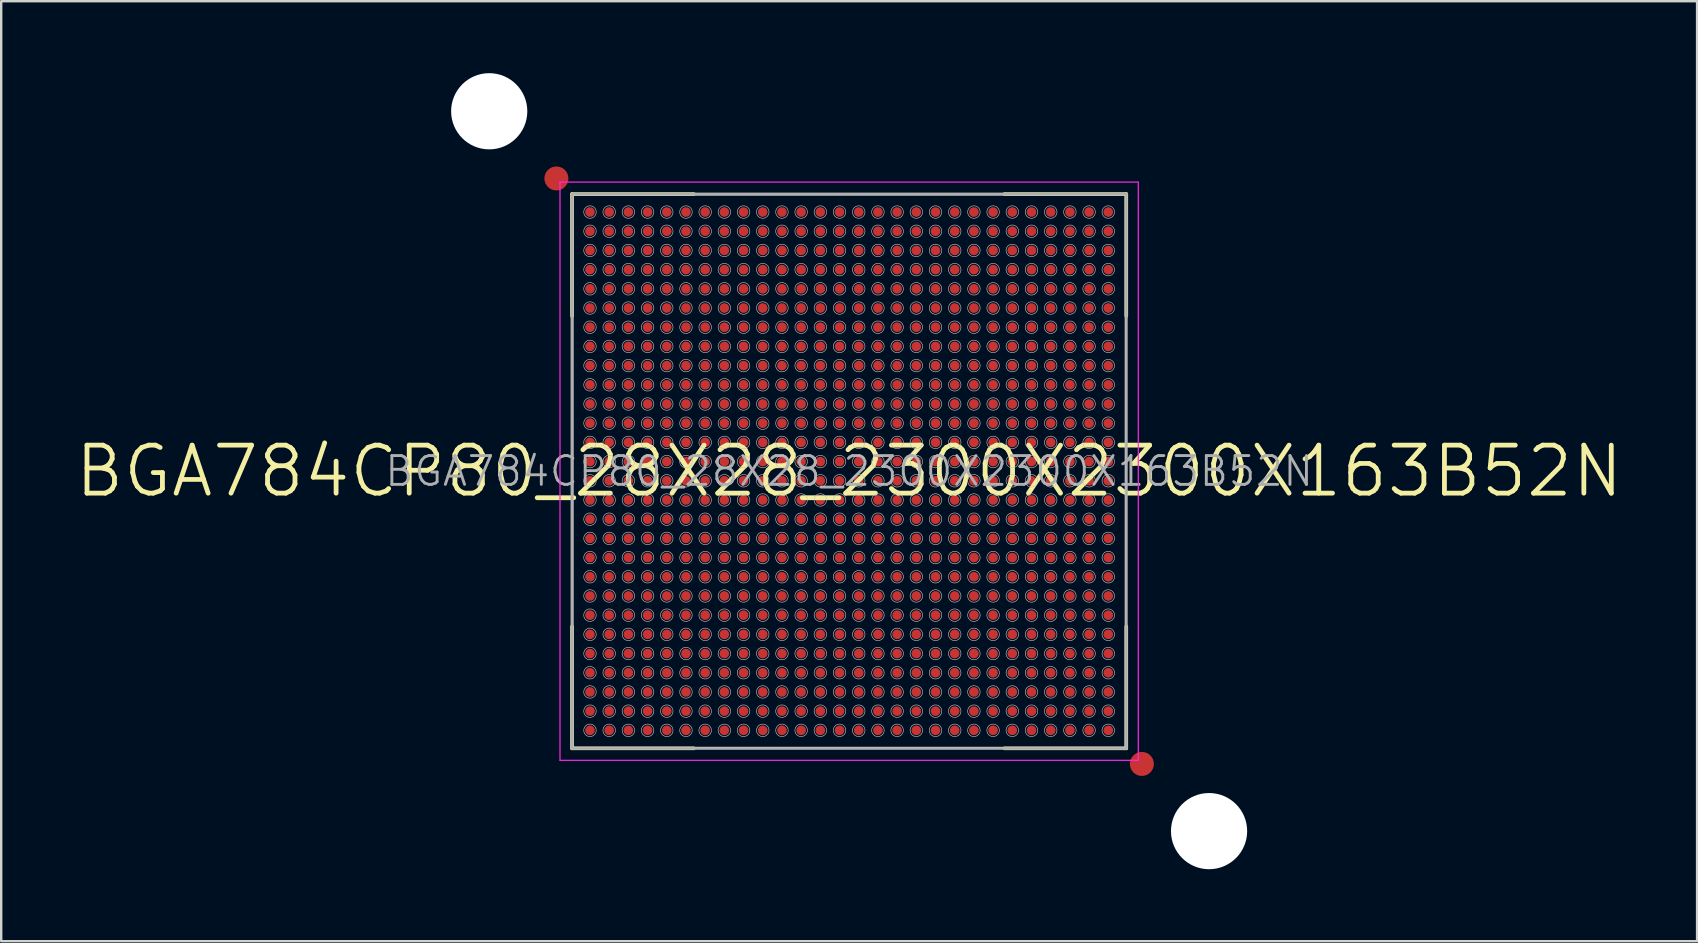
<source format=kicad_pcb>
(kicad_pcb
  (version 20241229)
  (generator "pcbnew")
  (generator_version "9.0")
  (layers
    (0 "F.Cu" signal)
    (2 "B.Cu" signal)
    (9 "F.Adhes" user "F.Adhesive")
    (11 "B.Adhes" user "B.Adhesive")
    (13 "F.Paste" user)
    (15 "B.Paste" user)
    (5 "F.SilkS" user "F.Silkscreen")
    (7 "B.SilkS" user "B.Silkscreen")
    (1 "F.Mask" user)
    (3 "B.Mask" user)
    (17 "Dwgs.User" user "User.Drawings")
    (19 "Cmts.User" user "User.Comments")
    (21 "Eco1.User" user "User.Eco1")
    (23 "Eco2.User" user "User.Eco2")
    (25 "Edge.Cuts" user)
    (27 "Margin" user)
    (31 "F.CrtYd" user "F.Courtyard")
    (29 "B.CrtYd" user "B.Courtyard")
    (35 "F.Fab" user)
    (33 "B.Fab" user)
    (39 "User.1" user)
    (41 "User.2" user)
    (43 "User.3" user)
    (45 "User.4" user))
  (footprint "BGA784CP80_28X28_2300X2300X163B52N"
    (layer "F.Cu")
    (at 32.338 16.587)
    (property "Reference" "BGA784CP80_28X28_2300X2300X163B52N" (at 0 0 0) (layer "F.Fab") (effects (font (size 1.2 1.2) (thickness 0.12))))
    (attr smd)
    (fp_line (start -11.55 -11.55) (end -11.55 -6.47) (stroke (width 0.15) (type solid)) (layer "F.SilkS"))
    (fp_line (start -11.55 11.55) (end -11.55 6.47) (stroke (width 0.15) (type solid)) (layer "F.SilkS"))
    (fp_line (start -6.47 -11.55) (end -11.55 -11.55) (stroke (width 0.15) (type solid)) (layer "F.SilkS"))
    (fp_line (start -6.47 11.55) (end -11.55 11.55) (stroke (width 0.15) (type solid)) (layer "F.SilkS"))
    (fp_line (start 6.47 -11.55) (end 11.55 -11.55) (stroke (width 0.15) (type solid)) (layer "F.SilkS"))
    (fp_line (start 6.47 11.55) (end 11.55 11.55) (stroke (width 0.15) (type solid)) (layer "F.SilkS"))
    (fp_line (start 11.55 -11.55) (end 11.55 -6.47) (stroke (width 0.15) (type solid)) (layer "F.SilkS"))
    (fp_line (start 11.55 11.55) (end 11.55 6.47) (stroke (width 0.15) (type solid)) (layer "F.SilkS"))
    (fp_line (start -11.5 -11.5) (end 11.5 -11.5) (stroke (width 0.025) (type solid)) (layer "Dwgs.User"))
    (fp_line (start -11.5 11.5) (end -11.5 -11.5) (stroke (width 0.025) (type solid)) (layer "Dwgs.User"))
    (fp_line (start 11.5 -11.5) (end 11.5 11.5) (stroke (width 0.025) (type solid)) (layer "Dwgs.User"))
    (fp_line (start 11.5 11.5) (end -11.5 11.5) (stroke (width 0.025) (type solid)) (layer "Dwgs.User"))
    (fp_circle (center -10.8 -10.8) (end -10.8 -10.54) (stroke (width 0.025) (type solid)) (fill no) (layer "Dwgs.User"))
    (fp_circle (center -10.8 -10) (end -10.8 -9.74) (stroke (width 0.025) (type solid)) (fill no) (layer "Dwgs.User"))
    (fp_circle (center -10.8 -9.2) (end -10.8 -8.94) (stroke (width 0.025) (type solid)) (fill no) (layer "Dwgs.User"))
    (fp_circle (center -10.8 -8.4) (end -10.8 -8.14) (stroke (width 0.025) (type solid)) (fill no) (layer "Dwgs.User"))
    (fp_circle (center -10.8 -7.6) (end -10.8 -7.34) (stroke (width 0.025) (type solid)) (fill no) (layer "Dwgs.User"))
    (fp_circle (center -10.8 -6.8) (end -10.8 -6.54) (stroke (width 0.025) (type solid)) (fill no) (layer "Dwgs.User"))
    (fp_circle (center -10.8 -6) (end -10.8 -5.74) (stroke (width 0.025) (type solid)) (fill no) (layer "Dwgs.User"))
    (fp_circle (center -10.8 -5.2) (end -10.8 -4.94) (stroke (width 0.025) (type solid)) (fill no) (layer "Dwgs.User"))
    (fp_circle (center -10.8 -4.4) (end -10.8 -4.14) (stroke (width 0.025) (type solid)) (fill no) (layer "Dwgs.User"))
    (fp_circle (center -10.8 -3.6) (end -10.8 -3.34) (stroke (width 0.025) (type solid)) (fill no) (layer "Dwgs.User"))
    (fp_circle (center -10.8 -2.8) (end -10.8 -2.54) (stroke (width 0.025) (type solid)) (fill no) (layer "Dwgs.User"))
    (fp_circle (center -10.8 -2) (end -10.8 -1.74) (stroke (width 0.025) (type solid)) (fill no) (layer "Dwgs.User"))
    (fp_circle (center -10.8 -1.2) (end -10.8 -0.94) (stroke (width 0.025) (type solid)) (fill no) (layer "Dwgs.User"))
    (fp_circle (center -10.8 -0.4) (end -10.8 -0.14) (stroke (width 0.025) (type solid)) (fill no) (layer "Dwgs.User"))
    (fp_circle (center -10.8 0.4) (end -10.8 0.66) (stroke (width 0.025) (type solid)) (fill no) (layer "Dwgs.User"))
    (fp_circle (center -10.8 1.2) (end -10.8 1.46) (stroke (width 0.025) (type solid)) (fill no) (layer "Dwgs.User"))
    (fp_circle (center -10.8 2) (end -10.8 2.26) (stroke (width 0.025) (type solid)) (fill no) (layer "Dwgs.User"))
    (fp_circle (center -10.8 2.8) (end -10.8 3.06) (stroke (width 0.025) (type solid)) (fill no) (layer "Dwgs.User"))
    (fp_circle (center -10.8 3.6) (end -10.8 3.86) (stroke (width 0.025) (type solid)) (fill no) (layer "Dwgs.User"))
    (fp_circle (center -10.8 4.4) (end -10.8 4.66) (stroke (width 0.025) (type solid)) (fill no) (layer "Dwgs.User"))
    (fp_circle (center -10.8 5.2) (end -10.8 5.46) (stroke (width 0.025) (type solid)) (fill no) (layer "Dwgs.User"))
    (fp_circle (center -10.8 6) (end -10.8 6.26) (stroke (width 0.025) (type solid)) (fill no) (layer "Dwgs.User"))
    (fp_circle (center -10.8 6.8) (end -10.8 7.06) (stroke (width 0.025) (type solid)) (fill no) (layer "Dwgs.User"))
    (fp_circle (center -10.8 7.6) (end -10.8 7.86) (stroke (width 0.025) (type solid)) (fill no) (layer "Dwgs.User"))
    (fp_circle (center -10.8 8.4) (end -10.8 8.66) (stroke (width 0.025) (type solid)) (fill no) (layer "Dwgs.User"))
    (fp_circle (center -10.8 9.2) (end -10.8 9.46) (stroke (width 0.025) (type solid)) (fill no) (layer "Dwgs.User"))
    (fp_circle (center -10.8 10) (end -10.8 10.26) (stroke (width 0.025) (type solid)) (fill no) (layer "Dwgs.User"))
    (fp_circle (center -10.8 10.8) (end -10.8 11.06) (stroke (width 0.025) (type solid)) (fill no) (layer "Dwgs.User"))
    (fp_circle (center -10 -10.8) (end -10 -10.54) (stroke (width 0.025) (type solid)) (fill no) (layer "Dwgs.User"))
    (fp_circle (center -10 -10) (end -10 -9.74) (stroke (width 0.025) (type solid)) (fill no) (layer "Dwgs.User"))
    (fp_circle (center -10 -9.2) (end -10 -8.94) (stroke (width 0.025) (type solid)) (fill no) (layer "Dwgs.User"))
    (fp_circle (center -10 -8.4) (end -10 -8.14) (stroke (width 0.025) (type solid)) (fill no) (layer "Dwgs.User"))
    (fp_circle (center -10 -7.6) (end -10 -7.34) (stroke (width 0.025) (type solid)) (fill no) (layer "Dwgs.User"))
    (fp_circle (center -10 -6.8) (end -10 -6.54) (stroke (width 0.025) (type solid)) (fill no) (layer "Dwgs.User"))
    (fp_circle (center -10 -6) (end -10 -5.74) (stroke (width 0.025) (type solid)) (fill no) (layer "Dwgs.User"))
    (fp_circle (center -10 -5.2) (end -10 -4.94) (stroke (width 0.025) (type solid)) (fill no) (layer "Dwgs.User"))
    (fp_circle (center -10 -4.4) (end -10 -4.14) (stroke (width 0.025) (type solid)) (fill no) (layer "Dwgs.User"))
    (fp_circle (center -10 -3.6) (end -10 -3.34) (stroke (width 0.025) (type solid)) (fill no) (layer "Dwgs.User"))
    (fp_circle (center -10 -2.8) (end -10 -2.54) (stroke (width 0.025) (type solid)) (fill no) (layer "Dwgs.User"))
    (fp_circle (center -10 -2) (end -10 -1.74) (stroke (width 0.025) (type solid)) (fill no) (layer "Dwgs.User"))
    (fp_circle (center -10 -1.2) (end -10 -0.94) (stroke (width 0.025) (type solid)) (fill no) (layer "Dwgs.User"))
    (fp_circle (center -10 -0.4) (end -10 -0.14) (stroke (width 0.025) (type solid)) (fill no) (layer "Dwgs.User"))
    (fp_circle (center -10 0.4) (end -10 0.66) (stroke (width 0.025) (type solid)) (fill no) (layer "Dwgs.User"))
    (fp_circle (center -10 1.2) (end -10 1.46) (stroke (width 0.025) (type solid)) (fill no) (layer "Dwgs.User"))
    (fp_circle (center -10 2) (end -10 2.26) (stroke (width 0.025) (type solid)) (fill no) (layer "Dwgs.User"))
    (fp_circle (center -10 2.8) (end -10 3.06) (stroke (width 0.025) (type solid)) (fill no) (layer "Dwgs.User"))
    (fp_circle (center -10 3.6) (end -10 3.86) (stroke (width 0.025) (type solid)) (fill no) (layer "Dwgs.User"))
    (fp_circle (center -10 4.4) (end -10 4.66) (stroke (width 0.025) (type solid)) (fill no) (layer "Dwgs.User"))
    (fp_circle (center -10 5.2) (end -10 5.46) (stroke (width 0.025) (type solid)) (fill no) (layer "Dwgs.User"))
    (fp_circle (center -10 6) (end -10 6.26) (stroke (width 0.025) (type solid)) (fill no) (layer "Dwgs.User"))
    (fp_circle (center -10 6.8) (end -10 7.06) (stroke (width 0.025) (type solid)) (fill no) (layer "Dwgs.User"))
    (fp_circle (center -10 7.6) (end -10 7.86) (stroke (width 0.025) (type solid)) (fill no) (layer "Dwgs.User"))
    (fp_circle (center -10 8.4) (end -10 8.66) (stroke (width 0.025) (type solid)) (fill no) (layer "Dwgs.User"))
    (fp_circle (center -10 9.2) (end -10 9.46) (stroke (width 0.025) (type solid)) (fill no) (layer "Dwgs.User"))
    (fp_circle (center -10 10) (end -10 10.26) (stroke (width 0.025) (type solid)) (fill no) (layer "Dwgs.User"))
    (fp_circle (center -10 10.8) (end -10 11.06) (stroke (width 0.025) (type solid)) (fill no) (layer "Dwgs.User"))
    (fp_circle (center -9.2 -10.8) (end -9.2 -10.54) (stroke (width 0.025) (type solid)) (fill no) (layer "Dwgs.User"))
    (fp_circle (center -9.2 -10) (end -9.2 -9.74) (stroke (width 0.025) (type solid)) (fill no) (layer "Dwgs.User"))
    (fp_circle (center -9.2 -9.2) (end -9.2 -8.94) (stroke (width 0.025) (type solid)) (fill no) (layer "Dwgs.User"))
    (fp_circle (center -9.2 -8.4) (end -9.2 -8.14) (stroke (width 0.025) (type solid)) (fill no) (layer "Dwgs.User"))
    (fp_circle (center -9.2 -7.6) (end -9.2 -7.34) (stroke (width 0.025) (type solid)) (fill no) (layer "Dwgs.User"))
    (fp_circle (center -9.2 -6.8) (end -9.2 -6.54) (stroke (width 0.025) (type solid)) (fill no) (layer "Dwgs.User"))
    (fp_circle (center -9.2 -6) (end -9.2 -5.74) (stroke (width 0.025) (type solid)) (fill no) (layer "Dwgs.User"))
    (fp_circle (center -9.2 -5.2) (end -9.2 -4.94) (stroke (width 0.025) (type solid)) (fill no) (layer "Dwgs.User"))
    (fp_circle (center -9.2 -4.4) (end -9.2 -4.14) (stroke (width 0.025) (type solid)) (fill no) (layer "Dwgs.User"))
    (fp_circle (center -9.2 -3.6) (end -9.2 -3.34) (stroke (width 0.025) (type solid)) (fill no) (layer "Dwgs.User"))
    (fp_circle (center -9.2 -2.8) (end -9.2 -2.54) (stroke (width 0.025) (type solid)) (fill no) (layer "Dwgs.User"))
    (fp_circle (center -9.2 -2) (end -9.2 -1.74) (stroke (width 0.025) (type solid)) (fill no) (layer "Dwgs.User"))
    (fp_circle (center -9.2 -1.2) (end -9.2 -0.94) (stroke (width 0.025) (type solid)) (fill no) (layer "Dwgs.User"))
    (fp_circle (center -9.2 -0.4) (end -9.2 -0.14) (stroke (width 0.025) (type solid)) (fill no) (layer "Dwgs.User"))
    (fp_circle (center -9.2 0.4) (end -9.2 0.66) (stroke (width 0.025) (type solid)) (fill no) (layer "Dwgs.User"))
    (fp_circle (center -9.2 1.2) (end -9.2 1.46) (stroke (width 0.025) (type solid)) (fill no) (layer "Dwgs.User"))
    (fp_circle (center -9.2 2) (end -9.2 2.26) (stroke (width 0.025) (type solid)) (fill no) (layer "Dwgs.User"))
    (fp_circle (center -9.2 2.8) (end -9.2 3.06) (stroke (width 0.025) (type solid)) (fill no) (layer "Dwgs.User"))
    (fp_circle (center -9.2 3.6) (end -9.2 3.86) (stroke (width 0.025) (type solid)) (fill no) (layer "Dwgs.User"))
    (fp_circle (center -9.2 4.4) (end -9.2 4.66) (stroke (width 0.025) (type solid)) (fill no) (layer "Dwgs.User"))
    (fp_circle (center -9.2 5.2) (end -9.2 5.46) (stroke (width 0.025) (type solid)) (fill no) (layer "Dwgs.User"))
    (fp_circle (center -9.2 6) (end -9.2 6.26) (stroke (width 0.025) (type solid)) (fill no) (layer "Dwgs.User"))
    (fp_circle (center -9.2 6.8) (end -9.2 7.06) (stroke (width 0.025) (type solid)) (fill no) (layer "Dwgs.User"))
    (fp_circle (center -9.2 7.6) (end -9.2 7.86) (stroke (width 0.025) (type solid)) (fill no) (layer "Dwgs.User"))
    (fp_circle (center -9.2 8.4) (end -9.2 8.66) (stroke (width 0.025) (type solid)) (fill no) (layer "Dwgs.User"))
    (fp_circle (center -9.2 9.2) (end -9.2 9.46) (stroke (width 0.025) (type solid)) (fill no) (layer "Dwgs.User"))
    (fp_circle (center -9.2 10) (end -9.2 10.26) (stroke (width 0.025) (type solid)) (fill no) (layer "Dwgs.User"))
    (fp_circle (center -9.2 10.8) (end -9.2 11.06) (stroke (width 0.025) (type solid)) (fill no) (layer "Dwgs.User"))
    (fp_circle (center -8.4 -10.8) (end -8.4 -10.54) (stroke (width 0.025) (type solid)) (fill no) (layer "Dwgs.User"))
    (fp_circle (center -8.4 -10) (end -8.4 -9.74) (stroke (width 0.025) (type solid)) (fill no) (layer "Dwgs.User"))
    (fp_circle (center -8.4 -9.2) (end -8.4 -8.94) (stroke (width 0.025) (type solid)) (fill no) (layer "Dwgs.User"))
    (fp_circle (center -8.4 -8.4) (end -8.4 -8.14) (stroke (width 0.025) (type solid)) (fill no) (layer "Dwgs.User"))
    (fp_circle (center -8.4 -7.6) (end -8.4 -7.34) (stroke (width 0.025) (type solid)) (fill no) (layer "Dwgs.User"))
    (fp_circle (center -8.4 -6.8) (end -8.4 -6.54) (stroke (width 0.025) (type solid)) (fill no) (layer "Dwgs.User"))
    (fp_circle (center -8.4 -6) (end -8.4 -5.74) (stroke (width 0.025) (type solid)) (fill no) (layer "Dwgs.User"))
    (fp_circle (center -8.4 -5.2) (end -8.4 -4.94) (stroke (width 0.025) (type solid)) (fill no) (layer "Dwgs.User"))
    (fp_circle (center -8.4 -4.4) (end -8.4 -4.14) (stroke (width 0.025) (type solid)) (fill no) (layer "Dwgs.User"))
    (fp_circle (center -8.4 -3.6) (end -8.4 -3.34) (stroke (width 0.025) (type solid)) (fill no) (layer "Dwgs.User"))
    (fp_circle (center -8.4 -2.8) (end -8.4 -2.54) (stroke (width 0.025) (type solid)) (fill no) (layer "Dwgs.User"))
    (fp_circle (center -8.4 -2) (end -8.4 -1.74) (stroke (width 0.025) (type solid)) (fill no) (layer "Dwgs.User"))
    (fp_circle (center -8.4 -1.2) (end -8.4 -0.94) (stroke (width 0.025) (type solid)) (fill no) (layer "Dwgs.User"))
    (fp_circle (center -8.4 -0.4) (end -8.4 -0.14) (stroke (width 0.025) (type solid)) (fill no) (layer "Dwgs.User"))
    (fp_circle (center -8.4 0.4) (end -8.4 0.66) (stroke (width 0.025) (type solid)) (fill no) (layer "Dwgs.User"))
    (fp_circle (center -8.4 1.2) (end -8.4 1.46) (stroke (width 0.025) (type solid)) (fill no) (layer "Dwgs.User"))
    (fp_circle (center -8.4 2) (end -8.4 2.26) (stroke (width 0.025) (type solid)) (fill no) (layer "Dwgs.User"))
    (fp_circle (center -8.4 2.8) (end -8.4 3.06) (stroke (width 0.025) (type solid)) (fill no) (layer "Dwgs.User"))
    (fp_circle (center -8.4 3.6) (end -8.4 3.86) (stroke (width 0.025) (type solid)) (fill no) (layer "Dwgs.User"))
    (fp_circle (center -8.4 4.4) (end -8.4 4.66) (stroke (width 0.025) (type solid)) (fill no) (layer "Dwgs.User"))
    (fp_circle (center -8.4 5.2) (end -8.4 5.46) (stroke (width 0.025) (type solid)) (fill no) (layer "Dwgs.User"))
    (fp_circle (center -8.4 6) (end -8.4 6.26) (stroke (width 0.025) (type solid)) (fill no) (layer "Dwgs.User"))
    (fp_circle (center -8.4 6.8) (end -8.4 7.06) (stroke (width 0.025) (type solid)) (fill no) (layer "Dwgs.User"))
    (fp_circle (center -8.4 7.6) (end -8.4 7.86) (stroke (width 0.025) (type solid)) (fill no) (layer "Dwgs.User"))
    (fp_circle (center -8.4 8.4) (end -8.4 8.66) (stroke (width 0.025) (type solid)) (fill no) (layer "Dwgs.User"))
    (fp_circle (center -8.4 9.2) (end -8.4 9.46) (stroke (width 0.025) (type solid)) (fill no) (layer "Dwgs.User"))
    (fp_circle (center -8.4 10) (end -8.4 10.26) (stroke (width 0.025) (type solid)) (fill no) (layer "Dwgs.User"))
    (fp_circle (center -8.4 10.8) (end -8.4 11.06) (stroke (width 0.025) (type solid)) (fill no) (layer "Dwgs.User"))
    (fp_circle (center -7.6 -10.8) (end -7.6 -10.54) (stroke (width 0.025) (type solid)) (fill no) (layer "Dwgs.User"))
    (fp_circle (center -7.6 -10) (end -7.6 -9.74) (stroke (width 0.025) (type solid)) (fill no) (layer "Dwgs.User"))
    (fp_circle (center -7.6 -9.2) (end -7.6 -8.94) (stroke (width 0.025) (type solid)) (fill no) (layer "Dwgs.User"))
    (fp_circle (center -7.6 -8.4) (end -7.6 -8.14) (stroke (width 0.025) (type solid)) (fill no) (layer "Dwgs.User"))
    (fp_circle (center -7.6 -7.6) (end -7.6 -7.34) (stroke (width 0.025) (type solid)) (fill no) (layer "Dwgs.User"))
    (fp_circle (center -7.6 -6.8) (end -7.6 -6.54) (stroke (width 0.025) (type solid)) (fill no) (layer "Dwgs.User"))
    (fp_circle (center -7.6 -6) (end -7.6 -5.74) (stroke (width 0.025) (type solid)) (fill no) (layer "Dwgs.User"))
    (fp_circle (center -7.6 -5.2) (end -7.6 -4.94) (stroke (width 0.025) (type solid)) (fill no) (layer "Dwgs.User"))
    (fp_circle (center -7.6 -4.4) (end -7.6 -4.14) (stroke (width 0.025) (type solid)) (fill no) (layer "Dwgs.User"))
    (fp_circle (center -7.6 -3.6) (end -7.6 -3.34) (stroke (width 0.025) (type solid)) (fill no) (layer "Dwgs.User"))
    (fp_circle (center -7.6 -2.8) (end -7.6 -2.54) (stroke (width 0.025) (type solid)) (fill no) (layer "Dwgs.User"))
    (fp_circle (center -7.6 -2) (end -7.6 -1.74) (stroke (width 0.025) (type solid)) (fill no) (layer "Dwgs.User"))
    (fp_circle (center -7.6 -1.2) (end -7.6 -0.94) (stroke (width 0.025) (type solid)) (fill no) (layer "Dwgs.User"))
    (fp_circle (center -7.6 -0.4) (end -7.6 -0.14) (stroke (width 0.025) (type solid)) (fill no) (layer "Dwgs.User"))
    (fp_circle (center -7.6 0.4) (end -7.6 0.66) (stroke (width 0.025) (type solid)) (fill no) (layer "Dwgs.User"))
    (fp_circle (center -7.6 1.2) (end -7.6 1.46) (stroke (width 0.025) (type solid)) (fill no) (layer "Dwgs.User"))
    (fp_circle (center -7.6 2) (end -7.6 2.26) (stroke (width 0.025) (type solid)) (fill no) (layer "Dwgs.User"))
    (fp_circle (center -7.6 2.8) (end -7.6 3.06) (stroke (width 0.025) (type solid)) (fill no) (layer "Dwgs.User"))
    (fp_circle (center -7.6 3.6) (end -7.6 3.86) (stroke (width 0.025) (type solid)) (fill no) (layer "Dwgs.User"))
    (fp_circle (center -7.6 4.4) (end -7.6 4.66) (stroke (width 0.025) (type solid)) (fill no) (layer "Dwgs.User"))
    (fp_circle (center -7.6 5.2) (end -7.6 5.46) (stroke (width 0.025) (type solid)) (fill no) (layer "Dwgs.User"))
    (fp_circle (center -7.6 6) (end -7.6 6.26) (stroke (width 0.025) (type solid)) (fill no) (layer "Dwgs.User"))
    (fp_circle (center -7.6 6.8) (end -7.6 7.06) (stroke (width 0.025) (type solid)) (fill no) (layer "Dwgs.User"))
    (fp_circle (center -7.6 7.6) (end -7.6 7.86) (stroke (width 0.025) (type solid)) (fill no) (layer "Dwgs.User"))
    (fp_circle (center -7.6 8.4) (end -7.6 8.66) (stroke (width 0.025) (type solid)) (fill no) (layer "Dwgs.User"))
    (fp_circle (center -7.6 9.2) (end -7.6 9.46) (stroke (width 0.025) (type solid)) (fill no) (layer "Dwgs.User"))
    (fp_circle (center -7.6 10) (end -7.6 10.26) (stroke (width 0.025) (type solid)) (fill no) (layer "Dwgs.User"))
    (fp_circle (center -7.6 10.8) (end -7.6 11.06) (stroke (width 0.025) (type solid)) (fill no) (layer "Dwgs.User"))
    (fp_circle (center -6.8 -10.8) (end -6.8 -10.54) (stroke (width 0.025) (type solid)) (fill no) (layer "Dwgs.User"))
    (fp_circle (center -6.8 -10) (end -6.8 -9.74) (stroke (width 0.025) (type solid)) (fill no) (layer "Dwgs.User"))
    (fp_circle (center -6.8 -9.2) (end -6.8 -8.94) (stroke (width 0.025) (type solid)) (fill no) (layer "Dwgs.User"))
    (fp_circle (center -6.8 -8.4) (end -6.8 -8.14) (stroke (width 0.025) (type solid)) (fill no) (layer "Dwgs.User"))
    (fp_circle (center -6.8 -7.6) (end -6.8 -7.34) (stroke (width 0.025) (type solid)) (fill no) (layer "Dwgs.User"))
    (fp_circle (center -6.8 -6.8) (end -6.8 -6.54) (stroke (width 0.025) (type solid)) (fill no) (layer "Dwgs.User"))
    (fp_circle (center -6.8 -6) (end -6.8 -5.74) (stroke (width 0.025) (type solid)) (fill no) (layer "Dwgs.User"))
    (fp_circle (center -6.8 -5.2) (end -6.8 -4.94) (stroke (width 0.025) (type solid)) (fill no) (layer "Dwgs.User"))
    (fp_circle (center -6.8 -4.4) (end -6.8 -4.14) (stroke (width 0.025) (type solid)) (fill no) (layer "Dwgs.User"))
    (fp_circle (center -6.8 -3.6) (end -6.8 -3.34) (stroke (width 0.025) (type solid)) (fill no) (layer "Dwgs.User"))
    (fp_circle (center -6.8 -2.8) (end -6.8 -2.54) (stroke (width 0.025) (type solid)) (fill no) (layer "Dwgs.User"))
    (fp_circle (center -6.8 -2) (end -6.8 -1.74) (stroke (width 0.025) (type solid)) (fill no) (layer "Dwgs.User"))
    (fp_circle (center -6.8 -1.2) (end -6.8 -0.94) (stroke (width 0.025) (type solid)) (fill no) (layer "Dwgs.User"))
    (fp_circle (center -6.8 -0.4) (end -6.8 -0.14) (stroke (width 0.025) (type solid)) (fill no) (layer "Dwgs.User"))
    (fp_circle (center -6.8 0.4) (end -6.8 0.66) (stroke (width 0.025) (type solid)) (fill no) (layer "Dwgs.User"))
    (fp_circle (center -6.8 1.2) (end -6.8 1.46) (stroke (width 0.025) (type solid)) (fill no) (layer "Dwgs.User"))
    (fp_circle (center -6.8 2) (end -6.8 2.26) (stroke (width 0.025) (type solid)) (fill no) (layer "Dwgs.User"))
    (fp_circle (center -6.8 2.8) (end -6.8 3.06) (stroke (width 0.025) (type solid)) (fill no) (layer "Dwgs.User"))
    (fp_circle (center -6.8 3.6) (end -6.8 3.86) (stroke (width 0.025) (type solid)) (fill no) (layer "Dwgs.User"))
    (fp_circle (center -6.8 4.4) (end -6.8 4.66) (stroke (width 0.025) (type solid)) (fill no) (layer "Dwgs.User"))
    (fp_circle (center -6.8 5.2) (end -6.8 5.46) (stroke (width 0.025) (type solid)) (fill no) (layer "Dwgs.User"))
    (fp_circle (center -6.8 6) (end -6.8 6.26) (stroke (width 0.025) (type solid)) (fill no) (layer "Dwgs.User"))
    (fp_circle (center -6.8 6.8) (end -6.8 7.06) (stroke (width 0.025) (type solid)) (fill no) (layer "Dwgs.User"))
    (fp_circle (center -6.8 7.6) (end -6.8 7.86) (stroke (width 0.025) (type solid)) (fill no) (layer "Dwgs.User"))
    (fp_circle (center -6.8 8.4) (end -6.8 8.66) (stroke (width 0.025) (type solid)) (fill no) (layer "Dwgs.User"))
    (fp_circle (center -6.8 9.2) (end -6.8 9.46) (stroke (width 0.025) (type solid)) (fill no) (layer "Dwgs.User"))
    (fp_circle (center -6.8 10) (end -6.8 10.26) (stroke (width 0.025) (type solid)) (fill no) (layer "Dwgs.User"))
    (fp_circle (center -6.8 10.8) (end -6.8 11.06) (stroke (width 0.025) (type solid)) (fill no) (layer "Dwgs.User"))
    (fp_circle (center -6 -10.8) (end -6 -10.54) (stroke (width 0.025) (type solid)) (fill no) (layer "Dwgs.User"))
    (fp_circle (center -6 -10) (end -6 -9.74) (stroke (width 0.025) (type solid)) (fill no) (layer "Dwgs.User"))
    (fp_circle (center -6 -9.2) (end -6 -8.94) (stroke (width 0.025) (type solid)) (fill no) (layer "Dwgs.User"))
    (fp_circle (center -6 -8.4) (end -6 -8.14) (stroke (width 0.025) (type solid)) (fill no) (layer "Dwgs.User"))
    (fp_circle (center -6 -7.6) (end -6 -7.34) (stroke (width 0.025) (type solid)) (fill no) (layer "Dwgs.User"))
    (fp_circle (center -6 -6.8) (end -6 -6.54) (stroke (width 0.025) (type solid)) (fill no) (layer "Dwgs.User"))
    (fp_circle (center -6 -6) (end -6 -5.74) (stroke (width 0.025) (type solid)) (fill no) (layer "Dwgs.User"))
    (fp_circle (center -6 -5.2) (end -6 -4.94) (stroke (width 0.025) (type solid)) (fill no) (layer "Dwgs.User"))
    (fp_circle (center -6 -4.4) (end -6 -4.14) (stroke (width 0.025) (type solid)) (fill no) (layer "Dwgs.User"))
    (fp_circle (center -6 -3.6) (end -6 -3.34) (stroke (width 0.025) (type solid)) (fill no) (layer "Dwgs.User"))
    (fp_circle (center -6 -2.8) (end -6 -2.54) (stroke (width 0.025) (type solid)) (fill no) (layer "Dwgs.User"))
    (fp_circle (center -6 -2) (end -6 -1.74) (stroke (width 0.025) (type solid)) (fill no) (layer "Dwgs.User"))
    (fp_circle (center -6 -1.2) (end -6 -0.94) (stroke (width 0.025) (type solid)) (fill no) (layer "Dwgs.User"))
    (fp_circle (center -6 -0.4) (end -6 -0.14) (stroke (width 0.025) (type solid)) (fill no) (layer "Dwgs.User"))
    (fp_circle (center -6 0.4) (end -6 0.66) (stroke (width 0.025) (type solid)) (fill no) (layer "Dwgs.User"))
    (fp_circle (center -6 1.2) (end -6 1.46) (stroke (width 0.025) (type solid)) (fill no) (layer "Dwgs.User"))
    (fp_circle (center -6 2) (end -6 2.26) (stroke (width 0.025) (type solid)) (fill no) (layer "Dwgs.User"))
    (fp_circle (center -6 2.8) (end -6 3.06) (stroke (width 0.025) (type solid)) (fill no) (layer "Dwgs.User"))
    (fp_circle (center -6 3.6) (end -6 3.86) (stroke (width 0.025) (type solid)) (fill no) (layer "Dwgs.User"))
    (fp_circle (center -6 4.4) (end -6 4.66) (stroke (width 0.025) (type solid)) (fill no) (layer "Dwgs.User"))
    (fp_circle (center -6 5.2) (end -6 5.46) (stroke (width 0.025) (type solid)) (fill no) (layer "Dwgs.User"))
    (fp_circle (center -6 6) (end -6 6.26) (stroke (width 0.025) (type solid)) (fill no) (layer "Dwgs.User"))
    (fp_circle (center -6 6.8) (end -6 7.06) (stroke (width 0.025) (type solid)) (fill no) (layer "Dwgs.User"))
    (fp_circle (center -6 7.6) (end -6 7.86) (stroke (width 0.025) (type solid)) (fill no) (layer "Dwgs.User"))
    (fp_circle (center -6 8.4) (end -6 8.66) (stroke (width 0.025) (type solid)) (fill no) (layer "Dwgs.User"))
    (fp_circle (center -6 9.2) (end -6 9.46) (stroke (width 0.025) (type solid)) (fill no) (layer "Dwgs.User"))
    (fp_circle (center -6 10) (end -6 10.26) (stroke (width 0.025) (type solid)) (fill no) (layer "Dwgs.User"))
    (fp_circle (center -6 10.8) (end -6 11.06) (stroke (width 0.025) (type solid)) (fill no) (layer "Dwgs.User"))
    (fp_circle (center -5.2 -10.8) (end -5.2 -10.54) (stroke (width 0.025) (type solid)) (fill no) (layer "Dwgs.User"))
    (fp_circle (center -5.2 -10) (end -5.2 -9.74) (stroke (width 0.025) (type solid)) (fill no) (layer "Dwgs.User"))
    (fp_circle (center -5.2 -9.2) (end -5.2 -8.94) (stroke (width 0.025) (type solid)) (fill no) (layer "Dwgs.User"))
    (fp_circle (center -5.2 -8.4) (end -5.2 -8.14) (stroke (width 0.025) (type solid)) (fill no) (layer "Dwgs.User"))
    (fp_circle (center -5.2 -7.6) (end -5.2 -7.34) (stroke (width 0.025) (type solid)) (fill no) (layer "Dwgs.User"))
    (fp_circle (center -5.2 -6.8) (end -5.2 -6.54) (stroke (width 0.025) (type solid)) (fill no) (layer "Dwgs.User"))
    (fp_circle (center -5.2 -6) (end -5.2 -5.74) (stroke (width 0.025) (type solid)) (fill no) (layer "Dwgs.User"))
    (fp_circle (center -5.2 -5.2) (end -5.2 -4.94) (stroke (width 0.025) (type solid)) (fill no) (layer "Dwgs.User"))
    (fp_circle (center -5.2 -4.4) (end -5.2 -4.14) (stroke (width 0.025) (type solid)) (fill no) (layer "Dwgs.User"))
    (fp_circle (center -5.2 -3.6) (end -5.2 -3.34) (stroke (width 0.025) (type solid)) (fill no) (layer "Dwgs.User"))
    (fp_circle (center -5.2 -2.8) (end -5.2 -2.54) (stroke (width 0.025) (type solid)) (fill no) (layer "Dwgs.User"))
    (fp_circle (center -5.2 -2) (end -5.2 -1.74) (stroke (width 0.025) (type solid)) (fill no) (layer "Dwgs.User"))
    (fp_circle (center -5.2 -1.2) (end -5.2 -0.94) (stroke (width 0.025) (type solid)) (fill no) (layer "Dwgs.User"))
    (fp_circle (center -5.2 -0.4) (end -5.2 -0.14) (stroke (width 0.025) (type solid)) (fill no) (layer "Dwgs.User"))
    (fp_circle (center -5.2 0.4) (end -5.2 0.66) (stroke (width 0.025) (type solid)) (fill no) (layer "Dwgs.User"))
    (fp_circle (center -5.2 1.2) (end -5.2 1.46) (stroke (width 0.025) (type solid)) (fill no) (layer "Dwgs.User"))
    (fp_circle (center -5.2 2) (end -5.2 2.26) (stroke (width 0.025) (type solid)) (fill no) (layer "Dwgs.User"))
    (fp_circle (center -5.2 2.8) (end -5.2 3.06) (stroke (width 0.025) (type solid)) (fill no) (layer "Dwgs.User"))
    (fp_circle (center -5.2 3.6) (end -5.2 3.86) (stroke (width 0.025) (type solid)) (fill no) (layer "Dwgs.User"))
    (fp_circle (center -5.2 4.4) (end -5.2 4.66) (stroke (width 0.025) (type solid)) (fill no) (layer "Dwgs.User"))
    (fp_circle (center -5.2 5.2) (end -5.2 5.46) (stroke (width 0.025) (type solid)) (fill no) (layer "Dwgs.User"))
    (fp_circle (center -5.2 6) (end -5.2 6.26) (stroke (width 0.025) (type solid)) (fill no) (layer "Dwgs.User"))
    (fp_circle (center -5.2 6.8) (end -5.2 7.06) (stroke (width 0.025) (type solid)) (fill no) (layer "Dwgs.User"))
    (fp_circle (center -5.2 7.6) (end -5.2 7.86) (stroke (width 0.025) (type solid)) (fill no) (layer "Dwgs.User"))
    (fp_circle (center -5.2 8.4) (end -5.2 8.66) (stroke (width 0.025) (type solid)) (fill no) (layer "Dwgs.User"))
    (fp_circle (center -5.2 9.2) (end -5.2 9.46) (stroke (width 0.025) (type solid)) (fill no) (layer "Dwgs.User"))
    (fp_circle (center -5.2 10) (end -5.2 10.26) (stroke (width 0.025) (type solid)) (fill no) (layer "Dwgs.User"))
    (fp_circle (center -5.2 10.8) (end -5.2 11.06) (stroke (width 0.025) (type solid)) (fill no) (layer "Dwgs.User"))
    (fp_circle (center -4.4 -10.8) (end -4.4 -10.54) (stroke (width 0.025) (type solid)) (fill no) (layer "Dwgs.User"))
    (fp_circle (center -4.4 -10) (end -4.4 -9.74) (stroke (width 0.025) (type solid)) (fill no) (layer "Dwgs.User"))
    (fp_circle (center -4.4 -9.2) (end -4.4 -8.94) (stroke (width 0.025) (type solid)) (fill no) (layer "Dwgs.User"))
    (fp_circle (center -4.4 -8.4) (end -4.4 -8.14) (stroke (width 0.025) (type solid)) (fill no) (layer "Dwgs.User"))
    (fp_circle (center -4.4 -7.6) (end -4.4 -7.34) (stroke (width 0.025) (type solid)) (fill no) (layer "Dwgs.User"))
    (fp_circle (center -4.4 -6.8) (end -4.4 -6.54) (stroke (width 0.025) (type solid)) (fill no) (layer "Dwgs.User"))
    (fp_circle (center -4.4 -6) (end -4.4 -5.74) (stroke (width 0.025) (type solid)) (fill no) (layer "Dwgs.User"))
    (fp_circle (center -4.4 -5.2) (end -4.4 -4.94) (stroke (width 0.025) (type solid)) (fill no) (layer "Dwgs.User"))
    (fp_circle (center -4.4 -4.4) (end -4.4 -4.14) (stroke (width 0.025) (type solid)) (fill no) (layer "Dwgs.User"))
    (fp_circle (center -4.4 -3.6) (end -4.4 -3.34) (stroke (width 0.025) (type solid)) (fill no) (layer "Dwgs.User"))
    (fp_circle (center -4.4 -2.8) (end -4.4 -2.54) (stroke (width 0.025) (type solid)) (fill no) (layer "Dwgs.User"))
    (fp_circle (center -4.4 -2) (end -4.4 -1.74) (stroke (width 0.025) (type solid)) (fill no) (layer "Dwgs.User"))
    (fp_circle (center -4.4 -1.2) (end -4.4 -0.94) (stroke (width 0.025) (type solid)) (fill no) (layer "Dwgs.User"))
    (fp_circle (center -4.4 -0.4) (end -4.4 -0.14) (stroke (width 0.025) (type solid)) (fill no) (layer "Dwgs.User"))
    (fp_circle (center -4.4 0.4) (end -4.4 0.66) (stroke (width 0.025) (type solid)) (fill no) (layer "Dwgs.User"))
    (fp_circle (center -4.4 1.2) (end -4.4 1.46) (stroke (width 0.025) (type solid)) (fill no) (layer "Dwgs.User"))
    (fp_circle (center -4.4 2) (end -4.4 2.26) (stroke (width 0.025) (type solid)) (fill no) (layer "Dwgs.User"))
    (fp_circle (center -4.4 2.8) (end -4.4 3.06) (stroke (width 0.025) (type solid)) (fill no) (layer "Dwgs.User"))
    (fp_circle (center -4.4 3.6) (end -4.4 3.86) (stroke (width 0.025) (type solid)) (fill no) (layer "Dwgs.User"))
    (fp_circle (center -4.4 4.4) (end -4.4 4.66) (stroke (width 0.025) (type solid)) (fill no) (layer "Dwgs.User"))
    (fp_circle (center -4.4 5.2) (end -4.4 5.46) (stroke (width 0.025) (type solid)) (fill no) (layer "Dwgs.User"))
    (fp_circle (center -4.4 6) (end -4.4 6.26) (stroke (width 0.025) (type solid)) (fill no) (layer "Dwgs.User"))
    (fp_circle (center -4.4 6.8) (end -4.4 7.06) (stroke (width 0.025) (type solid)) (fill no) (layer "Dwgs.User"))
    (fp_circle (center -4.4 7.6) (end -4.4 7.86) (stroke (width 0.025) (type solid)) (fill no) (layer "Dwgs.User"))
    (fp_circle (center -4.4 8.4) (end -4.4 8.66) (stroke (width 0.025) (type solid)) (fill no) (layer "Dwgs.User"))
    (fp_circle (center -4.4 9.2) (end -4.4 9.46) (stroke (width 0.025) (type solid)) (fill no) (layer "Dwgs.User"))
    (fp_circle (center -4.4 10) (end -4.4 10.26) (stroke (width 0.025) (type solid)) (fill no) (layer "Dwgs.User"))
    (fp_circle (center -4.4 10.8) (end -4.4 11.06) (stroke (width 0.025) (type solid)) (fill no) (layer "Dwgs.User"))
    (fp_circle (center -3.6 -10.8) (end -3.6 -10.54) (stroke (width 0.025) (type solid)) (fill no) (layer "Dwgs.User"))
    (fp_circle (center -3.6 -10) (end -3.6 -9.74) (stroke (width 0.025) (type solid)) (fill no) (layer "Dwgs.User"))
    (fp_circle (center -3.6 -9.2) (end -3.6 -8.94) (stroke (width 0.025) (type solid)) (fill no) (layer "Dwgs.User"))
    (fp_circle (center -3.6 -8.4) (end -3.6 -8.14) (stroke (width 0.025) (type solid)) (fill no) (layer "Dwgs.User"))
    (fp_circle (center -3.6 -7.6) (end -3.6 -7.34) (stroke (width 0.025) (type solid)) (fill no) (layer "Dwgs.User"))
    (fp_circle (center -3.6 -6.8) (end -3.6 -6.54) (stroke (width 0.025) (type solid)) (fill no) (layer "Dwgs.User"))
    (fp_circle (center -3.6 -6) (end -3.6 -5.74) (stroke (width 0.025) (type solid)) (fill no) (layer "Dwgs.User"))
    (fp_circle (center -3.6 -5.2) (end -3.6 -4.94) (stroke (width 0.025) (type solid)) (fill no) (layer "Dwgs.User"))
    (fp_circle (center -3.6 -4.4) (end -3.6 -4.14) (stroke (width 0.025) (type solid)) (fill no) (layer "Dwgs.User"))
    (fp_circle (center -3.6 -3.6) (end -3.6 -3.34) (stroke (width 0.025) (type solid)) (fill no) (layer "Dwgs.User"))
    (fp_circle (center -3.6 -2.8) (end -3.6 -2.54) (stroke (width 0.025) (type solid)) (fill no) (layer "Dwgs.User"))
    (fp_circle (center -3.6 -2) (end -3.6 -1.74) (stroke (width 0.025) (type solid)) (fill no) (layer "Dwgs.User"))
    (fp_circle (center -3.6 -1.2) (end -3.6 -0.94) (stroke (width 0.025) (type solid)) (fill no) (layer "Dwgs.User"))
    (fp_circle (center -3.6 -0.4) (end -3.6 -0.14) (stroke (width 0.025) (type solid)) (fill no) (layer "Dwgs.User"))
    (fp_circle (center -3.6 0.4) (end -3.6 0.66) (stroke (width 0.025) (type solid)) (fill no) (layer "Dwgs.User"))
    (fp_circle (center -3.6 1.2) (end -3.6 1.46) (stroke (width 0.025) (type solid)) (fill no) (layer "Dwgs.User"))
    (fp_circle (center -3.6 2) (end -3.6 2.26) (stroke (width 0.025) (type solid)) (fill no) (layer "Dwgs.User"))
    (fp_circle (center -3.6 2.8) (end -3.6 3.06) (stroke (width 0.025) (type solid)) (fill no) (layer "Dwgs.User"))
    (fp_circle (center -3.6 3.6) (end -3.6 3.86) (stroke (width 0.025) (type solid)) (fill no) (layer "Dwgs.User"))
    (fp_circle (center -3.6 4.4) (end -3.6 4.66) (stroke (width 0.025) (type solid)) (fill no) (layer "Dwgs.User"))
    (fp_circle (center -3.6 5.2) (end -3.6 5.46) (stroke (width 0.025) (type solid)) (fill no) (layer "Dwgs.User"))
    (fp_circle (center -3.6 6) (end -3.6 6.26) (stroke (width 0.025) (type solid)) (fill no) (layer "Dwgs.User"))
    (fp_circle (center -3.6 6.8) (end -3.6 7.06) (stroke (width 0.025) (type solid)) (fill no) (layer "Dwgs.User"))
    (fp_circle (center -3.6 7.6) (end -3.6 7.86) (stroke (width 0.025) (type solid)) (fill no) (layer "Dwgs.User"))
    (fp_circle (center -3.6 8.4) (end -3.6 8.66) (stroke (width 0.025) (type solid)) (fill no) (layer "Dwgs.User"))
    (fp_circle (center -3.6 9.2) (end -3.6 9.46) (stroke (width 0.025) (type solid)) (fill no) (layer "Dwgs.User"))
    (fp_circle (center -3.6 10) (end -3.6 10.26) (stroke (width 0.025) (type solid)) (fill no) (layer "Dwgs.User"))
    (fp_circle (center -3.6 10.8) (end -3.6 11.06) (stroke (width 0.025) (type solid)) (fill no) (layer "Dwgs.User"))
    (fp_circle (center -2.8 -10.8) (end -2.8 -10.54) (stroke (width 0.025) (type solid)) (fill no) (layer "Dwgs.User"))
    (fp_circle (center -2.8 -10) (end -2.8 -9.74) (stroke (width 0.025) (type solid)) (fill no) (layer "Dwgs.User"))
    (fp_circle (center -2.8 -9.2) (end -2.8 -8.94) (stroke (width 0.025) (type solid)) (fill no) (layer "Dwgs.User"))
    (fp_circle (center -2.8 -8.4) (end -2.8 -8.14) (stroke (width 0.025) (type solid)) (fill no) (layer "Dwgs.User"))
    (fp_circle (center -2.8 -7.6) (end -2.8 -7.34) (stroke (width 0.025) (type solid)) (fill no) (layer "Dwgs.User"))
    (fp_circle (center -2.8 -6.8) (end -2.8 -6.54) (stroke (width 0.025) (type solid)) (fill no) (layer "Dwgs.User"))
    (fp_circle (center -2.8 -6) (end -2.8 -5.74) (stroke (width 0.025) (type solid)) (fill no) (layer "Dwgs.User"))
    (fp_circle (center -2.8 -5.2) (end -2.8 -4.94) (stroke (width 0.025) (type solid)) (fill no) (layer "Dwgs.User"))
    (fp_circle (center -2.8 -4.4) (end -2.8 -4.14) (stroke (width 0.025) (type solid)) (fill no) (layer "Dwgs.User"))
    (fp_circle (center -2.8 -3.6) (end -2.8 -3.34) (stroke (width 0.025) (type solid)) (fill no) (layer "Dwgs.User"))
    (fp_circle (center -2.8 -2.8) (end -2.8 -2.54) (stroke (width 0.025) (type solid)) (fill no) (layer "Dwgs.User"))
    (fp_circle (center -2.8 -2) (end -2.8 -1.74) (stroke (width 0.025) (type solid)) (fill no) (layer "Dwgs.User"))
    (fp_circle (center -2.8 -1.2) (end -2.8 -0.94) (stroke (width 0.025) (type solid)) (fill no) (layer "Dwgs.User"))
    (fp_circle (center -2.8 -0.4) (end -2.8 -0.14) (stroke (width 0.025) (type solid)) (fill no) (layer "Dwgs.User"))
    (fp_circle (center -2.8 0.4) (end -2.8 0.66) (stroke (width 0.025) (type solid)) (fill no) (layer "Dwgs.User"))
    (fp_circle (center -2.8 1.2) (end -2.8 1.46) (stroke (width 0.025) (type solid)) (fill no) (layer "Dwgs.User"))
    (fp_circle (center -2.8 2) (end -2.8 2.26) (stroke (width 0.025) (type solid)) (fill no) (layer "Dwgs.User"))
    (fp_circle (center -2.8 2.8) (end -2.8 3.06) (stroke (width 0.025) (type solid)) (fill no) (layer "Dwgs.User"))
    (fp_circle (center -2.8 3.6) (end -2.8 3.86) (stroke (width 0.025) (type solid)) (fill no) (layer "Dwgs.User"))
    (fp_circle (center -2.8 4.4) (end -2.8 4.66) (stroke (width 0.025) (type solid)) (fill no) (layer "Dwgs.User"))
    (fp_circle (center -2.8 5.2) (end -2.8 5.46) (stroke (width 0.025) (type solid)) (fill no) (layer "Dwgs.User"))
    (fp_circle (center -2.8 6) (end -2.8 6.26) (stroke (width 0.025) (type solid)) (fill no) (layer "Dwgs.User"))
    (fp_circle (center -2.8 6.8) (end -2.8 7.06) (stroke (width 0.025) (type solid)) (fill no) (layer "Dwgs.User"))
    (fp_circle (center -2.8 7.6) (end -2.8 7.86) (stroke (width 0.025) (type solid)) (fill no) (layer "Dwgs.User"))
    (fp_circle (center -2.8 8.4) (end -2.8 8.66) (stroke (width 0.025) (type solid)) (fill no) (layer "Dwgs.User"))
    (fp_circle (center -2.8 9.2) (end -2.8 9.46) (stroke (width 0.025) (type solid)) (fill no) (layer "Dwgs.User"))
    (fp_circle (center -2.8 10) (end -2.8 10.26) (stroke (width 0.025) (type solid)) (fill no) (layer "Dwgs.User"))
    (fp_circle (center -2.8 10.8) (end -2.8 11.06) (stroke (width 0.025) (type solid)) (fill no) (layer "Dwgs.User"))
    (fp_circle (center -2 -10.8) (end -2 -10.54) (stroke (width 0.025) (type solid)) (fill no) (layer "Dwgs.User"))
    (fp_circle (center -2 -10) (end -2 -9.74) (stroke (width 0.025) (type solid)) (fill no) (layer "Dwgs.User"))
    (fp_circle (center -2 -9.2) (end -2 -8.94) (stroke (width 0.025) (type solid)) (fill no) (layer "Dwgs.User"))
    (fp_circle (center -2 -8.4) (end -2 -8.14) (stroke (width 0.025) (type solid)) (fill no) (layer "Dwgs.User"))
    (fp_circle (center -2 -7.6) (end -2 -7.34) (stroke (width 0.025) (type solid)) (fill no) (layer "Dwgs.User"))
    (fp_circle (center -2 -6.8) (end -2 -6.54) (stroke (width 0.025) (type solid)) (fill no) (layer "Dwgs.User"))
    (fp_circle (center -2 -6) (end -2 -5.74) (stroke (width 0.025) (type solid)) (fill no) (layer "Dwgs.User"))
    (fp_circle (center -2 -5.2) (end -2 -4.94) (stroke (width 0.025) (type solid)) (fill no) (layer "Dwgs.User"))
    (fp_circle (center -2 -4.4) (end -2 -4.14) (stroke (width 0.025) (type solid)) (fill no) (layer "Dwgs.User"))
    (fp_circle (center -2 -3.6) (end -2 -3.34) (stroke (width 0.025) (type solid)) (fill no) (layer "Dwgs.User"))
    (fp_circle (center -2 -2.8) (end -2 -2.54) (stroke (width 0.025) (type solid)) (fill no) (layer "Dwgs.User"))
    (fp_circle (center -2 -2) (end -2 -1.74) (stroke (width 0.025) (type solid)) (fill no) (layer "Dwgs.User"))
    (fp_circle (center -2 -1.2) (end -2 -0.94) (stroke (width 0.025) (type solid)) (fill no) (layer "Dwgs.User"))
    (fp_circle (center -2 -0.4) (end -2 -0.14) (stroke (width 0.025) (type solid)) (fill no) (layer "Dwgs.User"))
    (fp_circle (center -2 0.4) (end -2 0.66) (stroke (width 0.025) (type solid)) (fill no) (layer "Dwgs.User"))
    (fp_circle (center -2 1.2) (end -2 1.46) (stroke (width 0.025) (type solid)) (fill no) (layer "Dwgs.User"))
    (fp_circle (center -2 2) (end -2 2.26) (stroke (width 0.025) (type solid)) (fill no) (layer "Dwgs.User"))
    (fp_circle (center -2 2.8) (end -2 3.06) (stroke (width 0.025) (type solid)) (fill no) (layer "Dwgs.User"))
    (fp_circle (center -2 3.6) (end -2 3.86) (stroke (width 0.025) (type solid)) (fill no) (layer "Dwgs.User"))
    (fp_circle (center -2 4.4) (end -2 4.66) (stroke (width 0.025) (type solid)) (fill no) (layer "Dwgs.User"))
    (fp_circle (center -2 5.2) (end -2 5.46) (stroke (width 0.025) (type solid)) (fill no) (layer "Dwgs.User"))
    (fp_circle (center -2 6) (end -2 6.26) (stroke (width 0.025) (type solid)) (fill no) (layer "Dwgs.User"))
    (fp_circle (center -2 6.8) (end -2 7.06) (stroke (width 0.025) (type solid)) (fill no) (layer "Dwgs.User"))
    (fp_circle (center -2 7.6) (end -2 7.86) (stroke (width 0.025) (type solid)) (fill no) (layer "Dwgs.User"))
    (fp_circle (center -2 8.4) (end -2 8.66) (stroke (width 0.025) (type solid)) (fill no) (layer "Dwgs.User"))
    (fp_circle (center -2 9.2) (end -2 9.46) (stroke (width 0.025) (type solid)) (fill no) (layer "Dwgs.User"))
    (fp_circle (center -2 10) (end -2 10.26) (stroke (width 0.025) (type solid)) (fill no) (layer "Dwgs.User"))
    (fp_circle (center -2 10.8) (end -2 11.06) (stroke (width 0.025) (type solid)) (fill no) (layer "Dwgs.User"))
    (fp_circle (center -1.2 -10.8) (end -1.2 -10.54) (stroke (width 0.025) (type solid)) (fill no) (layer "Dwgs.User"))
    (fp_circle (center -1.2 -10) (end -1.2 -9.74) (stroke (width 0.025) (type solid)) (fill no) (layer "Dwgs.User"))
    (fp_circle (center -1.2 -9.2) (end -1.2 -8.94) (stroke (width 0.025) (type solid)) (fill no) (layer "Dwgs.User"))
    (fp_circle (center -1.2 -8.4) (end -1.2 -8.14) (stroke (width 0.025) (type solid)) (fill no) (layer "Dwgs.User"))
    (fp_circle (center -1.2 -7.6) (end -1.2 -7.34) (stroke (width 0.025) (type solid)) (fill no) (layer "Dwgs.User"))
    (fp_circle (center -1.2 -6.8) (end -1.2 -6.54) (stroke (width 0.025) (type solid)) (fill no) (layer "Dwgs.User"))
    (fp_circle (center -1.2 -6) (end -1.2 -5.74) (stroke (width 0.025) (type solid)) (fill no) (layer "Dwgs.User"))
    (fp_circle (center -1.2 -5.2) (end -1.2 -4.94) (stroke (width 0.025) (type solid)) (fill no) (layer "Dwgs.User"))
    (fp_circle (center -1.2 -4.4) (end -1.2 -4.14) (stroke (width 0.025) (type solid)) (fill no) (layer "Dwgs.User"))
    (fp_circle (center -1.2 -3.6) (end -1.2 -3.34) (stroke (width 0.025) (type solid)) (fill no) (layer "Dwgs.User"))
    (fp_circle (center -1.2 -2.8) (end -1.2 -2.54) (stroke (width 0.025) (type solid)) (fill no) (layer "Dwgs.User"))
    (fp_circle (center -1.2 -2) (end -1.2 -1.74) (stroke (width 0.025) (type solid)) (fill no) (layer "Dwgs.User"))
    (fp_circle (center -1.2 -1.2) (end -1.2 -0.94) (stroke (width 0.025) (type solid)) (fill no) (layer "Dwgs.User"))
    (fp_circle (center -1.2 -0.4) (end -1.2 -0.14) (stroke (width 0.025) (type solid)) (fill no) (layer "Dwgs.User"))
    (fp_circle (center -1.2 0.4) (end -1.2 0.66) (stroke (width 0.025) (type solid)) (fill no) (layer "Dwgs.User"))
    (fp_circle (center -1.2 1.2) (end -1.2 1.46) (stroke (width 0.025) (type solid)) (fill no) (layer "Dwgs.User"))
    (fp_circle (center -1.2 2) (end -1.2 2.26) (stroke (width 0.025) (type solid)) (fill no) (layer "Dwgs.User"))
    (fp_circle (center -1.2 2.8) (end -1.2 3.06) (stroke (width 0.025) (type solid)) (fill no) (layer "Dwgs.User"))
    (fp_circle (center -1.2 3.6) (end -1.2 3.86) (stroke (width 0.025) (type solid)) (fill no) (layer "Dwgs.User"))
    (fp_circle (center -1.2 4.4) (end -1.2 4.66) (stroke (width 0.025) (type solid)) (fill no) (layer "Dwgs.User"))
    (fp_circle (center -1.2 5.2) (end -1.2 5.46) (stroke (width 0.025) (type solid)) (fill no) (layer "Dwgs.User"))
    (fp_circle (center -1.2 6) (end -1.2 6.26) (stroke (width 0.025) (type solid)) (fill no) (layer "Dwgs.User"))
    (fp_circle (center -1.2 6.8) (end -1.2 7.06) (stroke (width 0.025) (type solid)) (fill no) (layer "Dwgs.User"))
    (fp_circle (center -1.2 7.6) (end -1.2 7.86) (stroke (width 0.025) (type solid)) (fill no) (layer "Dwgs.User"))
    (fp_circle (center -1.2 8.4) (end -1.2 8.66) (stroke (width 0.025) (type solid)) (fill no) (layer "Dwgs.User"))
    (fp_circle (center -1.2 9.2) (end -1.2 9.46) (stroke (width 0.025) (type solid)) (fill no) (layer "Dwgs.User"))
    (fp_circle (center -1.2 10) (end -1.2 10.26) (stroke (width 0.025) (type solid)) (fill no) (layer "Dwgs.User"))
    (fp_circle (center -1.2 10.8) (end -1.2 11.06) (stroke (width 0.025) (type solid)) (fill no) (layer "Dwgs.User"))
    (fp_circle (center -0.4 -10.8) (end -0.4 -10.54) (stroke (width 0.025) (type solid)) (fill no) (layer "Dwgs.User"))
    (fp_circle (center -0.4 -10) (end -0.4 -9.74) (stroke (width 0.025) (type solid)) (fill no) (layer "Dwgs.User"))
    (fp_circle (center -0.4 -9.2) (end -0.4 -8.94) (stroke (width 0.025) (type solid)) (fill no) (layer "Dwgs.User"))
    (fp_circle (center -0.4 -8.4) (end -0.4 -8.14) (stroke (width 0.025) (type solid)) (fill no) (layer "Dwgs.User"))
    (fp_circle (center -0.4 -7.6) (end -0.4 -7.34) (stroke (width 0.025) (type solid)) (fill no) (layer "Dwgs.User"))
    (fp_circle (center -0.4 -6.8) (end -0.4 -6.54) (stroke (width 0.025) (type solid)) (fill no) (layer "Dwgs.User"))
    (fp_circle (center -0.4 -6) (end -0.4 -5.74) (stroke (width 0.025) (type solid)) (fill no) (layer "Dwgs.User"))
    (fp_circle (center -0.4 -5.2) (end -0.4 -4.94) (stroke (width 0.025) (type solid)) (fill no) (layer "Dwgs.User"))
    (fp_circle (center -0.4 -4.4) (end -0.4 -4.14) (stroke (width 0.025) (type solid)) (fill no) (layer "Dwgs.User"))
    (fp_circle (center -0.4 -3.6) (end -0.4 -3.34) (stroke (width 0.025) (type solid)) (fill no) (layer "Dwgs.User"))
    (fp_circle (center -0.4 -2.8) (end -0.4 -2.54) (stroke (width 0.025) (type solid)) (fill no) (layer "Dwgs.User"))
    (fp_circle (center -0.4 -2) (end -0.4 -1.74) (stroke (width 0.025) (type solid)) (fill no) (layer "Dwgs.User"))
    (fp_circle (center -0.4 -1.2) (end -0.4 -0.94) (stroke (width 0.025) (type solid)) (fill no) (layer "Dwgs.User"))
    (fp_circle (center -0.4 -0.4) (end -0.4 -0.14) (stroke (width 0.025) (type solid)) (fill no) (layer "Dwgs.User"))
    (fp_circle (center -0.4 0.4) (end -0.4 0.66) (stroke (width 0.025) (type solid)) (fill no) (layer "Dwgs.User"))
    (fp_circle (center -0.4 1.2) (end -0.4 1.46) (stroke (width 0.025) (type solid)) (fill no) (layer "Dwgs.User"))
    (fp_circle (center -0.4 2) (end -0.4 2.26) (stroke (width 0.025) (type solid)) (fill no) (layer "Dwgs.User"))
    (fp_circle (center -0.4 2.8) (end -0.4 3.06) (stroke (width 0.025) (type solid)) (fill no) (layer "Dwgs.User"))
    (fp_circle (center -0.4 3.6) (end -0.4 3.86) (stroke (width 0.025) (type solid)) (fill no) (layer "Dwgs.User"))
    (fp_circle (center -0.4 4.4) (end -0.4 4.66) (stroke (width 0.025) (type solid)) (fill no) (layer "Dwgs.User"))
    (fp_circle (center -0.4 5.2) (end -0.4 5.46) (stroke (width 0.025) (type solid)) (fill no) (layer "Dwgs.User"))
    (fp_circle (center -0.4 6) (end -0.4 6.26) (stroke (width 0.025) (type solid)) (fill no) (layer "Dwgs.User"))
    (fp_circle (center -0.4 6.8) (end -0.4 7.06) (stroke (width 0.025) (type solid)) (fill no) (layer "Dwgs.User"))
    (fp_circle (center -0.4 7.6) (end -0.4 7.86) (stroke (width 0.025) (type solid)) (fill no) (layer "Dwgs.User"))
    (fp_circle (center -0.4 8.4) (end -0.4 8.66) (stroke (width 0.025) (type solid)) (fill no) (layer "Dwgs.User"))
    (fp_circle (center -0.4 9.2) (end -0.4 9.46) (stroke (width 0.025) (type solid)) (fill no) (layer "Dwgs.User"))
    (fp_circle (center -0.4 10) (end -0.4 10.26) (stroke (width 0.025) (type solid)) (fill no) (layer "Dwgs.User"))
    (fp_circle (center -0.4 10.8) (end -0.4 11.06) (stroke (width 0.025) (type solid)) (fill no) (layer "Dwgs.User"))
    (fp_circle (center 0.4 -10.8) (end 0.4 -10.54) (stroke (width 0.025) (type solid)) (fill no) (layer "Dwgs.User"))
    (fp_circle (center 0.4 -10) (end 0.4 -9.74) (stroke (width 0.025) (type solid)) (fill no) (layer "Dwgs.User"))
    (fp_circle (center 0.4 -9.2) (end 0.4 -8.94) (stroke (width 0.025) (type solid)) (fill no) (layer "Dwgs.User"))
    (fp_circle (center 0.4 -8.4) (end 0.4 -8.14) (stroke (width 0.025) (type solid)) (fill no) (layer "Dwgs.User"))
    (fp_circle (center 0.4 -7.6) (end 0.4 -7.34) (stroke (width 0.025) (type solid)) (fill no) (layer "Dwgs.User"))
    (fp_circle (center 0.4 -6.8) (end 0.4 -6.54) (stroke (width 0.025) (type solid)) (fill no) (layer "Dwgs.User"))
    (fp_circle (center 0.4 -6) (end 0.4 -5.74) (stroke (width 0.025) (type solid)) (fill no) (layer "Dwgs.User"))
    (fp_circle (center 0.4 -5.2) (end 0.4 -4.94) (stroke (width 0.025) (type solid)) (fill no) (layer "Dwgs.User"))
    (fp_circle (center 0.4 -4.4) (end 0.4 -4.14) (stroke (width 0.025) (type solid)) (fill no) (layer "Dwgs.User"))
    (fp_circle (center 0.4 -3.6) (end 0.4 -3.34) (stroke (width 0.025) (type solid)) (fill no) (layer "Dwgs.User"))
    (fp_circle (center 0.4 -2.8) (end 0.4 -2.54) (stroke (width 0.025) (type solid)) (fill no) (layer "Dwgs.User"))
    (fp_circle (center 0.4 -2) (end 0.4 -1.74) (stroke (width 0.025) (type solid)) (fill no) (layer "Dwgs.User"))
    (fp_circle (center 0.4 -1.2) (end 0.4 -0.94) (stroke (width 0.025) (type solid)) (fill no) (layer "Dwgs.User"))
    (fp_circle (center 0.4 -0.4) (end 0.4 -0.14) (stroke (width 0.025) (type solid)) (fill no) (layer "Dwgs.User"))
    (fp_circle (center 0.4 0.4) (end 0.4 0.66) (stroke (width 0.025) (type solid)) (fill no) (layer "Dwgs.User"))
    (fp_circle (center 0.4 1.2) (end 0.4 1.46) (stroke (width 0.025) (type solid)) (fill no) (layer "Dwgs.User"))
    (fp_circle (center 0.4 2) (end 0.4 2.26) (stroke (width 0.025) (type solid)) (fill no) (layer "Dwgs.User"))
    (fp_circle (center 0.4 2.8) (end 0.4 3.06) (stroke (width 0.025) (type solid)) (fill no) (layer "Dwgs.User"))
    (fp_circle (center 0.4 3.6) (end 0.4 3.86) (stroke (width 0.025) (type solid)) (fill no) (layer "Dwgs.User"))
    (fp_circle (center 0.4 4.4) (end 0.4 4.66) (stroke (width 0.025) (type solid)) (fill no) (layer "Dwgs.User"))
    (fp_circle (center 0.4 5.2) (end 0.4 5.46) (stroke (width 0.025) (type solid)) (fill no) (layer "Dwgs.User"))
    (fp_circle (center 0.4 6) (end 0.4 6.26) (stroke (width 0.025) (type solid)) (fill no) (layer "Dwgs.User"))
    (fp_circle (center 0.4 6.8) (end 0.4 7.06) (stroke (width 0.025) (type solid)) (fill no) (layer "Dwgs.User"))
    (fp_circle (center 0.4 7.6) (end 0.4 7.86) (stroke (width 0.025) (type solid)) (fill no) (layer "Dwgs.User"))
    (fp_circle (center 0.4 8.4) (end 0.4 8.66) (stroke (width 0.025) (type solid)) (fill no) (layer "Dwgs.User"))
    (fp_circle (center 0.4 9.2) (end 0.4 9.46) (stroke (width 0.025) (type solid)) (fill no) (layer "Dwgs.User"))
    (fp_circle (center 0.4 10) (end 0.4 10.26) (stroke (width 0.025) (type solid)) (fill no) (layer "Dwgs.User"))
    (fp_circle (center 0.4 10.8) (end 0.4 11.06) (stroke (width 0.025) (type solid)) (fill no) (layer "Dwgs.User"))
    (fp_circle (center 1.2 -10.8) (end 1.2 -10.54) (stroke (width 0.025) (type solid)) (fill no) (layer "Dwgs.User"))
    (fp_circle (center 1.2 -10) (end 1.2 -9.74) (stroke (width 0.025) (type solid)) (fill no) (layer "Dwgs.User"))
    (fp_circle (center 1.2 -9.2) (end 1.2 -8.94) (stroke (width 0.025) (type solid)) (fill no) (layer "Dwgs.User"))
    (fp_circle (center 1.2 -8.4) (end 1.2 -8.14) (stroke (width 0.025) (type solid)) (fill no) (layer "Dwgs.User"))
    (fp_circle (center 1.2 -7.6) (end 1.2 -7.34) (stroke (width 0.025) (type solid)) (fill no) (layer "Dwgs.User"))
    (fp_circle (center 1.2 -6.8) (end 1.2 -6.54) (stroke (width 0.025) (type solid)) (fill no) (layer "Dwgs.User"))
    (fp_circle (center 1.2 -6) (end 1.2 -5.74) (stroke (width 0.025) (type solid)) (fill no) (layer "Dwgs.User"))
    (fp_circle (center 1.2 -5.2) (end 1.2 -4.94) (stroke (width 0.025) (type solid)) (fill no) (layer "Dwgs.User"))
    (fp_circle (center 1.2 -4.4) (end 1.2 -4.14) (stroke (width 0.025) (type solid)) (fill no) (layer "Dwgs.User"))
    (fp_circle (center 1.2 -3.6) (end 1.2 -3.34) (stroke (width 0.025) (type solid)) (fill no) (layer "Dwgs.User"))
    (fp_circle (center 1.2 -2.8) (end 1.2 -2.54) (stroke (width 0.025) (type solid)) (fill no) (layer "Dwgs.User"))
    (fp_circle (center 1.2 -2) (end 1.2 -1.74) (stroke (width 0.025) (type solid)) (fill no) (layer "Dwgs.User"))
    (fp_circle (center 1.2 -1.2) (end 1.2 -0.94) (stroke (width 0.025) (type solid)) (fill no) (layer "Dwgs.User"))
    (fp_circle (center 1.2 -0.4) (end 1.2 -0.14) (stroke (width 0.025) (type solid)) (fill no) (layer "Dwgs.User"))
    (fp_circle (center 1.2 0.4) (end 1.2 0.66) (stroke (width 0.025) (type solid)) (fill no) (layer "Dwgs.User"))
    (fp_circle (center 1.2 1.2) (end 1.2 1.46) (stroke (width 0.025) (type solid)) (fill no) (layer "Dwgs.User"))
    (fp_circle (center 1.2 2) (end 1.2 2.26) (stroke (width 0.025) (type solid)) (fill no) (layer "Dwgs.User"))
    (fp_circle (center 1.2 2.8) (end 1.2 3.06) (stroke (width 0.025) (type solid)) (fill no) (layer "Dwgs.User"))
    (fp_circle (center 1.2 3.6) (end 1.2 3.86) (stroke (width 0.025) (type solid)) (fill no) (layer "Dwgs.User"))
    (fp_circle (center 1.2 4.4) (end 1.2 4.66) (stroke (width 0.025) (type solid)) (fill no) (layer "Dwgs.User"))
    (fp_circle (center 1.2 5.2) (end 1.2 5.46) (stroke (width 0.025) (type solid)) (fill no) (layer "Dwgs.User"))
    (fp_circle (center 1.2 6) (end 1.2 6.26) (stroke (width 0.025) (type solid)) (fill no) (layer "Dwgs.User"))
    (fp_circle (center 1.2 6.8) (end 1.2 7.06) (stroke (width 0.025) (type solid)) (fill no) (layer "Dwgs.User"))
    (fp_circle (center 1.2 7.6) (end 1.2 7.86) (stroke (width 0.025) (type solid)) (fill no) (layer "Dwgs.User"))
    (fp_circle (center 1.2 8.4) (end 1.2 8.66) (stroke (width 0.025) (type solid)) (fill no) (layer "Dwgs.User"))
    (fp_circle (center 1.2 9.2) (end 1.2 9.46) (stroke (width 0.025) (type solid)) (fill no) (layer "Dwgs.User"))
    (fp_circle (center 1.2 10) (end 1.2 10.26) (stroke (width 0.025) (type solid)) (fill no) (layer "Dwgs.User"))
    (fp_circle (center 1.2 10.8) (end 1.2 11.06) (stroke (width 0.025) (type solid)) (fill no) (layer "Dwgs.User"))
    (fp_circle (center 2 -10.8) (end 2 -10.54) (stroke (width 0.025) (type solid)) (fill no) (layer "Dwgs.User"))
    (fp_circle (center 2 -10) (end 2 -9.74) (stroke (width 0.025) (type solid)) (fill no) (layer "Dwgs.User"))
    (fp_circle (center 2 -9.2) (end 2 -8.94) (stroke (width 0.025) (type solid)) (fill no) (layer "Dwgs.User"))
    (fp_circle (center 2 -8.4) (end 2 -8.14) (stroke (width 0.025) (type solid)) (fill no) (layer "Dwgs.User"))
    (fp_circle (center 2 -7.6) (end 2 -7.34) (stroke (width 0.025) (type solid)) (fill no) (layer "Dwgs.User"))
    (fp_circle (center 2 -6.8) (end 2 -6.54) (stroke (width 0.025) (type solid)) (fill no) (layer "Dwgs.User"))
    (fp_circle (center 2 -6) (end 2 -5.74) (stroke (width 0.025) (type solid)) (fill no) (layer "Dwgs.User"))
    (fp_circle (center 2 -5.2) (end 2 -4.94) (stroke (width 0.025) (type solid)) (fill no) (layer "Dwgs.User"))
    (fp_circle (center 2 -4.4) (end 2 -4.14) (stroke (width 0.025) (type solid)) (fill no) (layer "Dwgs.User"))
    (fp_circle (center 2 -3.6) (end 2 -3.34) (stroke (width 0.025) (type solid)) (fill no) (layer "Dwgs.User"))
    (fp_circle (center 2 -2.8) (end 2 -2.54) (stroke (width 0.025) (type solid)) (fill no) (layer "Dwgs.User"))
    (fp_circle (center 2 -2) (end 2 -1.74) (stroke (width 0.025) (type solid)) (fill no) (layer "Dwgs.User"))
    (fp_circle (center 2 -1.2) (end 2 -0.94) (stroke (width 0.025) (type solid)) (fill no) (layer "Dwgs.User"))
    (fp_circle (center 2 -0.4) (end 2 -0.14) (stroke (width 0.025) (type solid)) (fill no) (layer "Dwgs.User"))
    (fp_circle (center 2 0.4) (end 2 0.66) (stroke (width 0.025) (type solid)) (fill no) (layer "Dwgs.User"))
    (fp_circle (center 2 1.2) (end 2 1.46) (stroke (width 0.025) (type solid)) (fill no) (layer "Dwgs.User"))
    (fp_circle (center 2 2) (end 2 2.26) (stroke (width 0.025) (type solid)) (fill no) (layer "Dwgs.User"))
    (fp_circle (center 2 2.8) (end 2 3.06) (stroke (width 0.025) (type solid)) (fill no) (layer "Dwgs.User"))
    (fp_circle (center 2 3.6) (end 2 3.86) (stroke (width 0.025) (type solid)) (fill no) (layer "Dwgs.User"))
    (fp_circle (center 2 4.4) (end 2 4.66) (stroke (width 0.025) (type solid)) (fill no) (layer "Dwgs.User"))
    (fp_circle (center 2 5.2) (end 2 5.46) (stroke (width 0.025) (type solid)) (fill no) (layer "Dwgs.User"))
    (fp_circle (center 2 6) (end 2 6.26) (stroke (width 0.025) (type solid)) (fill no) (layer "Dwgs.User"))
    (fp_circle (center 2 6.8) (end 2 7.06) (stroke (width 0.025) (type solid)) (fill no) (layer "Dwgs.User"))
    (fp_circle (center 2 7.6) (end 2 7.86) (stroke (width 0.025) (type solid)) (fill no) (layer "Dwgs.User"))
    (fp_circle (center 2 8.4) (end 2 8.66) (stroke (width 0.025) (type solid)) (fill no) (layer "Dwgs.User"))
    (fp_circle (center 2 9.2) (end 2 9.46) (stroke (width 0.025) (type solid)) (fill no) (layer "Dwgs.User"))
    (fp_circle (center 2 10) (end 2 10.26) (stroke (width 0.025) (type solid)) (fill no) (layer "Dwgs.User"))
    (fp_circle (center 2 10.8) (end 2 11.06) (stroke (width 0.025) (type solid)) (fill no) (layer "Dwgs.User"))
    (fp_circle (center 2.8 -10.8) (end 2.8 -10.54) (stroke (width 0.025) (type solid)) (fill no) (layer "Dwgs.User"))
    (fp_circle (center 2.8 -10) (end 2.8 -9.74) (stroke (width 0.025) (type solid)) (fill no) (layer "Dwgs.User"))
    (fp_circle (center 2.8 -9.2) (end 2.8 -8.94) (stroke (width 0.025) (type solid)) (fill no) (layer "Dwgs.User"))
    (fp_circle (center 2.8 -8.4) (end 2.8 -8.14) (stroke (width 0.025) (type solid)) (fill no) (layer "Dwgs.User"))
    (fp_circle (center 2.8 -7.6) (end 2.8 -7.34) (stroke (width 0.025) (type solid)) (fill no) (layer "Dwgs.User"))
    (fp_circle (center 2.8 -6.8) (end 2.8 -6.54) (stroke (width 0.025) (type solid)) (fill no) (layer "Dwgs.User"))
    (fp_circle (center 2.8 -6) (end 2.8 -5.74) (stroke (width 0.025) (type solid)) (fill no) (layer "Dwgs.User"))
    (fp_circle (center 2.8 -5.2) (end 2.8 -4.94) (stroke (width 0.025) (type solid)) (fill no) (layer "Dwgs.User"))
    (fp_circle (center 2.8 -4.4) (end 2.8 -4.14) (stroke (width 0.025) (type solid)) (fill no) (layer "Dwgs.User"))
    (fp_circle (center 2.8 -3.6) (end 2.8 -3.34) (stroke (width 0.025) (type solid)) (fill no) (layer "Dwgs.User"))
    (fp_circle (center 2.8 -2.8) (end 2.8 -2.54) (stroke (width 0.025) (type solid)) (fill no) (layer "Dwgs.User"))
    (fp_circle (center 2.8 -2) (end 2.8 -1.74) (stroke (width 0.025) (type solid)) (fill no) (layer "Dwgs.User"))
    (fp_circle (center 2.8 -1.2) (end 2.8 -0.94) (stroke (width 0.025) (type solid)) (fill no) (layer "Dwgs.User"))
    (fp_circle (center 2.8 -0.4) (end 2.8 -0.14) (stroke (width 0.025) (type solid)) (fill no) (layer "Dwgs.User"))
    (fp_circle (center 2.8 0.4) (end 2.8 0.66) (stroke (width 0.025) (type solid)) (fill no) (layer "Dwgs.User"))
    (fp_circle (center 2.8 1.2) (end 2.8 1.46) (stroke (width 0.025) (type solid)) (fill no) (layer "Dwgs.User"))
    (fp_circle (center 2.8 2) (end 2.8 2.26) (stroke (width 0.025) (type solid)) (fill no) (layer "Dwgs.User"))
    (fp_circle (center 2.8 2.8) (end 2.8 3.06) (stroke (width 0.025) (type solid)) (fill no) (layer "Dwgs.User"))
    (fp_circle (center 2.8 3.6) (end 2.8 3.86) (stroke (width 0.025) (type solid)) (fill no) (layer "Dwgs.User"))
    (fp_circle (center 2.8 4.4) (end 2.8 4.66) (stroke (width 0.025) (type solid)) (fill no) (layer "Dwgs.User"))
    (fp_circle (center 2.8 5.2) (end 2.8 5.46) (stroke (width 0.025) (type solid)) (fill no) (layer "Dwgs.User"))
    (fp_circle (center 2.8 6) (end 2.8 6.26) (stroke (width 0.025) (type solid)) (fill no) (layer "Dwgs.User"))
    (fp_circle (center 2.8 6.8) (end 2.8 7.06) (stroke (width 0.025) (type solid)) (fill no) (layer "Dwgs.User"))
    (fp_circle (center 2.8 7.6) (end 2.8 7.86) (stroke (width 0.025) (type solid)) (fill no) (layer "Dwgs.User"))
    (fp_circle (center 2.8 8.4) (end 2.8 8.66) (stroke (width 0.025) (type solid)) (fill no) (layer "Dwgs.User"))
    (fp_circle (center 2.8 9.2) (end 2.8 9.46) (stroke (width 0.025) (type solid)) (fill no) (layer "Dwgs.User"))
    (fp_circle (center 2.8 10) (end 2.8 10.26) (stroke (width 0.025) (type solid)) (fill no) (layer "Dwgs.User"))
    (fp_circle (center 2.8 10.8) (end 2.8 11.06) (stroke (width 0.025) (type solid)) (fill no) (layer "Dwgs.User"))
    (fp_circle (center 3.6 -10.8) (end 3.6 -10.54) (stroke (width 0.025) (type solid)) (fill no) (layer "Dwgs.User"))
    (fp_circle (center 3.6 -10) (end 3.6 -9.74) (stroke (width 0.025) (type solid)) (fill no) (layer "Dwgs.User"))
    (fp_circle (center 3.6 -9.2) (end 3.6 -8.94) (stroke (width 0.025) (type solid)) (fill no) (layer "Dwgs.User"))
    (fp_circle (center 3.6 -8.4) (end 3.6 -8.14) (stroke (width 0.025) (type solid)) (fill no) (layer "Dwgs.User"))
    (fp_circle (center 3.6 -7.6) (end 3.6 -7.34) (stroke (width 0.025) (type solid)) (fill no) (layer "Dwgs.User"))
    (fp_circle (center 3.6 -6.8) (end 3.6 -6.54) (stroke (width 0.025) (type solid)) (fill no) (layer "Dwgs.User"))
    (fp_circle (center 3.6 -6) (end 3.6 -5.74) (stroke (width 0.025) (type solid)) (fill no) (layer "Dwgs.User"))
    (fp_circle (center 3.6 -5.2) (end 3.6 -4.94) (stroke (width 0.025) (type solid)) (fill no) (layer "Dwgs.User"))
    (fp_circle (center 3.6 -4.4) (end 3.6 -4.14) (stroke (width 0.025) (type solid)) (fill no) (layer "Dwgs.User"))
    (fp_circle (center 3.6 -3.6) (end 3.6 -3.34) (stroke (width 0.025) (type solid)) (fill no) (layer "Dwgs.User"))
    (fp_circle (center 3.6 -2.8) (end 3.6 -2.54) (stroke (width 0.025) (type solid)) (fill no) (layer "Dwgs.User"))
    (fp_circle (center 3.6 -2) (end 3.6 -1.74) (stroke (width 0.025) (type solid)) (fill no) (layer "Dwgs.User"))
    (fp_circle (center 3.6 -1.2) (end 3.6 -0.94) (stroke (width 0.025) (type solid)) (fill no) (layer "Dwgs.User"))
    (fp_circle (center 3.6 -0.4) (end 3.6 -0.14) (stroke (width 0.025) (type solid)) (fill no) (layer "Dwgs.User"))
    (fp_circle (center 3.6 0.4) (end 3.6 0.66) (stroke (width 0.025) (type solid)) (fill no) (layer "Dwgs.User"))
    (fp_circle (center 3.6 1.2) (end 3.6 1.46) (stroke (width 0.025) (type solid)) (fill no) (layer "Dwgs.User"))
    (fp_circle (center 3.6 2) (end 3.6 2.26) (stroke (width 0.025) (type solid)) (fill no) (layer "Dwgs.User"))
    (fp_circle (center 3.6 2.8) (end 3.6 3.06) (stroke (width 0.025) (type solid)) (fill no) (layer "Dwgs.User"))
    (fp_circle (center 3.6 3.6) (end 3.6 3.86) (stroke (width 0.025) (type solid)) (fill no) (layer "Dwgs.User"))
    (fp_circle (center 3.6 4.4) (end 3.6 4.66) (stroke (width 0.025) (type solid)) (fill no) (layer "Dwgs.User"))
    (fp_circle (center 3.6 5.2) (end 3.6 5.46) (stroke (width 0.025) (type solid)) (fill no) (layer "Dwgs.User"))
    (fp_circle (center 3.6 6) (end 3.6 6.26) (stroke (width 0.025) (type solid)) (fill no) (layer "Dwgs.User"))
    (fp_circle (center 3.6 6.8) (end 3.6 7.06) (stroke (width 0.025) (type solid)) (fill no) (layer "Dwgs.User"))
    (fp_circle (center 3.6 7.6) (end 3.6 7.86) (stroke (width 0.025) (type solid)) (fill no) (layer "Dwgs.User"))
    (fp_circle (center 3.6 8.4) (end 3.6 8.66) (stroke (width 0.025) (type solid)) (fill no) (layer "Dwgs.User"))
    (fp_circle (center 3.6 9.2) (end 3.6 9.46) (stroke (width 0.025) (type solid)) (fill no) (layer "Dwgs.User"))
    (fp_circle (center 3.6 10) (end 3.6 10.26) (stroke (width 0.025) (type solid)) (fill no) (layer "Dwgs.User"))
    (fp_circle (center 3.6 10.8) (end 3.6 11.06) (stroke (width 0.025) (type solid)) (fill no) (layer "Dwgs.User"))
    (fp_circle (center 4.4 -10.8) (end 4.4 -10.54) (stroke (width 0.025) (type solid)) (fill no) (layer "Dwgs.User"))
    (fp_circle (center 4.4 -10) (end 4.4 -9.74) (stroke (width 0.025) (type solid)) (fill no) (layer "Dwgs.User"))
    (fp_circle (center 4.4 -9.2) (end 4.4 -8.94) (stroke (width 0.025) (type solid)) (fill no) (layer "Dwgs.User"))
    (fp_circle (center 4.4 -8.4) (end 4.4 -8.14) (stroke (width 0.025) (type solid)) (fill no) (layer "Dwgs.User"))
    (fp_circle (center 4.4 -7.6) (end 4.4 -7.34) (stroke (width 0.025) (type solid)) (fill no) (layer "Dwgs.User"))
    (fp_circle (center 4.4 -6.8) (end 4.4 -6.54) (stroke (width 0.025) (type solid)) (fill no) (layer "Dwgs.User"))
    (fp_circle (center 4.4 -6) (end 4.4 -5.74) (stroke (width 0.025) (type solid)) (fill no) (layer "Dwgs.User"))
    (fp_circle (center 4.4 -5.2) (end 4.4 -4.94) (stroke (width 0.025) (type solid)) (fill no) (layer "Dwgs.User"))
    (fp_circle (center 4.4 -4.4) (end 4.4 -4.14) (stroke (width 0.025) (type solid)) (fill no) (layer "Dwgs.User"))
    (fp_circle (center 4.4 -3.6) (end 4.4 -3.34) (stroke (width 0.025) (type solid)) (fill no) (layer "Dwgs.User"))
    (fp_circle (center 4.4 -2.8) (end 4.4 -2.54) (stroke (width 0.025) (type solid)) (fill no) (layer "Dwgs.User"))
    (fp_circle (center 4.4 -2) (end 4.4 -1.74) (stroke (width 0.025) (type solid)) (fill no) (layer "Dwgs.User"))
    (fp_circle (center 4.4 -1.2) (end 4.4 -0.94) (stroke (width 0.025) (type solid)) (fill no) (layer "Dwgs.User"))
    (fp_circle (center 4.4 -0.4) (end 4.4 -0.14) (stroke (width 0.025) (type solid)) (fill no) (layer "Dwgs.User"))
    (fp_circle (center 4.4 0.4) (end 4.4 0.66) (stroke (width 0.025) (type solid)) (fill no) (layer "Dwgs.User"))
    (fp_circle (center 4.4 1.2) (end 4.4 1.46) (stroke (width 0.025) (type solid)) (fill no) (layer "Dwgs.User"))
    (fp_circle (center 4.4 2) (end 4.4 2.26) (stroke (width 0.025) (type solid)) (fill no) (layer "Dwgs.User"))
    (fp_circle (center 4.4 2.8) (end 4.4 3.06) (stroke (width 0.025) (type solid)) (fill no) (layer "Dwgs.User"))
    (fp_circle (center 4.4 3.6) (end 4.4 3.86) (stroke (width 0.025) (type solid)) (fill no) (layer "Dwgs.User"))
    (fp_circle (center 4.4 4.4) (end 4.4 4.66) (stroke (width 0.025) (type solid)) (fill no) (layer "Dwgs.User"))
    (fp_circle (center 4.4 5.2) (end 4.4 5.46) (stroke (width 0.025) (type solid)) (fill no) (layer "Dwgs.User"))
    (fp_circle (center 4.4 6) (end 4.4 6.26) (stroke (width 0.025) (type solid)) (fill no) (layer "Dwgs.User"))
    (fp_circle (center 4.4 6.8) (end 4.4 7.06) (stroke (width 0.025) (type solid)) (fill no) (layer "Dwgs.User"))
    (fp_circle (center 4.4 7.6) (end 4.4 7.86) (stroke (width 0.025) (type solid)) (fill no) (layer "Dwgs.User"))
    (fp_circle (center 4.4 8.4) (end 4.4 8.66) (stroke (width 0.025) (type solid)) (fill no) (layer "Dwgs.User"))
    (fp_circle (center 4.4 9.2) (end 4.4 9.46) (stroke (width 0.025) (type solid)) (fill no) (layer "Dwgs.User"))
    (fp_circle (center 4.4 10) (end 4.4 10.26) (stroke (width 0.025) (type solid)) (fill no) (layer "Dwgs.User"))
    (fp_circle (center 4.4 10.8) (end 4.4 11.06) (stroke (width 0.025) (type solid)) (fill no) (layer "Dwgs.User"))
    (fp_circle (center 5.2 -10.8) (end 5.2 -10.54) (stroke (width 0.025) (type solid)) (fill no) (layer "Dwgs.User"))
    (fp_circle (center 5.2 -10) (end 5.2 -9.74) (stroke (width 0.025) (type solid)) (fill no) (layer "Dwgs.User"))
    (fp_circle (center 5.2 -9.2) (end 5.2 -8.94) (stroke (width 0.025) (type solid)) (fill no) (layer "Dwgs.User"))
    (fp_circle (center 5.2 -8.4) (end 5.2 -8.14) (stroke (width 0.025) (type solid)) (fill no) (layer "Dwgs.User"))
    (fp_circle (center 5.2 -7.6) (end 5.2 -7.34) (stroke (width 0.025) (type solid)) (fill no) (layer "Dwgs.User"))
    (fp_circle (center 5.2 -6.8) (end 5.2 -6.54) (stroke (width 0.025) (type solid)) (fill no) (layer "Dwgs.User"))
    (fp_circle (center 5.2 -6) (end 5.2 -5.74) (stroke (width 0.025) (type solid)) (fill no) (layer "Dwgs.User"))
    (fp_circle (center 5.2 -5.2) (end 5.2 -4.94) (stroke (width 0.025) (type solid)) (fill no) (layer "Dwgs.User"))
    (fp_circle (center 5.2 -4.4) (end 5.2 -4.14) (stroke (width 0.025) (type solid)) (fill no) (layer "Dwgs.User"))
    (fp_circle (center 5.2 -3.6) (end 5.2 -3.34) (stroke (width 0.025) (type solid)) (fill no) (layer "Dwgs.User"))
    (fp_circle (center 5.2 -2.8) (end 5.2 -2.54) (stroke (width 0.025) (type solid)) (fill no) (layer "Dwgs.User"))
    (fp_circle (center 5.2 -2) (end 5.2 -1.74) (stroke (width 0.025) (type solid)) (fill no) (layer "Dwgs.User"))
    (fp_circle (center 5.2 -1.2) (end 5.2 -0.94) (stroke (width 0.025) (type solid)) (fill no) (layer "Dwgs.User"))
    (fp_circle (center 5.2 -0.4) (end 5.2 -0.14) (stroke (width 0.025) (type solid)) (fill no) (layer "Dwgs.User"))
    (fp_circle (center 5.2 0.4) (end 5.2 0.66) (stroke (width 0.025) (type solid)) (fill no) (layer "Dwgs.User"))
    (fp_circle (center 5.2 1.2) (end 5.2 1.46) (stroke (width 0.025) (type solid)) (fill no) (layer "Dwgs.User"))
    (fp_circle (center 5.2 2) (end 5.2 2.26) (stroke (width 0.025) (type solid)) (fill no) (layer "Dwgs.User"))
    (fp_circle (center 5.2 2.8) (end 5.2 3.06) (stroke (width 0.025) (type solid)) (fill no) (layer "Dwgs.User"))
    (fp_circle (center 5.2 3.6) (end 5.2 3.86) (stroke (width 0.025) (type solid)) (fill no) (layer "Dwgs.User"))
    (fp_circle (center 5.2 4.4) (end 5.2 4.66) (stroke (width 0.025) (type solid)) (fill no) (layer "Dwgs.User"))
    (fp_circle (center 5.2 5.2) (end 5.2 5.46) (stroke (width 0.025) (type solid)) (fill no) (layer "Dwgs.User"))
    (fp_circle (center 5.2 6) (end 5.2 6.26) (stroke (width 0.025) (type solid)) (fill no) (layer "Dwgs.User"))
    (fp_circle (center 5.2 6.8) (end 5.2 7.06) (stroke (width 0.025) (type solid)) (fill no) (layer "Dwgs.User"))
    (fp_circle (center 5.2 7.6) (end 5.2 7.86) (stroke (width 0.025) (type solid)) (fill no) (layer "Dwgs.User"))
    (fp_circle (center 5.2 8.4) (end 5.2 8.66) (stroke (width 0.025) (type solid)) (fill no) (layer "Dwgs.User"))
    (fp_circle (center 5.2 9.2) (end 5.2 9.46) (stroke (width 0.025) (type solid)) (fill no) (layer "Dwgs.User"))
    (fp_circle (center 5.2 10) (end 5.2 10.26) (stroke (width 0.025) (type solid)) (fill no) (layer "Dwgs.User"))
    (fp_circle (center 5.2 10.8) (end 5.2 11.06) (stroke (width 0.025) (type solid)) (fill no) (layer "Dwgs.User"))
    (fp_circle (center 6 -10.8) (end 6 -10.54) (stroke (width 0.025) (type solid)) (fill no) (layer "Dwgs.User"))
    (fp_circle (center 6 -10) (end 6 -9.74) (stroke (width 0.025) (type solid)) (fill no) (layer "Dwgs.User"))
    (fp_circle (center 6 -9.2) (end 6 -8.94) (stroke (width 0.025) (type solid)) (fill no) (layer "Dwgs.User"))
    (fp_circle (center 6 -8.4) (end 6 -8.14) (stroke (width 0.025) (type solid)) (fill no) (layer "Dwgs.User"))
    (fp_circle (center 6 -7.6) (end 6 -7.34) (stroke (width 0.025) (type solid)) (fill no) (layer "Dwgs.User"))
    (fp_circle (center 6 -6.8) (end 6 -6.54) (stroke (width 0.025) (type solid)) (fill no) (layer "Dwgs.User"))
    (fp_circle (center 6 -6) (end 6 -5.74) (stroke (width 0.025) (type solid)) (fill no) (layer "Dwgs.User"))
    (fp_circle (center 6 -5.2) (end 6 -4.94) (stroke (width 0.025) (type solid)) (fill no) (layer "Dwgs.User"))
    (fp_circle (center 6 -4.4) (end 6 -4.14) (stroke (width 0.025) (type solid)) (fill no) (layer "Dwgs.User"))
    (fp_circle (center 6 -3.6) (end 6 -3.34) (stroke (width 0.025) (type solid)) (fill no) (layer "Dwgs.User"))
    (fp_circle (center 6 -2.8) (end 6 -2.54) (stroke (width 0.025) (type solid)) (fill no) (layer "Dwgs.User"))
    (fp_circle (center 6 -2) (end 6 -1.74) (stroke (width 0.025) (type solid)) (fill no) (layer "Dwgs.User"))
    (fp_circle (center 6 -1.2) (end 6 -0.94) (stroke (width 0.025) (type solid)) (fill no) (layer "Dwgs.User"))
    (fp_circle (center 6 -0.4) (end 6 -0.14) (stroke (width 0.025) (type solid)) (fill no) (layer "Dwgs.User"))
    (fp_circle (center 6 0.4) (end 6 0.66) (stroke (width 0.025) (type solid)) (fill no) (layer "Dwgs.User"))
    (fp_circle (center 6 1.2) (end 6 1.46) (stroke (width 0.025) (type solid)) (fill no) (layer "Dwgs.User"))
    (fp_circle (center 6 2) (end 6 2.26) (stroke (width 0.025) (type solid)) (fill no) (layer "Dwgs.User"))
    (fp_circle (center 6 2.8) (end 6 3.06) (stroke (width 0.025) (type solid)) (fill no) (layer "Dwgs.User"))
    (fp_circle (center 6 3.6) (end 6 3.86) (stroke (width 0.025) (type solid)) (fill no) (layer "Dwgs.User"))
    (fp_circle (center 6 4.4) (end 6 4.66) (stroke (width 0.025) (type solid)) (fill no) (layer "Dwgs.User"))
    (fp_circle (center 6 5.2) (end 6 5.46) (stroke (width 0.025) (type solid)) (fill no) (layer "Dwgs.User"))
    (fp_circle (center 6 6) (end 6 6.26) (stroke (width 0.025) (type solid)) (fill no) (layer "Dwgs.User"))
    (fp_circle (center 6 6.8) (end 6 7.06) (stroke (width 0.025) (type solid)) (fill no) (layer "Dwgs.User"))
    (fp_circle (center 6 7.6) (end 6 7.86) (stroke (width 0.025) (type solid)) (fill no) (layer "Dwgs.User"))
    (fp_circle (center 6 8.4) (end 6 8.66) (stroke (width 0.025) (type solid)) (fill no) (layer "Dwgs.User"))
    (fp_circle (center 6 9.2) (end 6 9.46) (stroke (width 0.025) (type solid)) (fill no) (layer "Dwgs.User"))
    (fp_circle (center 6 10) (end 6 10.26) (stroke (width 0.025) (type solid)) (fill no) (layer "Dwgs.User"))
    (fp_circle (center 6 10.8) (end 6 11.06) (stroke (width 0.025) (type solid)) (fill no) (layer "Dwgs.User"))
    (fp_circle (center 6.8 -10.8) (end 6.8 -10.54) (stroke (width 0.025) (type solid)) (fill no) (layer "Dwgs.User"))
    (fp_circle (center 6.8 -10) (end 6.8 -9.74) (stroke (width 0.025) (type solid)) (fill no) (layer "Dwgs.User"))
    (fp_circle (center 6.8 -9.2) (end 6.8 -8.94) (stroke (width 0.025) (type solid)) (fill no) (layer "Dwgs.User"))
    (fp_circle (center 6.8 -8.4) (end 6.8 -8.14) (stroke (width 0.025) (type solid)) (fill no) (layer "Dwgs.User"))
    (fp_circle (center 6.8 -7.6) (end 6.8 -7.34) (stroke (width 0.025) (type solid)) (fill no) (layer "Dwgs.User"))
    (fp_circle (center 6.8 -6.8) (end 6.8 -6.54) (stroke (width 0.025) (type solid)) (fill no) (layer "Dwgs.User"))
    (fp_circle (center 6.8 -6) (end 6.8 -5.74) (stroke (width 0.025) (type solid)) (fill no) (layer "Dwgs.User"))
    (fp_circle (center 6.8 -5.2) (end 6.8 -4.94) (stroke (width 0.025) (type solid)) (fill no) (layer "Dwgs.User"))
    (fp_circle (center 6.8 -4.4) (end 6.8 -4.14) (stroke (width 0.025) (type solid)) (fill no) (layer "Dwgs.User"))
    (fp_circle (center 6.8 -3.6) (end 6.8 -3.34) (stroke (width 0.025) (type solid)) (fill no) (layer "Dwgs.User"))
    (fp_circle (center 6.8 -2.8) (end 6.8 -2.54) (stroke (width 0.025) (type solid)) (fill no) (layer "Dwgs.User"))
    (fp_circle (center 6.8 -2) (end 6.8 -1.74) (stroke (width 0.025) (type solid)) (fill no) (layer "Dwgs.User"))
    (fp_circle (center 6.8 -1.2) (end 6.8 -0.94) (stroke (width 0.025) (type solid)) (fill no) (layer "Dwgs.User"))
    (fp_circle (center 6.8 -0.4) (end 6.8 -0.14) (stroke (width 0.025) (type solid)) (fill no) (layer "Dwgs.User"))
    (fp_circle (center 6.8 0.4) (end 6.8 0.66) (stroke (width 0.025) (type solid)) (fill no) (layer "Dwgs.User"))
    (fp_circle (center 6.8 1.2) (end 6.8 1.46) (stroke (width 0.025) (type solid)) (fill no) (layer "Dwgs.User"))
    (fp_circle (center 6.8 2) (end 6.8 2.26) (stroke (width 0.025) (type solid)) (fill no) (layer "Dwgs.User"))
    (fp_circle (center 6.8 2.8) (end 6.8 3.06) (stroke (width 0.025) (type solid)) (fill no) (layer "Dwgs.User"))
    (fp_circle (center 6.8 3.6) (end 6.8 3.86) (stroke (width 0.025) (type solid)) (fill no) (layer "Dwgs.User"))
    (fp_circle (center 6.8 4.4) (end 6.8 4.66) (stroke (width 0.025) (type solid)) (fill no) (layer "Dwgs.User"))
    (fp_circle (center 6.8 5.2) (end 6.8 5.46) (stroke (width 0.025) (type solid)) (fill no) (layer "Dwgs.User"))
    (fp_circle (center 6.8 6) (end 6.8 6.26) (stroke (width 0.025) (type solid)) (fill no) (layer "Dwgs.User"))
    (fp_circle (center 6.8 6.8) (end 6.8 7.06) (stroke (width 0.025) (type solid)) (fill no) (layer "Dwgs.User"))
    (fp_circle (center 6.8 7.6) (end 6.8 7.86) (stroke (width 0.025) (type solid)) (fill no) (layer "Dwgs.User"))
    (fp_circle (center 6.8 8.4) (end 6.8 8.66) (stroke (width 0.025) (type solid)) (fill no) (layer "Dwgs.User"))
    (fp_circle (center 6.8 9.2) (end 6.8 9.46) (stroke (width 0.025) (type solid)) (fill no) (layer "Dwgs.User"))
    (fp_circle (center 6.8 10) (end 6.8 10.26) (stroke (width 0.025) (type solid)) (fill no) (layer "Dwgs.User"))
    (fp_circle (center 6.8 10.8) (end 6.8 11.06) (stroke (width 0.025) (type solid)) (fill no) (layer "Dwgs.User"))
    (fp_circle (center 7.6 -10.8) (end 7.6 -10.54) (stroke (width 0.025) (type solid)) (fill no) (layer "Dwgs.User"))
    (fp_circle (center 7.6 -10) (end 7.6 -9.74) (stroke (width 0.025) (type solid)) (fill no) (layer "Dwgs.User"))
    (fp_circle (center 7.6 -9.2) (end 7.6 -8.94) (stroke (width 0.025) (type solid)) (fill no) (layer "Dwgs.User"))
    (fp_circle (center 7.6 -8.4) (end 7.6 -8.14) (stroke (width 0.025) (type solid)) (fill no) (layer "Dwgs.User"))
    (fp_circle (center 7.6 -7.6) (end 7.6 -7.34) (stroke (width 0.025) (type solid)) (fill no) (layer "Dwgs.User"))
    (fp_circle (center 7.6 -6.8) (end 7.6 -6.54) (stroke (width 0.025) (type solid)) (fill no) (layer "Dwgs.User"))
    (fp_circle (center 7.6 -6) (end 7.6 -5.74) (stroke (width 0.025) (type solid)) (fill no) (layer "Dwgs.User"))
    (fp_circle (center 7.6 -5.2) (end 7.6 -4.94) (stroke (width 0.025) (type solid)) (fill no) (layer "Dwgs.User"))
    (fp_circle (center 7.6 -4.4) (end 7.6 -4.14) (stroke (width 0.025) (type solid)) (fill no) (layer "Dwgs.User"))
    (fp_circle (center 7.6 -3.6) (end 7.6 -3.34) (stroke (width 0.025) (type solid)) (fill no) (layer "Dwgs.User"))
    (fp_circle (center 7.6 -2.8) (end 7.6 -2.54) (stroke (width 0.025) (type solid)) (fill no) (layer "Dwgs.User"))
    (fp_circle (center 7.6 -2) (end 7.6 -1.74) (stroke (width 0.025) (type solid)) (fill no) (layer "Dwgs.User"))
    (fp_circle (center 7.6 -1.2) (end 7.6 -0.94) (stroke (width 0.025) (type solid)) (fill no) (layer "Dwgs.User"))
    (fp_circle (center 7.6 -0.4) (end 7.6 -0.14) (stroke (width 0.025) (type solid)) (fill no) (layer "Dwgs.User"))
    (fp_circle (center 7.6 0.4) (end 7.6 0.66) (stroke (width 0.025) (type solid)) (fill no) (layer "Dwgs.User"))
    (fp_circle (center 7.6 1.2) (end 7.6 1.46) (stroke (width 0.025) (type solid)) (fill no) (layer "Dwgs.User"))
    (fp_circle (center 7.6 2) (end 7.6 2.26) (stroke (width 0.025) (type solid)) (fill no) (layer "Dwgs.User"))
    (fp_circle (center 7.6 2.8) (end 7.6 3.06) (stroke (width 0.025) (type solid)) (fill no) (layer "Dwgs.User"))
    (fp_circle (center 7.6 3.6) (end 7.6 3.86) (stroke (width 0.025) (type solid)) (fill no) (layer "Dwgs.User"))
    (fp_circle (center 7.6 4.4) (end 7.6 4.66) (stroke (width 0.025) (type solid)) (fill no) (layer "Dwgs.User"))
    (fp_circle (center 7.6 5.2) (end 7.6 5.46) (stroke (width 0.025) (type solid)) (fill no) (layer "Dwgs.User"))
    (fp_circle (center 7.6 6) (end 7.6 6.26) (stroke (width 0.025) (type solid)) (fill no) (layer "Dwgs.User"))
    (fp_circle (center 7.6 6.8) (end 7.6 7.06) (stroke (width 0.025) (type solid)) (fill no) (layer "Dwgs.User"))
    (fp_circle (center 7.6 7.6) (end 7.6 7.86) (stroke (width 0.025) (type solid)) (fill no) (layer "Dwgs.User"))
    (fp_circle (center 7.6 8.4) (end 7.6 8.66) (stroke (width 0.025) (type solid)) (fill no) (layer "Dwgs.User"))
    (fp_circle (center 7.6 9.2) (end 7.6 9.46) (stroke (width 0.025) (type solid)) (fill no) (layer "Dwgs.User"))
    (fp_circle (center 7.6 10) (end 7.6 10.26) (stroke (width 0.025) (type solid)) (fill no) (layer "Dwgs.User"))
    (fp_circle (center 7.6 10.8) (end 7.6 11.06) (stroke (width 0.025) (type solid)) (fill no) (layer "Dwgs.User"))
    (fp_circle (center 8.4 -10.8) (end 8.4 -10.54) (stroke (width 0.025) (type solid)) (fill no) (layer "Dwgs.User"))
    (fp_circle (center 8.4 -10) (end 8.4 -9.74) (stroke (width 0.025) (type solid)) (fill no) (layer "Dwgs.User"))
    (fp_circle (center 8.4 -9.2) (end 8.4 -8.94) (stroke (width 0.025) (type solid)) (fill no) (layer "Dwgs.User"))
    (fp_circle (center 8.4 -8.4) (end 8.4 -8.14) (stroke (width 0.025) (type solid)) (fill no) (layer "Dwgs.User"))
    (fp_circle (center 8.4 -7.6) (end 8.4 -7.34) (stroke (width 0.025) (type solid)) (fill no) (layer "Dwgs.User"))
    (fp_circle (center 8.4 -6.8) (end 8.4 -6.54) (stroke (width 0.025) (type solid)) (fill no) (layer "Dwgs.User"))
    (fp_circle (center 8.4 -6) (end 8.4 -5.74) (stroke (width 0.025) (type solid)) (fill no) (layer "Dwgs.User"))
    (fp_circle (center 8.4 -5.2) (end 8.4 -4.94) (stroke (width 0.025) (type solid)) (fill no) (layer "Dwgs.User"))
    (fp_circle (center 8.4 -4.4) (end 8.4 -4.14) (stroke (width 0.025) (type solid)) (fill no) (layer "Dwgs.User"))
    (fp_circle (center 8.4 -3.6) (end 8.4 -3.34) (stroke (width 0.025) (type solid)) (fill no) (layer "Dwgs.User"))
    (fp_circle (center 8.4 -2.8) (end 8.4 -2.54) (stroke (width 0.025) (type solid)) (fill no) (layer "Dwgs.User"))
    (fp_circle (center 8.4 -2) (end 8.4 -1.74) (stroke (width 0.025) (type solid)) (fill no) (layer "Dwgs.User"))
    (fp_circle (center 8.4 -1.2) (end 8.4 -0.94) (stroke (width 0.025) (type solid)) (fill no) (layer "Dwgs.User"))
    (fp_circle (center 8.4 -0.4) (end 8.4 -0.14) (stroke (width 0.025) (type solid)) (fill no) (layer "Dwgs.User"))
    (fp_circle (center 8.4 0.4) (end 8.4 0.66) (stroke (width 0.025) (type solid)) (fill no) (layer "Dwgs.User"))
    (fp_circle (center 8.4 1.2) (end 8.4 1.46) (stroke (width 0.025) (type solid)) (fill no) (layer "Dwgs.User"))
    (fp_circle (center 8.4 2) (end 8.4 2.26) (stroke (width 0.025) (type solid)) (fill no) (layer "Dwgs.User"))
    (fp_circle (center 8.4 2.8) (end 8.4 3.06) (stroke (width 0.025) (type solid)) (fill no) (layer "Dwgs.User"))
    (fp_circle (center 8.4 3.6) (end 8.4 3.86) (stroke (width 0.025) (type solid)) (fill no) (layer "Dwgs.User"))
    (fp_circle (center 8.4 4.4) (end 8.4 4.66) (stroke (width 0.025) (type solid)) (fill no) (layer "Dwgs.User"))
    (fp_circle (center 8.4 5.2) (end 8.4 5.46) (stroke (width 0.025) (type solid)) (fill no) (layer "Dwgs.User"))
    (fp_circle (center 8.4 6) (end 8.4 6.26) (stroke (width 0.025) (type solid)) (fill no) (layer "Dwgs.User"))
    (fp_circle (center 8.4 6.8) (end 8.4 7.06) (stroke (width 0.025) (type solid)) (fill no) (layer "Dwgs.User"))
    (fp_circle (center 8.4 7.6) (end 8.4 7.86) (stroke (width 0.025) (type solid)) (fill no) (layer "Dwgs.User"))
    (fp_circle (center 8.4 8.4) (end 8.4 8.66) (stroke (width 0.025) (type solid)) (fill no) (layer "Dwgs.User"))
    (fp_circle (center 8.4 9.2) (end 8.4 9.46) (stroke (width 0.025) (type solid)) (fill no) (layer "Dwgs.User"))
    (fp_circle (center 8.4 10) (end 8.4 10.26) (stroke (width 0.025) (type solid)) (fill no) (layer "Dwgs.User"))
    (fp_circle (center 8.4 10.8) (end 8.4 11.06) (stroke (width 0.025) (type solid)) (fill no) (layer "Dwgs.User"))
    (fp_circle (center 9.2 -10.8) (end 9.2 -10.54) (stroke (width 0.025) (type solid)) (fill no) (layer "Dwgs.User"))
    (fp_circle (center 9.2 -10) (end 9.2 -9.74) (stroke (width 0.025) (type solid)) (fill no) (layer "Dwgs.User"))
    (fp_circle (center 9.2 -9.2) (end 9.2 -8.94) (stroke (width 0.025) (type solid)) (fill no) (layer "Dwgs.User"))
    (fp_circle (center 9.2 -8.4) (end 9.2 -8.14) (stroke (width 0.025) (type solid)) (fill no) (layer "Dwgs.User"))
    (fp_circle (center 9.2 -7.6) (end 9.2 -7.34) (stroke (width 0.025) (type solid)) (fill no) (layer "Dwgs.User"))
    (fp_circle (center 9.2 -6.8) (end 9.2 -6.54) (stroke (width 0.025) (type solid)) (fill no) (layer "Dwgs.User"))
    (fp_circle (center 9.2 -6) (end 9.2 -5.74) (stroke (width 0.025) (type solid)) (fill no) (layer "Dwgs.User"))
    (fp_circle (center 9.2 -5.2) (end 9.2 -4.94) (stroke (width 0.025) (type solid)) (fill no) (layer "Dwgs.User"))
    (fp_circle (center 9.2 -4.4) (end 9.2 -4.14) (stroke (width 0.025) (type solid)) (fill no) (layer "Dwgs.User"))
    (fp_circle (center 9.2 -3.6) (end 9.2 -3.34) (stroke (width 0.025) (type solid)) (fill no) (layer "Dwgs.User"))
    (fp_circle (center 9.2 -2.8) (end 9.2 -2.54) (stroke (width 0.025) (type solid)) (fill no) (layer "Dwgs.User"))
    (fp_circle (center 9.2 -2) (end 9.2 -1.74) (stroke (width 0.025) (type solid)) (fill no) (layer "Dwgs.User"))
    (fp_circle (center 9.2 -1.2) (end 9.2 -0.94) (stroke (width 0.025) (type solid)) (fill no) (layer "Dwgs.User"))
    (fp_circle (center 9.2 -0.4) (end 9.2 -0.14) (stroke (width 0.025) (type solid)) (fill no) (layer "Dwgs.User"))
    (fp_circle (center 9.2 0.4) (end 9.2 0.66) (stroke (width 0.025) (type solid)) (fill no) (layer "Dwgs.User"))
    (fp_circle (center 9.2 1.2) (end 9.2 1.46) (stroke (width 0.025) (type solid)) (fill no) (layer "Dwgs.User"))
    (fp_circle (center 9.2 2) (end 9.2 2.26) (stroke (width 0.025) (type solid)) (fill no) (layer "Dwgs.User"))
    (fp_circle (center 9.2 2.8) (end 9.2 3.06) (stroke (width 0.025) (type solid)) (fill no) (layer "Dwgs.User"))
    (fp_circle (center 9.2 3.6) (end 9.2 3.86) (stroke (width 0.025) (type solid)) (fill no) (layer "Dwgs.User"))
    (fp_circle (center 9.2 4.4) (end 9.2 4.66) (stroke (width 0.025) (type solid)) (fill no) (layer "Dwgs.User"))
    (fp_circle (center 9.2 5.2) (end 9.2 5.46) (stroke (width 0.025) (type solid)) (fill no) (layer "Dwgs.User"))
    (fp_circle (center 9.2 6) (end 9.2 6.26) (stroke (width 0.025) (type solid)) (fill no) (layer "Dwgs.User"))
    (fp_circle (center 9.2 6.8) (end 9.2 7.06) (stroke (width 0.025) (type solid)) (fill no) (layer "Dwgs.User"))
    (fp_circle (center 9.2 7.6) (end 9.2 7.86) (stroke (width 0.025) (type solid)) (fill no) (layer "Dwgs.User"))
    (fp_circle (center 9.2 8.4) (end 9.2 8.66) (stroke (width 0.025) (type solid)) (fill no) (layer "Dwgs.User"))
    (fp_circle (center 9.2 9.2) (end 9.2 9.46) (stroke (width 0.025) (type solid)) (fill no) (layer "Dwgs.User"))
    (fp_circle (center 9.2 10) (end 9.2 10.26) (stroke (width 0.025) (type solid)) (fill no) (layer "Dwgs.User"))
    (fp_circle (center 9.2 10.8) (end 9.2 11.06) (stroke (width 0.025) (type solid)) (fill no) (layer "Dwgs.User"))
    (fp_circle (center 10 -10.8) (end 10 -10.54) (stroke (width 0.025) (type solid)) (fill no) (layer "Dwgs.User"))
    (fp_circle (center 10 -10) (end 10 -9.74) (stroke (width 0.025) (type solid)) (fill no) (layer "Dwgs.User"))
    (fp_circle (center 10 -9.2) (end 10 -8.94) (stroke (width 0.025) (type solid)) (fill no) (layer "Dwgs.User"))
    (fp_circle (center 10 -8.4) (end 10 -8.14) (stroke (width 0.025) (type solid)) (fill no) (layer "Dwgs.User"))
    (fp_circle (center 10 -7.6) (end 10 -7.34) (stroke (width 0.025) (type solid)) (fill no) (layer "Dwgs.User"))
    (fp_circle (center 10 -6.8) (end 10 -6.54) (stroke (width 0.025) (type solid)) (fill no) (layer "Dwgs.User"))
    (fp_circle (center 10 -6) (end 10 -5.74) (stroke (width 0.025) (type solid)) (fill no) (layer "Dwgs.User"))
    (fp_circle (center 10 -5.2) (end 10 -4.94) (stroke (width 0.025) (type solid)) (fill no) (layer "Dwgs.User"))
    (fp_circle (center 10 -4.4) (end 10 -4.14) (stroke (width 0.025) (type solid)) (fill no) (layer "Dwgs.User"))
    (fp_circle (center 10 -3.6) (end 10 -3.34) (stroke (width 0.025) (type solid)) (fill no) (layer "Dwgs.User"))
    (fp_circle (center 10 -2.8) (end 10 -2.54) (stroke (width 0.025) (type solid)) (fill no) (layer "Dwgs.User"))
    (fp_circle (center 10 -2) (end 10 -1.74) (stroke (width 0.025) (type solid)) (fill no) (layer "Dwgs.User"))
    (fp_circle (center 10 -1.2) (end 10 -0.94) (stroke (width 0.025) (type solid)) (fill no) (layer "Dwgs.User"))
    (fp_circle (center 10 -0.4) (end 10 -0.14) (stroke (width 0.025) (type solid)) (fill no) (layer "Dwgs.User"))
    (fp_circle (center 10 0.4) (end 10 0.66) (stroke (width 0.025) (type solid)) (fill no) (layer "Dwgs.User"))
    (fp_circle (center 10 1.2) (end 10 1.46) (stroke (width 0.025) (type solid)) (fill no) (layer "Dwgs.User"))
    (fp_circle (center 10 2) (end 10 2.26) (stroke (width 0.025) (type solid)) (fill no) (layer "Dwgs.User"))
    (fp_circle (center 10 2.8) (end 10 3.06) (stroke (width 0.025) (type solid)) (fill no) (layer "Dwgs.User"))
    (fp_circle (center 10 3.6) (end 10 3.86) (stroke (width 0.025) (type solid)) (fill no) (layer "Dwgs.User"))
    (fp_circle (center 10 4.4) (end 10 4.66) (stroke (width 0.025) (type solid)) (fill no) (layer "Dwgs.User"))
    (fp_circle (center 10 5.2) (end 10 5.46) (stroke (width 0.025) (type solid)) (fill no) (layer "Dwgs.User"))
    (fp_circle (center 10 6) (end 10 6.26) (stroke (width 0.025) (type solid)) (fill no) (layer "Dwgs.User"))
    (fp_circle (center 10 6.8) (end 10 7.06) (stroke (width 0.025) (type solid)) (fill no) (layer "Dwgs.User"))
    (fp_circle (center 10 7.6) (end 10 7.86) (stroke (width 0.025) (type solid)) (fill no) (layer "Dwgs.User"))
    (fp_circle (center 10 8.4) (end 10 8.66) (stroke (width 0.025) (type solid)) (fill no) (layer "Dwgs.User"))
    (fp_circle (center 10 9.2) (end 10 9.46) (stroke (width 0.025) (type solid)) (fill no) (layer "Dwgs.User"))
    (fp_circle (center 10 10) (end 10 10.26) (stroke (width 0.025) (type solid)) (fill no) (layer "Dwgs.User"))
    (fp_circle (center 10 10.8) (end 10 11.06) (stroke (width 0.025) (type solid)) (fill no) (layer "Dwgs.User"))
    (fp_circle (center 10.8 -10.8) (end 10.8 -10.54) (stroke (width 0.025) (type solid)) (fill no) (layer "Dwgs.User"))
    (fp_circle (center 10.8 -10) (end 10.8 -9.74) (stroke (width 0.025) (type solid)) (fill no) (layer "Dwgs.User"))
    (fp_circle (center 10.8 -9.2) (end 10.8 -8.94) (stroke (width 0.025) (type solid)) (fill no) (layer "Dwgs.User"))
    (fp_circle (center 10.8 -8.4) (end 10.8 -8.14) (stroke (width 0.025) (type solid)) (fill no) (layer "Dwgs.User"))
    (fp_circle (center 10.8 -7.6) (end 10.8 -7.34) (stroke (width 0.025) (type solid)) (fill no) (layer "Dwgs.User"))
    (fp_circle (center 10.8 -6.8) (end 10.8 -6.54) (stroke (width 0.025) (type solid)) (fill no) (layer "Dwgs.User"))
    (fp_circle (center 10.8 -6) (end 10.8 -5.74) (stroke (width 0.025) (type solid)) (fill no) (layer "Dwgs.User"))
    (fp_circle (center 10.8 -5.2) (end 10.8 -4.94) (stroke (width 0.025) (type solid)) (fill no) (layer "Dwgs.User"))
    (fp_circle (center 10.8 -4.4) (end 10.8 -4.14) (stroke (width 0.025) (type solid)) (fill no) (layer "Dwgs.User"))
    (fp_circle (center 10.8 -3.6) (end 10.8 -3.34) (stroke (width 0.025) (type solid)) (fill no) (layer "Dwgs.User"))
    (fp_circle (center 10.8 -2.8) (end 10.8 -2.54) (stroke (width 0.025) (type solid)) (fill no) (layer "Dwgs.User"))
    (fp_circle (center 10.8 -2) (end 10.8 -1.74) (stroke (width 0.025) (type solid)) (fill no) (layer "Dwgs.User"))
    (fp_circle (center 10.8 -1.2) (end 10.8 -0.94) (stroke (width 0.025) (type solid)) (fill no) (layer "Dwgs.User"))
    (fp_circle (center 10.8 -0.4) (end 10.8 -0.14) (stroke (width 0.025) (type solid)) (fill no) (layer "Dwgs.User"))
    (fp_circle (center 10.8 0.4) (end 10.8 0.66) (stroke (width 0.025) (type solid)) (fill no) (layer "Dwgs.User"))
    (fp_circle (center 10.8 1.2) (end 10.8 1.46) (stroke (width 0.025) (type solid)) (fill no) (layer "Dwgs.User"))
    (fp_circle (center 10.8 2) (end 10.8 2.26) (stroke (width 0.025) (type solid)) (fill no) (layer "Dwgs.User"))
    (fp_circle (center 10.8 2.8) (end 10.8 3.06) (stroke (width 0.025) (type solid)) (fill no) (layer "Dwgs.User"))
    (fp_circle (center 10.8 3.6) (end 10.8 3.86) (stroke (width 0.025) (type solid)) (fill no) (layer "Dwgs.User"))
    (fp_circle (center 10.8 4.4) (end 10.8 4.66) (stroke (width 0.025) (type solid)) (fill no) (layer "Dwgs.User"))
    (fp_circle (center 10.8 5.2) (end 10.8 5.46) (stroke (width 0.025) (type solid)) (fill no) (layer "Dwgs.User"))
    (fp_circle (center 10.8 6) (end 10.8 6.26) (stroke (width 0.025) (type solid)) (fill no) (layer "Dwgs.User"))
    (fp_circle (center 10.8 6.8) (end 10.8 7.06) (stroke (width 0.025) (type solid)) (fill no) (layer "Dwgs.User"))
    (fp_circle (center 10.8 7.6) (end 10.8 7.86) (stroke (width 0.025) (type solid)) (fill no) (layer "Dwgs.User"))
    (fp_circle (center 10.8 8.4) (end 10.8 8.66) (stroke (width 0.025) (type solid)) (fill no) (layer "Dwgs.User"))
    (fp_circle (center 10.8 9.2) (end 10.8 9.46) (stroke (width 0.025) (type solid)) (fill no) (layer "Dwgs.User"))
    (fp_circle (center 10.8 10) (end 10.8 10.26) (stroke (width 0.025) (type solid)) (fill no) (layer "Dwgs.User"))
    (fp_circle (center 10.8 10.8) (end 10.8 11.06) (stroke (width 0.025) (type solid)) (fill no) (layer "Dwgs.User"))
    (fp_line (start -12.05 -12.05) (end 12.05 -12.05) (stroke (width 0.05) (type solid)) (layer "F.CrtYd"))
    (fp_line (start -12.05 12.05) (end -12.05 -12.05) (stroke (width 0.05) (type solid)) (layer "F.CrtYd"))
    (fp_line (start 12.05 -12.05) (end 12.05 12.05) (stroke (width 0.05) (type solid)) (layer "F.CrtYd"))
    (fp_line (start 12.05 12.05) (end -12.05 12.05) (stroke (width 0.05) (type solid)) (layer "F.CrtYd"))
    (fp_line (start -11.55 -11.55) (end 11.55 -11.55) (stroke (width 0.12) (type solid)) (layer "F.Fab"))
    (fp_line (start -11.55 11.55) (end -11.55 -11.55) (stroke (width 0.12) (type solid)) (layer "F.Fab"))
    (fp_line (start 11.55 -11.55) (end 11.55 11.55) (stroke (width 0.12) (type solid)) (layer "F.Fab"))
    (fp_line (start 11.55 11.55) (end -11.55 11.55) (stroke (width 0.12) (type solid)) (layer "F.Fab"))
    (fp_text user "${REFERENCE}" (at 0 0 0) (layer "F.SilkS") (effects (font (size 2 2) (thickness 0.2))))
    (pad "" np_thru_hole circle (at -15 -15) (size 3.175 3.175) (drill 3.175) (layers "*.Cu" "*.Mask"))
    (pad "" np_thru_hole circle (at 15 15) (size 3.175 3.175) (drill 3.175) (layers "*.Cu" "*.Mask"))
    (pad "A1" smd circle (at 10.8 -10.8) (size 0.4 0.4) (layers "F.Cu" "F.Mask" "F.Paste"))
    (pad "A2" smd circle (at 10.8 -10) (size 0.4 0.4) (layers "F.Cu" "F.Mask" "F.Paste"))
    (pad "A3" smd circle (at 10.8 -9.2) (size 0.4 0.4) (layers "F.Cu" "F.Mask" "F.Paste"))
    (pad "A4" smd circle (at 10.8 -8.4) (size 0.4 0.4) (layers "F.Cu" "F.Mask" "F.Paste"))
    (pad "A5" smd circle (at 10.8 -7.6) (size 0.4 0.4) (layers "F.Cu" "F.Mask" "F.Paste"))
    (pad "A6" smd circle (at 10.8 -6.8) (size 0.4 0.4) (layers "F.Cu" "F.Mask" "F.Paste"))
    (pad "A7" smd circle (at 10.8 -6) (size 0.4 0.4) (layers "F.Cu" "F.Mask" "F.Paste"))
    (pad "A8" smd circle (at 10.8 -5.2) (size 0.4 0.4) (layers "F.Cu" "F.Mask" "F.Paste"))
    (pad "A9" smd circle (at 10.8 -4.4) (size 0.4 0.4) (layers "F.Cu" "F.Mask" "F.Paste"))
    (pad "A10" smd circle (at 10.8 -3.6) (size 0.4 0.4) (layers "F.Cu" "F.Mask" "F.Paste"))
    (pad "A11" smd circle (at 10.8 -2.8) (size 0.4 0.4) (layers "F.Cu" "F.Mask" "F.Paste"))
    (pad "A12" smd circle (at 10.8 -2) (size 0.4 0.4) (layers "F.Cu" "F.Mask" "F.Paste"))
    (pad "A13" smd circle (at 10.8 -1.2) (size 0.4 0.4) (layers "F.Cu" "F.Mask" "F.Paste"))
    (pad "A14" smd circle (at 10.8 -0.4) (size 0.4 0.4) (layers "F.Cu" "F.Mask" "F.Paste"))
    (pad "A15" smd circle (at 10.8 0.4) (size 0.4 0.4) (layers "F.Cu" "F.Mask" "F.Paste"))
    (pad "A16" smd circle (at 10.8 1.2) (size 0.4 0.4) (layers "F.Cu" "F.Mask" "F.Paste"))
    (pad "A17" smd circle (at 10.8 2) (size 0.4 0.4) (layers "F.Cu" "F.Mask" "F.Paste"))
    (pad "A18" smd circle (at 10.8 2.8) (size 0.4 0.4) (layers "F.Cu" "F.Mask" "F.Paste"))
    (pad "A19" smd circle (at 10.8 3.6) (size 0.4 0.4) (layers "F.Cu" "F.Mask" "F.Paste"))
    (pad "A20" smd circle (at 10.8 4.4) (size 0.4 0.4) (layers "F.Cu" "F.Mask" "F.Paste"))
    (pad "A21" smd circle (at 10.8 5.2) (size 0.4 0.4) (layers "F.Cu" "F.Mask" "F.Paste"))
    (pad "A22" smd circle (at 10.8 6) (size 0.4 0.4) (layers "F.Cu" "F.Mask" "F.Paste"))
    (pad "A23" smd circle (at 10.8 6.8) (size 0.4 0.4) (layers "F.Cu" "F.Mask" "F.Paste"))
    (pad "A24" smd circle (at 10.8 7.6) (size 0.4 0.4) (layers "F.Cu" "F.Mask" "F.Paste"))
    (pad "A25" smd circle (at 10.8 8.4) (size 0.4 0.4) (layers "F.Cu" "F.Mask" "F.Paste"))
    (pad "A26" smd circle (at 10.8 9.2) (size 0.4 0.4) (layers "F.Cu" "F.Mask" "F.Paste"))
    (pad "A27" smd circle (at 10.8 10) (size 0.4 0.4) (layers "F.Cu" "F.Mask" "F.Paste"))
    (pad "A28" smd circle (at 10.8 10.8) (size 0.4 0.4) (layers "F.Cu" "F.Mask" "F.Paste"))
    (pad "AA1" smd circle (at -5.2 -10.8) (size 0.4 0.4) (layers "F.Cu" "F.Mask" "F.Paste"))
    (pad "AA2" smd circle (at -5.2 -10) (size 0.4 0.4) (layers "F.Cu" "F.Mask" "F.Paste"))
    (pad "AA3" smd circle (at -5.2 -9.2) (size 0.4 0.4) (layers "F.Cu" "F.Mask" "F.Paste"))
    (pad "AA4" smd circle (at -5.2 -8.4) (size 0.4 0.4) (layers "F.Cu" "F.Mask" "F.Paste"))
    (pad "AA5" smd circle (at -5.2 -7.6) (size 0.4 0.4) (layers "F.Cu" "F.Mask" "F.Paste"))
    (pad "AA6" smd circle (at -5.2 -6.8) (size 0.4 0.4) (layers "F.Cu" "F.Mask" "F.Paste"))
    (pad "AA7" smd circle (at -5.2 -6) (size 0.4 0.4) (layers "F.Cu" "F.Mask" "F.Paste"))
    (pad "AA8" smd circle (at -5.2 -5.2) (size 0.4 0.4) (layers "F.Cu" "F.Mask" "F.Paste"))
    (pad "AA9" smd circle (at -5.2 -4.4) (size 0.4 0.4) (layers "F.Cu" "F.Mask" "F.Paste"))
    (pad "AA10" smd circle (at -5.2 -3.6) (size 0.4 0.4) (layers "F.Cu" "F.Mask" "F.Paste"))
    (pad "AA11" smd circle (at -5.2 -2.8) (size 0.4 0.4) (layers "F.Cu" "F.Mask" "F.Paste"))
    (pad "AA12" smd circle (at -5.2 -2) (size 0.4 0.4) (layers "F.Cu" "F.Mask" "F.Paste"))
    (pad "AA13" smd circle (at -5.2 -1.2) (size 0.4 0.4) (layers "F.Cu" "F.Mask" "F.Paste"))
    (pad "AA14" smd circle (at -5.2 -0.4) (size 0.4 0.4) (layers "F.Cu" "F.Mask" "F.Paste"))
    (pad "AA15" smd circle (at -5.2 0.4) (size 0.4 0.4) (layers "F.Cu" "F.Mask" "F.Paste"))
    (pad "AA16" smd circle (at -5.2 1.2) (size 0.4 0.4) (layers "F.Cu" "F.Mask" "F.Paste"))
    (pad "AA17" smd circle (at -5.2 2) (size 0.4 0.4) (layers "F.Cu" "F.Mask" "F.Paste"))
    (pad "AA18" smd circle (at -5.2 2.8) (size 0.4 0.4) (layers "F.Cu" "F.Mask" "F.Paste"))
    (pad "AA19" smd circle (at -5.2 3.6) (size 0.4 0.4) (layers "F.Cu" "F.Mask" "F.Paste"))
    (pad "AA20" smd circle (at -5.2 4.4) (size 0.4 0.4) (layers "F.Cu" "F.Mask" "F.Paste"))
    (pad "AA21" smd circle (at -5.2 5.2) (size 0.4 0.4) (layers "F.Cu" "F.Mask" "F.Paste"))
    (pad "AA22" smd circle (at -5.2 6) (size 0.4 0.4) (layers "F.Cu" "F.Mask" "F.Paste"))
    (pad "AA23" smd circle (at -5.2 6.8) (size 0.4 0.4) (layers "F.Cu" "F.Mask" "F.Paste"))
    (pad "AA24" smd circle (at -5.2 7.6) (size 0.4 0.4) (layers "F.Cu" "F.Mask" "F.Paste"))
    (pad "AA25" smd circle (at -5.2 8.4) (size 0.4 0.4) (layers "F.Cu" "F.Mask" "F.Paste"))
    (pad "AA26" smd circle (at -5.2 9.2) (size 0.4 0.4) (layers "F.Cu" "F.Mask" "F.Paste"))
    (pad "AA27" smd circle (at -5.2 10) (size 0.4 0.4) (layers "F.Cu" "F.Mask" "F.Paste"))
    (pad "AA28" smd circle (at -5.2 10.8) (size 0.4 0.4) (layers "F.Cu" "F.Mask" "F.Paste"))
    (pad "AB1" smd circle (at -6 -10.8) (size 0.4 0.4) (layers "F.Cu" "F.Mask" "F.Paste"))
    (pad "AB2" smd circle (at -6 -10) (size 0.4 0.4) (layers "F.Cu" "F.Mask" "F.Paste"))
    (pad "AB3" smd circle (at -6 -9.2) (size 0.4 0.4) (layers "F.Cu" "F.Mask" "F.Paste"))
    (pad "AB4" smd circle (at -6 -8.4) (size 0.4 0.4) (layers "F.Cu" "F.Mask" "F.Paste"))
    (pad "AB5" smd circle (at -6 -7.6) (size 0.4 0.4) (layers "F.Cu" "F.Mask" "F.Paste"))
    (pad "AB6" smd circle (at -6 -6.8) (size 0.4 0.4) (layers "F.Cu" "F.Mask" "F.Paste"))
    (pad "AB7" smd circle (at -6 -6) (size 0.4 0.4) (layers "F.Cu" "F.Mask" "F.Paste"))
    (pad "AB8" smd circle (at -6 -5.2) (size 0.4 0.4) (layers "F.Cu" "F.Mask" "F.Paste"))
    (pad "AB9" smd circle (at -6 -4.4) (size 0.4 0.4) (layers "F.Cu" "F.Mask" "F.Paste"))
    (pad "AB10" smd circle (at -6 -3.6) (size 0.4 0.4) (layers "F.Cu" "F.Mask" "F.Paste"))
    (pad "AB11" smd circle (at -6 -2.8) (size 0.4 0.4) (layers "F.Cu" "F.Mask" "F.Paste"))
    (pad "AB12" smd circle (at -6 -2) (size 0.4 0.4) (layers "F.Cu" "F.Mask" "F.Paste"))
    (pad "AB13" smd circle (at -6 -1.2) (size 0.4 0.4) (layers "F.Cu" "F.Mask" "F.Paste"))
    (pad "AB14" smd circle (at -6 -0.4) (size 0.4 0.4) (layers "F.Cu" "F.Mask" "F.Paste"))
    (pad "AB15" smd circle (at -6 0.4) (size 0.4 0.4) (layers "F.Cu" "F.Mask" "F.Paste"))
    (pad "AB16" smd circle (at -6 1.2) (size 0.4 0.4) (layers "F.Cu" "F.Mask" "F.Paste"))
    (pad "AB17" smd circle (at -6 2) (size 0.4 0.4) (layers "F.Cu" "F.Mask" "F.Paste"))
    (pad "AB18" smd circle (at -6 2.8) (size 0.4 0.4) (layers "F.Cu" "F.Mask" "F.Paste"))
    (pad "AB19" smd circle (at -6 3.6) (size 0.4 0.4) (layers "F.Cu" "F.Mask" "F.Paste"))
    (pad "AB20" smd circle (at -6 4.4) (size 0.4 0.4) (layers "F.Cu" "F.Mask" "F.Paste"))
    (pad "AB21" smd circle (at -6 5.2) (size 0.4 0.4) (layers "F.Cu" "F.Mask" "F.Paste"))
    (pad "AB22" smd circle (at -6 6) (size 0.4 0.4) (layers "F.Cu" "F.Mask" "F.Paste"))
    (pad "AB23" smd circle (at -6 6.8) (size 0.4 0.4) (layers "F.Cu" "F.Mask" "F.Paste"))
    (pad "AB24" smd circle (at -6 7.6) (size 0.4 0.4) (layers "F.Cu" "F.Mask" "F.Paste"))
    (pad "AB25" smd circle (at -6 8.4) (size 0.4 0.4) (layers "F.Cu" "F.Mask" "F.Paste"))
    (pad "AB26" smd circle (at -6 9.2) (size 0.4 0.4) (layers "F.Cu" "F.Mask" "F.Paste"))
    (pad "AB27" smd circle (at -6 10) (size 0.4 0.4) (layers "F.Cu" "F.Mask" "F.Paste"))
    (pad "AB28" smd circle (at -6 10.8) (size 0.4 0.4) (layers "F.Cu" "F.Mask" "F.Paste"))
    (pad "AC1" smd circle (at -6.8 -10.8) (size 0.4 0.4) (layers "F.Cu" "F.Mask" "F.Paste"))
    (pad "AC2" smd circle (at -6.8 -10) (size 0.4 0.4) (layers "F.Cu" "F.Mask" "F.Paste"))
    (pad "AC3" smd circle (at -6.8 -9.2) (size 0.4 0.4) (layers "F.Cu" "F.Mask" "F.Paste"))
    (pad "AC4" smd circle (at -6.8 -8.4) (size 0.4 0.4) (layers "F.Cu" "F.Mask" "F.Paste"))
    (pad "AC5" smd circle (at -6.8 -7.6) (size 0.4 0.4) (layers "F.Cu" "F.Mask" "F.Paste"))
    (pad "AC6" smd circle (at -6.8 -6.8) (size 0.4 0.4) (layers "F.Cu" "F.Mask" "F.Paste"))
    (pad "AC7" smd circle (at -6.8 -6) (size 0.4 0.4) (layers "F.Cu" "F.Mask" "F.Paste"))
    (pad "AC8" smd circle (at -6.8 -5.2) (size 0.4 0.4) (layers "F.Cu" "F.Mask" "F.Paste"))
    (pad "AC9" smd circle (at -6.8 -4.4) (size 0.4 0.4) (layers "F.Cu" "F.Mask" "F.Paste"))
    (pad "AC10" smd circle (at -6.8 -3.6) (size 0.4 0.4) (layers "F.Cu" "F.Mask" "F.Paste"))
    (pad "AC11" smd circle (at -6.8 -2.8) (size 0.4 0.4) (layers "F.Cu" "F.Mask" "F.Paste"))
    (pad "AC12" smd circle (at -6.8 -2) (size 0.4 0.4) (layers "F.Cu" "F.Mask" "F.Paste"))
    (pad "AC13" smd circle (at -6.8 -1.2) (size 0.4 0.4) (layers "F.Cu" "F.Mask" "F.Paste"))
    (pad "AC14" smd circle (at -6.8 -0.4) (size 0.4 0.4) (layers "F.Cu" "F.Mask" "F.Paste"))
    (pad "AC15" smd circle (at -6.8 0.4) (size 0.4 0.4) (layers "F.Cu" "F.Mask" "F.Paste"))
    (pad "AC16" smd circle (at -6.8 1.2) (size 0.4 0.4) (layers "F.Cu" "F.Mask" "F.Paste"))
    (pad "AC17" smd circle (at -6.8 2) (size 0.4 0.4) (layers "F.Cu" "F.Mask" "F.Paste"))
    (pad "AC18" smd circle (at -6.8 2.8) (size 0.4 0.4) (layers "F.Cu" "F.Mask" "F.Paste"))
    (pad "AC19" smd circle (at -6.8 3.6) (size 0.4 0.4) (layers "F.Cu" "F.Mask" "F.Paste"))
    (pad "AC20" smd circle (at -6.8 4.4) (size 0.4 0.4) (layers "F.Cu" "F.Mask" "F.Paste"))
    (pad "AC21" smd circle (at -6.8 5.2) (size 0.4 0.4) (layers "F.Cu" "F.Mask" "F.Paste"))
    (pad "AC22" smd circle (at -6.8 6) (size 0.4 0.4) (layers "F.Cu" "F.Mask" "F.Paste"))
    (pad "AC23" smd circle (at -6.8 6.8) (size 0.4 0.4) (layers "F.Cu" "F.Mask" "F.Paste"))
    (pad "AC24" smd circle (at -6.8 7.6) (size 0.4 0.4) (layers "F.Cu" "F.Mask" "F.Paste"))
    (pad "AC25" smd circle (at -6.8 8.4) (size 0.4 0.4) (layers "F.Cu" "F.Mask" "F.Paste"))
    (pad "AC26" smd circle (at -6.8 9.2) (size 0.4 0.4) (layers "F.Cu" "F.Mask" "F.Paste"))
    (pad "AC27" smd circle (at -6.8 10) (size 0.4 0.4) (layers "F.Cu" "F.Mask" "F.Paste"))
    (pad "AC28" smd circle (at -6.8 10.8) (size 0.4 0.4) (layers "F.Cu" "F.Mask" "F.Paste"))
    (pad "AD1" smd circle (at -7.6 -10.8) (size 0.4 0.4) (layers "F.Cu" "F.Mask" "F.Paste"))
    (pad "AD2" smd circle (at -7.6 -10) (size 0.4 0.4) (layers "F.Cu" "F.Mask" "F.Paste"))
    (pad "AD3" smd circle (at -7.6 -9.2) (size 0.4 0.4) (layers "F.Cu" "F.Mask" "F.Paste"))
    (pad "AD4" smd circle (at -7.6 -8.4) (size 0.4 0.4) (layers "F.Cu" "F.Mask" "F.Paste"))
    (pad "AD5" smd circle (at -7.6 -7.6) (size 0.4 0.4) (layers "F.Cu" "F.Mask" "F.Paste"))
    (pad "AD6" smd circle (at -7.6 -6.8) (size 0.4 0.4) (layers "F.Cu" "F.Mask" "F.Paste"))
    (pad "AD7" smd circle (at -7.6 -6) (size 0.4 0.4) (layers "F.Cu" "F.Mask" "F.Paste"))
    (pad "AD8" smd circle (at -7.6 -5.2) (size 0.4 0.4) (layers "F.Cu" "F.Mask" "F.Paste"))
    (pad "AD9" smd circle (at -7.6 -4.4) (size 0.4 0.4) (layers "F.Cu" "F.Mask" "F.Paste"))
    (pad "AD10" smd circle (at -7.6 -3.6) (size 0.4 0.4) (layers "F.Cu" "F.Mask" "F.Paste"))
    (pad "AD11" smd circle (at -7.6 -2.8) (size 0.4 0.4) (layers "F.Cu" "F.Mask" "F.Paste"))
    (pad "AD12" smd circle (at -7.6 -2) (size 0.4 0.4) (layers "F.Cu" "F.Mask" "F.Paste"))
    (pad "AD13" smd circle (at -7.6 -1.2) (size 0.4 0.4) (layers "F.Cu" "F.Mask" "F.Paste"))
    (pad "AD14" smd circle (at -7.6 -0.4) (size 0.4 0.4) (layers "F.Cu" "F.Mask" "F.Paste"))
    (pad "AD15" smd circle (at -7.6 0.4) (size 0.4 0.4) (layers "F.Cu" "F.Mask" "F.Paste"))
    (pad "AD16" smd circle (at -7.6 1.2) (size 0.4 0.4) (layers "F.Cu" "F.Mask" "F.Paste"))
    (pad "AD17" smd circle (at -7.6 2) (size 0.4 0.4) (layers "F.Cu" "F.Mask" "F.Paste"))
    (pad "AD18" smd circle (at -7.6 2.8) (size 0.4 0.4) (layers "F.Cu" "F.Mask" "F.Paste"))
    (pad "AD19" smd circle (at -7.6 3.6) (size 0.4 0.4) (layers "F.Cu" "F.Mask" "F.Paste"))
    (pad "AD20" smd circle (at -7.6 4.4) (size 0.4 0.4) (layers "F.Cu" "F.Mask" "F.Paste"))
    (pad "AD21" smd circle (at -7.6 5.2) (size 0.4 0.4) (layers "F.Cu" "F.Mask" "F.Paste"))
    (pad "AD22" smd circle (at -7.6 6) (size 0.4 0.4) (layers "F.Cu" "F.Mask" "F.Paste"))
    (pad "AD23" smd circle (at -7.6 6.8) (size 0.4 0.4) (layers "F.Cu" "F.Mask" "F.Paste"))
    (pad "AD24" smd circle (at -7.6 7.6) (size 0.4 0.4) (layers "F.Cu" "F.Mask" "F.Paste"))
    (pad "AD25" smd circle (at -7.6 8.4) (size 0.4 0.4) (layers "F.Cu" "F.Mask" "F.Paste"))
    (pad "AD26" smd circle (at -7.6 9.2) (size 0.4 0.4) (layers "F.Cu" "F.Mask" "F.Paste"))
    (pad "AD27" smd circle (at -7.6 10) (size 0.4 0.4) (layers "F.Cu" "F.Mask" "F.Paste"))
    (pad "AD28" smd circle (at -7.6 10.8) (size 0.4 0.4) (layers "F.Cu" "F.Mask" "F.Paste"))
    (pad "AE1" smd circle (at -8.4 -10.8) (size 0.4 0.4) (layers "F.Cu" "F.Mask" "F.Paste"))
    (pad "AE2" smd circle (at -8.4 -10) (size 0.4 0.4) (layers "F.Cu" "F.Mask" "F.Paste"))
    (pad "AE3" smd circle (at -8.4 -9.2) (size 0.4 0.4) (layers "F.Cu" "F.Mask" "F.Paste"))
    (pad "AE4" smd circle (at -8.4 -8.4) (size 0.4 0.4) (layers "F.Cu" "F.Mask" "F.Paste"))
    (pad "AE5" smd circle (at -8.4 -7.6) (size 0.4 0.4) (layers "F.Cu" "F.Mask" "F.Paste"))
    (pad "AE6" smd circle (at -8.4 -6.8) (size 0.4 0.4) (layers "F.Cu" "F.Mask" "F.Paste"))
    (pad "AE7" smd circle (at -8.4 -6) (size 0.4 0.4) (layers "F.Cu" "F.Mask" "F.Paste"))
    (pad "AE8" smd circle (at -8.4 -5.2) (size 0.4 0.4) (layers "F.Cu" "F.Mask" "F.Paste"))
    (pad "AE9" smd circle (at -8.4 -4.4) (size 0.4 0.4) (layers "F.Cu" "F.Mask" "F.Paste"))
    (pad "AE10" smd circle (at -8.4 -3.6) (size 0.4 0.4) (layers "F.Cu" "F.Mask" "F.Paste"))
    (pad "AE11" smd circle (at -8.4 -2.8) (size 0.4 0.4) (layers "F.Cu" "F.Mask" "F.Paste"))
    (pad "AE12" smd circle (at -8.4 -2) (size 0.4 0.4) (layers "F.Cu" "F.Mask" "F.Paste"))
    (pad "AE13" smd circle (at -8.4 -1.2) (size 0.4 0.4) (layers "F.Cu" "F.Mask" "F.Paste"))
    (pad "AE14" smd circle (at -8.4 -0.4) (size 0.4 0.4) (layers "F.Cu" "F.Mask" "F.Paste"))
    (pad "AE15" smd circle (at -8.4 0.4) (size 0.4 0.4) (layers "F.Cu" "F.Mask" "F.Paste"))
    (pad "AE16" smd circle (at -8.4 1.2) (size 0.4 0.4) (layers "F.Cu" "F.Mask" "F.Paste"))
    (pad "AE17" smd circle (at -8.4 2) (size 0.4 0.4) (layers "F.Cu" "F.Mask" "F.Paste"))
    (pad "AE18" smd circle (at -8.4 2.8) (size 0.4 0.4) (layers "F.Cu" "F.Mask" "F.Paste"))
    (pad "AE19" smd circle (at -8.4 3.6) (size 0.4 0.4) (layers "F.Cu" "F.Mask" "F.Paste"))
    (pad "AE20" smd circle (at -8.4 4.4) (size 0.4 0.4) (layers "F.Cu" "F.Mask" "F.Paste"))
    (pad "AE21" smd circle (at -8.4 5.2) (size 0.4 0.4) (layers "F.Cu" "F.Mask" "F.Paste"))
    (pad "AE22" smd circle (at -8.4 6) (size 0.4 0.4) (layers "F.Cu" "F.Mask" "F.Paste"))
    (pad "AE23" smd circle (at -8.4 6.8) (size 0.4 0.4) (layers "F.Cu" "F.Mask" "F.Paste"))
    (pad "AE24" smd circle (at -8.4 7.6) (size 0.4 0.4) (layers "F.Cu" "F.Mask" "F.Paste"))
    (pad "AE25" smd circle (at -8.4 8.4) (size 0.4 0.4) (layers "F.Cu" "F.Mask" "F.Paste"))
    (pad "AE26" smd circle (at -8.4 9.2) (size 0.4 0.4) (layers "F.Cu" "F.Mask" "F.Paste"))
    (pad "AE27" smd circle (at -8.4 10) (size 0.4 0.4) (layers "F.Cu" "F.Mask" "F.Paste"))
    (pad "AE28" smd circle (at -8.4 10.8) (size 0.4 0.4) (layers "F.Cu" "F.Mask" "F.Paste"))
    (pad "AF1" smd circle (at -9.2 -10.8) (size 0.4 0.4) (layers "F.Cu" "F.Mask" "F.Paste"))
    (pad "AF2" smd circle (at -9.2 -10) (size 0.4 0.4) (layers "F.Cu" "F.Mask" "F.Paste"))
    (pad "AF3" smd circle (at -9.2 -9.2) (size 0.4 0.4) (layers "F.Cu" "F.Mask" "F.Paste"))
    (pad "AF4" smd circle (at -9.2 -8.4) (size 0.4 0.4) (layers "F.Cu" "F.Mask" "F.Paste"))
    (pad "AF5" smd circle (at -9.2 -7.6) (size 0.4 0.4) (layers "F.Cu" "F.Mask" "F.Paste"))
    (pad "AF6" smd circle (at -9.2 -6.8) (size 0.4 0.4) (layers "F.Cu" "F.Mask" "F.Paste"))
    (pad "AF7" smd circle (at -9.2 -6) (size 0.4 0.4) (layers "F.Cu" "F.Mask" "F.Paste"))
    (pad "AF8" smd circle (at -9.2 -5.2) (size 0.4 0.4) (layers "F.Cu" "F.Mask" "F.Paste"))
    (pad "AF9" smd circle (at -9.2 -4.4) (size 0.4 0.4) (layers "F.Cu" "F.Mask" "F.Paste"))
    (pad "AF10" smd circle (at -9.2 -3.6) (size 0.4 0.4) (layers "F.Cu" "F.Mask" "F.Paste"))
    (pad "AF11" smd circle (at -9.2 -2.8) (size 0.4 0.4) (layers "F.Cu" "F.Mask" "F.Paste"))
    (pad "AF12" smd circle (at -9.2 -2) (size 0.4 0.4) (layers "F.Cu" "F.Mask" "F.Paste"))
    (pad "AF13" smd circle (at -9.2 -1.2) (size 0.4 0.4) (layers "F.Cu" "F.Mask" "F.Paste"))
    (pad "AF14" smd circle (at -9.2 -0.4) (size 0.4 0.4) (layers "F.Cu" "F.Mask" "F.Paste"))
    (pad "AF15" smd circle (at -9.2 0.4) (size 0.4 0.4) (layers "F.Cu" "F.Mask" "F.Paste"))
    (pad "AF16" smd circle (at -9.2 1.2) (size 0.4 0.4) (layers "F.Cu" "F.Mask" "F.Paste"))
    (pad "AF17" smd circle (at -9.2 2) (size 0.4 0.4) (layers "F.Cu" "F.Mask" "F.Paste"))
    (pad "AF18" smd circle (at -9.2 2.8) (size 0.4 0.4) (layers "F.Cu" "F.Mask" "F.Paste"))
    (pad "AF19" smd circle (at -9.2 3.6) (size 0.4 0.4) (layers "F.Cu" "F.Mask" "F.Paste"))
    (pad "AF20" smd circle (at -9.2 4.4) (size 0.4 0.4) (layers "F.Cu" "F.Mask" "F.Paste"))
    (pad "AF21" smd circle (at -9.2 5.2) (size 0.4 0.4) (layers "F.Cu" "F.Mask" "F.Paste"))
    (pad "AF22" smd circle (at -9.2 6) (size 0.4 0.4) (layers "F.Cu" "F.Mask" "F.Paste"))
    (pad "AF23" smd circle (at -9.2 6.8) (size 0.4 0.4) (layers "F.Cu" "F.Mask" "F.Paste"))
    (pad "AF24" smd circle (at -9.2 7.6) (size 0.4 0.4) (layers "F.Cu" "F.Mask" "F.Paste"))
    (pad "AF25" smd circle (at -9.2 8.4) (size 0.4 0.4) (layers "F.Cu" "F.Mask" "F.Paste"))
    (pad "AF26" smd circle (at -9.2 9.2) (size 0.4 0.4) (layers "F.Cu" "F.Mask" "F.Paste"))
    (pad "AF27" smd circle (at -9.2 10) (size 0.4 0.4) (layers "F.Cu" "F.Mask" "F.Paste"))
    (pad "AF28" smd circle (at -9.2 10.8) (size 0.4 0.4) (layers "F.Cu" "F.Mask" "F.Paste"))
    (pad "AG1" smd circle (at -10 -10.8) (size 0.4 0.4) (layers "F.Cu" "F.Mask" "F.Paste"))
    (pad "AG2" smd circle (at -10 -10) (size 0.4 0.4) (layers "F.Cu" "F.Mask" "F.Paste"))
    (pad "AG3" smd circle (at -10 -9.2) (size 0.4 0.4) (layers "F.Cu" "F.Mask" "F.Paste"))
    (pad "AG4" smd circle (at -10 -8.4) (size 0.4 0.4) (layers "F.Cu" "F.Mask" "F.Paste"))
    (pad "AG5" smd circle (at -10 -7.6) (size 0.4 0.4) (layers "F.Cu" "F.Mask" "F.Paste"))
    (pad "AG6" smd circle (at -10 -6.8) (size 0.4 0.4) (layers "F.Cu" "F.Mask" "F.Paste"))
    (pad "AG7" smd circle (at -10 -6) (size 0.4 0.4) (layers "F.Cu" "F.Mask" "F.Paste"))
    (pad "AG8" smd circle (at -10 -5.2) (size 0.4 0.4) (layers "F.Cu" "F.Mask" "F.Paste"))
    (pad "AG9" smd circle (at -10 -4.4) (size 0.4 0.4) (layers "F.Cu" "F.Mask" "F.Paste"))
    (pad "AG10" smd circle (at -10 -3.6) (size 0.4 0.4) (layers "F.Cu" "F.Mask" "F.Paste"))
    (pad "AG11" smd circle (at -10 -2.8) (size 0.4 0.4) (layers "F.Cu" "F.Mask" "F.Paste"))
    (pad "AG12" smd circle (at -10 -2) (size 0.4 0.4) (layers "F.Cu" "F.Mask" "F.Paste"))
    (pad "AG13" smd circle (at -10 -1.2) (size 0.4 0.4) (layers "F.Cu" "F.Mask" "F.Paste"))
    (pad "AG14" smd circle (at -10 -0.4) (size 0.4 0.4) (layers "F.Cu" "F.Mask" "F.Paste"))
    (pad "AG15" smd circle (at -10 0.4) (size 0.4 0.4) (layers "F.Cu" "F.Mask" "F.Paste"))
    (pad "AG16" smd circle (at -10 1.2) (size 0.4 0.4) (layers "F.Cu" "F.Mask" "F.Paste"))
    (pad "AG17" smd circle (at -10 2) (size 0.4 0.4) (layers "F.Cu" "F.Mask" "F.Paste"))
    (pad "AG18" smd circle (at -10 2.8) (size 0.4 0.4) (layers "F.Cu" "F.Mask" "F.Paste"))
    (pad "AG19" smd circle (at -10 3.6) (size 0.4 0.4) (layers "F.Cu" "F.Mask" "F.Paste"))
    (pad "AG20" smd circle (at -10 4.4) (size 0.4 0.4) (layers "F.Cu" "F.Mask" "F.Paste"))
    (pad "AG21" smd circle (at -10 5.2) (size 0.4 0.4) (layers "F.Cu" "F.Mask" "F.Paste"))
    (pad "AG22" smd circle (at -10 6) (size 0.4 0.4) (layers "F.Cu" "F.Mask" "F.Paste"))
    (pad "AG23" smd circle (at -10 6.8) (size 0.4 0.4) (layers "F.Cu" "F.Mask" "F.Paste"))
    (pad "AG24" smd circle (at -10 7.6) (size 0.4 0.4) (layers "F.Cu" "F.Mask" "F.Paste"))
    (pad "AG25" smd circle (at -10 8.4) (size 0.4 0.4) (layers "F.Cu" "F.Mask" "F.Paste"))
    (pad "AG26" smd circle (at -10 9.2) (size 0.4 0.4) (layers "F.Cu" "F.Mask" "F.Paste"))
    (pad "AG27" smd circle (at -10 10) (size 0.4 0.4) (layers "F.Cu" "F.Mask" "F.Paste"))
    (pad "AG28" smd circle (at -10 10.8) (size 0.4 0.4) (layers "F.Cu" "F.Mask" "F.Paste"))
    (pad "AH1" smd circle (at -10.8 -10.8) (size 0.4 0.4) (layers "F.Cu" "F.Mask" "F.Paste"))
    (pad "AH2" smd circle (at -10.8 -10) (size 0.4 0.4) (layers "F.Cu" "F.Mask" "F.Paste"))
    (pad "AH3" smd circle (at -10.8 -9.2) (size 0.4 0.4) (layers "F.Cu" "F.Mask" "F.Paste"))
    (pad "AH4" smd circle (at -10.8 -8.4) (size 0.4 0.4) (layers "F.Cu" "F.Mask" "F.Paste"))
    (pad "AH5" smd circle (at -10.8 -7.6) (size 0.4 0.4) (layers "F.Cu" "F.Mask" "F.Paste"))
    (pad "AH6" smd circle (at -10.8 -6.8) (size 0.4 0.4) (layers "F.Cu" "F.Mask" "F.Paste"))
    (pad "AH7" smd circle (at -10.8 -6) (size 0.4 0.4) (layers "F.Cu" "F.Mask" "F.Paste"))
    (pad "AH8" smd circle (at -10.8 -5.2) (size 0.4 0.4) (layers "F.Cu" "F.Mask" "F.Paste"))
    (pad "AH9" smd circle (at -10.8 -4.4) (size 0.4 0.4) (layers "F.Cu" "F.Mask" "F.Paste"))
    (pad "AH10" smd circle (at -10.8 -3.6) (size 0.4 0.4) (layers "F.Cu" "F.Mask" "F.Paste"))
    (pad "AH11" smd circle (at -10.8 -2.8) (size 0.4 0.4) (layers "F.Cu" "F.Mask" "F.Paste"))
    (pad "AH12" smd circle (at -10.8 -2) (size 0.4 0.4) (layers "F.Cu" "F.Mask" "F.Paste"))
    (pad "AH13" smd circle (at -10.8 -1.2) (size 0.4 0.4) (layers "F.Cu" "F.Mask" "F.Paste"))
    (pad "AH14" smd circle (at -10.8 -0.4) (size 0.4 0.4) (layers "F.Cu" "F.Mask" "F.Paste"))
    (pad "AH15" smd circle (at -10.8 0.4) (size 0.4 0.4) (layers "F.Cu" "F.Mask" "F.Paste"))
    (pad "AH16" smd circle (at -10.8 1.2) (size 0.4 0.4) (layers "F.Cu" "F.Mask" "F.Paste"))
    (pad "AH17" smd circle (at -10.8 2) (size 0.4 0.4) (layers "F.Cu" "F.Mask" "F.Paste"))
    (pad "AH18" smd circle (at -10.8 2.8) (size 0.4 0.4) (layers "F.Cu" "F.Mask" "F.Paste"))
    (pad "AH19" smd circle (at -10.8 3.6) (size 0.4 0.4) (layers "F.Cu" "F.Mask" "F.Paste"))
    (pad "AH20" smd circle (at -10.8 4.4) (size 0.4 0.4) (layers "F.Cu" "F.Mask" "F.Paste"))
    (pad "AH21" smd circle (at -10.8 5.2) (size 0.4 0.4) (layers "F.Cu" "F.Mask" "F.Paste"))
    (pad "AH22" smd circle (at -10.8 6) (size 0.4 0.4) (layers "F.Cu" "F.Mask" "F.Paste"))
    (pad "AH23" smd circle (at -10.8 6.8) (size 0.4 0.4) (layers "F.Cu" "F.Mask" "F.Paste"))
    (pad "AH24" smd circle (at -10.8 7.6) (size 0.4 0.4) (layers "F.Cu" "F.Mask" "F.Paste"))
    (pad "AH25" smd circle (at -10.8 8.4) (size 0.4 0.4) (layers "F.Cu" "F.Mask" "F.Paste"))
    (pad "AH26" smd circle (at -10.8 9.2) (size 0.4 0.4) (layers "F.Cu" "F.Mask" "F.Paste"))
    (pad "AH27" smd circle (at -10.8 10) (size 0.4 0.4) (layers "F.Cu" "F.Mask" "F.Paste"))
    (pad "AH28" smd circle (at -10.8 10.8) (size 0.4 0.4) (layers "F.Cu" "F.Mask" "F.Paste"))
    (pad "B1" smd circle (at 10 -10.8) (size 0.4 0.4) (layers "F.Cu" "F.Mask" "F.Paste"))
    (pad "B2" smd circle (at 10 -10) (size 0.4 0.4) (layers "F.Cu" "F.Mask" "F.Paste"))
    (pad "B3" smd circle (at 10 -9.2) (size 0.4 0.4) (layers "F.Cu" "F.Mask" "F.Paste"))
    (pad "B4" smd circle (at 10 -8.4) (size 0.4 0.4) (layers "F.Cu" "F.Mask" "F.Paste"))
    (pad "B5" smd circle (at 10 -7.6) (size 0.4 0.4) (layers "F.Cu" "F.Mask" "F.Paste"))
    (pad "B6" smd circle (at 10 -6.8) (size 0.4 0.4) (layers "F.Cu" "F.Mask" "F.Paste"))
    (pad "B7" smd circle (at 10 -6) (size 0.4 0.4) (layers "F.Cu" "F.Mask" "F.Paste"))
    (pad "B8" smd circle (at 10 -5.2) (size 0.4 0.4) (layers "F.Cu" "F.Mask" "F.Paste"))
    (pad "B9" smd circle (at 10 -4.4) (size 0.4 0.4) (layers "F.Cu" "F.Mask" "F.Paste"))
    (pad "B10" smd circle (at 10 -3.6) (size 0.4 0.4) (layers "F.Cu" "F.Mask" "F.Paste"))
    (pad "B11" smd circle (at 10 -2.8) (size 0.4 0.4) (layers "F.Cu" "F.Mask" "F.Paste"))
    (pad "B12" smd circle (at 10 -2) (size 0.4 0.4) (layers "F.Cu" "F.Mask" "F.Paste"))
    (pad "B13" smd circle (at 10 -1.2) (size 0.4 0.4) (layers "F.Cu" "F.Mask" "F.Paste"))
    (pad "B14" smd circle (at 10 -0.4) (size 0.4 0.4) (layers "F.Cu" "F.Mask" "F.Paste"))
    (pad "B15" smd circle (at 10 0.4) (size 0.4 0.4) (layers "F.Cu" "F.Mask" "F.Paste"))
    (pad "B16" smd circle (at 10 1.2) (size 0.4 0.4) (layers "F.Cu" "F.Mask" "F.Paste"))
    (pad "B17" smd circle (at 10 2) (size 0.4 0.4) (layers "F.Cu" "F.Mask" "F.Paste"))
    (pad "B18" smd circle (at 10 2.8) (size 0.4 0.4) (layers "F.Cu" "F.Mask" "F.Paste"))
    (pad "B19" smd circle (at 10 3.6) (size 0.4 0.4) (layers "F.Cu" "F.Mask" "F.Paste"))
    (pad "B20" smd circle (at 10 4.4) (size 0.4 0.4) (layers "F.Cu" "F.Mask" "F.Paste"))
    (pad "B21" smd circle (at 10 5.2) (size 0.4 0.4) (layers "F.Cu" "F.Mask" "F.Paste"))
    (pad "B22" smd circle (at 10 6) (size 0.4 0.4) (layers "F.Cu" "F.Mask" "F.Paste"))
    (pad "B23" smd circle (at 10 6.8) (size 0.4 0.4) (layers "F.Cu" "F.Mask" "F.Paste"))
    (pad "B24" smd circle (at 10 7.6) (size 0.4 0.4) (layers "F.Cu" "F.Mask" "F.Paste"))
    (pad "B25" smd circle (at 10 8.4) (size 0.4 0.4) (layers "F.Cu" "F.Mask" "F.Paste"))
    (pad "B26" smd circle (at 10 9.2) (size 0.4 0.4) (layers "F.Cu" "F.Mask" "F.Paste"))
    (pad "B27" smd circle (at 10 10) (size 0.4 0.4) (layers "F.Cu" "F.Mask" "F.Paste"))
    (pad "B28" smd circle (at 10 10.8) (size 0.4 0.4) (layers "F.Cu" "F.Mask" "F.Paste"))
    (pad "C1" smd circle (at 9.2 -10.8) (size 0.4 0.4) (layers "F.Cu" "F.Mask" "F.Paste"))
    (pad "C2" smd circle (at 9.2 -10) (size 0.4 0.4) (layers "F.Cu" "F.Mask" "F.Paste"))
    (pad "C3" smd circle (at 9.2 -9.2) (size 0.4 0.4) (layers "F.Cu" "F.Mask" "F.Paste"))
    (pad "C4" smd circle (at 9.2 -8.4) (size 0.4 0.4) (layers "F.Cu" "F.Mask" "F.Paste"))
    (pad "C5" smd circle (at 9.2 -7.6) (size 0.4 0.4) (layers "F.Cu" "F.Mask" "F.Paste"))
    (pad "C6" smd circle (at 9.2 -6.8) (size 0.4 0.4) (layers "F.Cu" "F.Mask" "F.Paste"))
    (pad "C7" smd circle (at 9.2 -6) (size 0.4 0.4) (layers "F.Cu" "F.Mask" "F.Paste"))
    (pad "C8" smd circle (at 9.2 -5.2) (size 0.4 0.4) (layers "F.Cu" "F.Mask" "F.Paste"))
    (pad "C9" smd circle (at 9.2 -4.4) (size 0.4 0.4) (layers "F.Cu" "F.Mask" "F.Paste"))
    (pad "C10" smd circle (at 9.2 -3.6) (size 0.4 0.4) (layers "F.Cu" "F.Mask" "F.Paste"))
    (pad "C11" smd circle (at 9.2 -2.8) (size 0.4 0.4) (layers "F.Cu" "F.Mask" "F.Paste"))
    (pad "C12" smd circle (at 9.2 -2) (size 0.4 0.4) (layers "F.Cu" "F.Mask" "F.Paste"))
    (pad "C13" smd circle (at 9.2 -1.2) (size 0.4 0.4) (layers "F.Cu" "F.Mask" "F.Paste"))
    (pad "C14" smd circle (at 9.2 -0.4) (size 0.4 0.4) (layers "F.Cu" "F.Mask" "F.Paste"))
    (pad "C15" smd circle (at 9.2 0.4) (size 0.4 0.4) (layers "F.Cu" "F.Mask" "F.Paste"))
    (pad "C16" smd circle (at 9.2 1.2) (size 0.4 0.4) (layers "F.Cu" "F.Mask" "F.Paste"))
    (pad "C17" smd circle (at 9.2 2) (size 0.4 0.4) (layers "F.Cu" "F.Mask" "F.Paste"))
    (pad "C18" smd circle (at 9.2 2.8) (size 0.4 0.4) (layers "F.Cu" "F.Mask" "F.Paste"))
    (pad "C19" smd circle (at 9.2 3.6) (size 0.4 0.4) (layers "F.Cu" "F.Mask" "F.Paste"))
    (pad "C20" smd circle (at 9.2 4.4) (size 0.4 0.4) (layers "F.Cu" "F.Mask" "F.Paste"))
    (pad "C21" smd circle (at 9.2 5.2) (size 0.4 0.4) (layers "F.Cu" "F.Mask" "F.Paste"))
    (pad "C22" smd circle (at 9.2 6) (size 0.4 0.4) (layers "F.Cu" "F.Mask" "F.Paste"))
    (pad "C23" smd circle (at 9.2 6.8) (size 0.4 0.4) (layers "F.Cu" "F.Mask" "F.Paste"))
    (pad "C24" smd circle (at 9.2 7.6) (size 0.4 0.4) (layers "F.Cu" "F.Mask" "F.Paste"))
    (pad "C25" smd circle (at 9.2 8.4) (size 0.4 0.4) (layers "F.Cu" "F.Mask" "F.Paste"))
    (pad "C26" smd circle (at 9.2 9.2) (size 0.4 0.4) (layers "F.Cu" "F.Mask" "F.Paste"))
    (pad "C27" smd circle (at 9.2 10) (size 0.4 0.4) (layers "F.Cu" "F.Mask" "F.Paste"))
    (pad "C28" smd circle (at 9.2 10.8) (size 0.4 0.4) (layers "F.Cu" "F.Mask" "F.Paste"))
    (pad "D1" smd circle (at 8.4 -10.8) (size 0.4 0.4) (layers "F.Cu" "F.Mask" "F.Paste"))
    (pad "D2" smd circle (at 8.4 -10) (size 0.4 0.4) (layers "F.Cu" "F.Mask" "F.Paste"))
    (pad "D3" smd circle (at 8.4 -9.2) (size 0.4 0.4) (layers "F.Cu" "F.Mask" "F.Paste"))
    (pad "D4" smd circle (at 8.4 -8.4) (size 0.4 0.4) (layers "F.Cu" "F.Mask" "F.Paste"))
    (pad "D5" smd circle (at 8.4 -7.6) (size 0.4 0.4) (layers "F.Cu" "F.Mask" "F.Paste"))
    (pad "D6" smd circle (at 8.4 -6.8) (size 0.4 0.4) (layers "F.Cu" "F.Mask" "F.Paste"))
    (pad "D7" smd circle (at 8.4 -6) (size 0.4 0.4) (layers "F.Cu" "F.Mask" "F.Paste"))
    (pad "D8" smd circle (at 8.4 -5.2) (size 0.4 0.4) (layers "F.Cu" "F.Mask" "F.Paste"))
    (pad "D9" smd circle (at 8.4 -4.4) (size 0.4 0.4) (layers "F.Cu" "F.Mask" "F.Paste"))
    (pad "D10" smd circle (at 8.4 -3.6) (size 0.4 0.4) (layers "F.Cu" "F.Mask" "F.Paste"))
    (pad "D11" smd circle (at 8.4 -2.8) (size 0.4 0.4) (layers "F.Cu" "F.Mask" "F.Paste"))
    (pad "D12" smd circle (at 8.4 -2) (size 0.4 0.4) (layers "F.Cu" "F.Mask" "F.Paste"))
    (pad "D13" smd circle (at 8.4 -1.2) (size 0.4 0.4) (layers "F.Cu" "F.Mask" "F.Paste"))
    (pad "D14" smd circle (at 8.4 -0.4) (size 0.4 0.4) (layers "F.Cu" "F.Mask" "F.Paste"))
    (pad "D15" smd circle (at 8.4 0.4) (size 0.4 0.4) (layers "F.Cu" "F.Mask" "F.Paste"))
    (pad "D16" smd circle (at 8.4 1.2) (size 0.4 0.4) (layers "F.Cu" "F.Mask" "F.Paste"))
    (pad "D17" smd circle (at 8.4 2) (size 0.4 0.4) (layers "F.Cu" "F.Mask" "F.Paste"))
    (pad "D18" smd circle (at 8.4 2.8) (size 0.4 0.4) (layers "F.Cu" "F.Mask" "F.Paste"))
    (pad "D19" smd circle (at 8.4 3.6) (size 0.4 0.4) (layers "F.Cu" "F.Mask" "F.Paste"))
    (pad "D20" smd circle (at 8.4 4.4) (size 0.4 0.4) (layers "F.Cu" "F.Mask" "F.Paste"))
    (pad "D21" smd circle (at 8.4 5.2) (size 0.4 0.4) (layers "F.Cu" "F.Mask" "F.Paste"))
    (pad "D22" smd circle (at 8.4 6) (size 0.4 0.4) (layers "F.Cu" "F.Mask" "F.Paste"))
    (pad "D23" smd circle (at 8.4 6.8) (size 0.4 0.4) (layers "F.Cu" "F.Mask" "F.Paste"))
    (pad "D24" smd circle (at 8.4 7.6) (size 0.4 0.4) (layers "F.Cu" "F.Mask" "F.Paste"))
    (pad "D25" smd circle (at 8.4 8.4) (size 0.4 0.4) (layers "F.Cu" "F.Mask" "F.Paste"))
    (pad "D26" smd circle (at 8.4 9.2) (size 0.4 0.4) (layers "F.Cu" "F.Mask" "F.Paste"))
    (pad "D27" smd circle (at 8.4 10) (size 0.4 0.4) (layers "F.Cu" "F.Mask" "F.Paste"))
    (pad "D28" smd circle (at 8.4 10.8) (size 0.4 0.4) (layers "F.Cu" "F.Mask" "F.Paste"))
    (pad "E1" smd circle (at 7.6 -10.8) (size 0.4 0.4) (layers "F.Cu" "F.Mask" "F.Paste"))
    (pad "E2" smd circle (at 7.6 -10) (size 0.4 0.4) (layers "F.Cu" "F.Mask" "F.Paste"))
    (pad "E3" smd circle (at 7.6 -9.2) (size 0.4 0.4) (layers "F.Cu" "F.Mask" "F.Paste"))
    (pad "E4" smd circle (at 7.6 -8.4) (size 0.4 0.4) (layers "F.Cu" "F.Mask" "F.Paste"))
    (pad "E5" smd circle (at 7.6 -7.6) (size 0.4 0.4) (layers "F.Cu" "F.Mask" "F.Paste"))
    (pad "E6" smd circle (at 7.6 -6.8) (size 0.4 0.4) (layers "F.Cu" "F.Mask" "F.Paste"))
    (pad "E7" smd circle (at 7.6 -6) (size 0.4 0.4) (layers "F.Cu" "F.Mask" "F.Paste"))
    (pad "E8" smd circle (at 7.6 -5.2) (size 0.4 0.4) (layers "F.Cu" "F.Mask" "F.Paste"))
    (pad "E9" smd circle (at 7.6 -4.4) (size 0.4 0.4) (layers "F.Cu" "F.Mask" "F.Paste"))
    (pad "E10" smd circle (at 7.6 -3.6) (size 0.4 0.4) (layers "F.Cu" "F.Mask" "F.Paste"))
    (pad "E11" smd circle (at 7.6 -2.8) (size 0.4 0.4) (layers "F.Cu" "F.Mask" "F.Paste"))
    (pad "E12" smd circle (at 7.6 -2) (size 0.4 0.4) (layers "F.Cu" "F.Mask" "F.Paste"))
    (pad "E13" smd circle (at 7.6 -1.2) (size 0.4 0.4) (layers "F.Cu" "F.Mask" "F.Paste"))
    (pad "E14" smd circle (at 7.6 -0.4) (size 0.4 0.4) (layers "F.Cu" "F.Mask" "F.Paste"))
    (pad "E15" smd circle (at 7.6 0.4) (size 0.4 0.4) (layers "F.Cu" "F.Mask" "F.Paste"))
    (pad "E16" smd circle (at 7.6 1.2) (size 0.4 0.4) (layers "F.Cu" "F.Mask" "F.Paste"))
    (pad "E17" smd circle (at 7.6 2) (size 0.4 0.4) (layers "F.Cu" "F.Mask" "F.Paste"))
    (pad "E18" smd circle (at 7.6 2.8) (size 0.4 0.4) (layers "F.Cu" "F.Mask" "F.Paste"))
    (pad "E19" smd circle (at 7.6 3.6) (size 0.4 0.4) (layers "F.Cu" "F.Mask" "F.Paste"))
    (pad "E20" smd circle (at 7.6 4.4) (size 0.4 0.4) (layers "F.Cu" "F.Mask" "F.Paste"))
    (pad "E21" smd circle (at 7.6 5.2) (size 0.4 0.4) (layers "F.Cu" "F.Mask" "F.Paste"))
    (pad "E22" smd circle (at 7.6 6) (size 0.4 0.4) (layers "F.Cu" "F.Mask" "F.Paste"))
    (pad "E23" smd circle (at 7.6 6.8) (size 0.4 0.4) (layers "F.Cu" "F.Mask" "F.Paste"))
    (pad "E24" smd circle (at 7.6 7.6) (size 0.4 0.4) (layers "F.Cu" "F.Mask" "F.Paste"))
    (pad "E25" smd circle (at 7.6 8.4) (size 0.4 0.4) (layers "F.Cu" "F.Mask" "F.Paste"))
    (pad "E26" smd circle (at 7.6 9.2) (size 0.4 0.4) (layers "F.Cu" "F.Mask" "F.Paste"))
    (pad "E27" smd circle (at 7.6 10) (size 0.4 0.4) (layers "F.Cu" "F.Mask" "F.Paste"))
    (pad "E28" smd circle (at 7.6 10.8) (size 0.4 0.4) (layers "F.Cu" "F.Mask" "F.Paste"))
    (pad "F1" smd circle (at 6.8 -10.8) (size 0.4 0.4) (layers "F.Cu" "F.Mask" "F.Paste"))
    (pad "F2" smd circle (at 6.8 -10) (size 0.4 0.4) (layers "F.Cu" "F.Mask" "F.Paste"))
    (pad "F3" smd circle (at 6.8 -9.2) (size 0.4 0.4) (layers "F.Cu" "F.Mask" "F.Paste"))
    (pad "F4" smd circle (at 6.8 -8.4) (size 0.4 0.4) (layers "F.Cu" "F.Mask" "F.Paste"))
    (pad "F5" smd circle (at 6.8 -7.6) (size 0.4 0.4) (layers "F.Cu" "F.Mask" "F.Paste"))
    (pad "F6" smd circle (at 6.8 -6.8) (size 0.4 0.4) (layers "F.Cu" "F.Mask" "F.Paste"))
    (pad "F7" smd circle (at 6.8 -6) (size 0.4 0.4) (layers "F.Cu" "F.Mask" "F.Paste"))
    (pad "F8" smd circle (at 6.8 -5.2) (size 0.4 0.4) (layers "F.Cu" "F.Mask" "F.Paste"))
    (pad "F9" smd circle (at 6.8 -4.4) (size 0.4 0.4) (layers "F.Cu" "F.Mask" "F.Paste"))
    (pad "F10" smd circle (at 6.8 -3.6) (size 0.4 0.4) (layers "F.Cu" "F.Mask" "F.Paste"))
    (pad "F11" smd circle (at 6.8 -2.8) (size 0.4 0.4) (layers "F.Cu" "F.Mask" "F.Paste"))
    (pad "F12" smd circle (at 6.8 -2) (size 0.4 0.4) (layers "F.Cu" "F.Mask" "F.Paste"))
    (pad "F13" smd circle (at 6.8 -1.2) (size 0.4 0.4) (layers "F.Cu" "F.Mask" "F.Paste"))
    (pad "F14" smd circle (at 6.8 -0.4) (size 0.4 0.4) (layers "F.Cu" "F.Mask" "F.Paste"))
    (pad "F15" smd circle (at 6.8 0.4) (size 0.4 0.4) (layers "F.Cu" "F.Mask" "F.Paste"))
    (pad "F16" smd circle (at 6.8 1.2) (size 0.4 0.4) (layers "F.Cu" "F.Mask" "F.Paste"))
    (pad "F17" smd circle (at 6.8 2) (size 0.4 0.4) (layers "F.Cu" "F.Mask" "F.Paste"))
    (pad "F18" smd circle (at 6.8 2.8) (size 0.4 0.4) (layers "F.Cu" "F.Mask" "F.Paste"))
    (pad "F19" smd circle (at 6.8 3.6) (size 0.4 0.4) (layers "F.Cu" "F.Mask" "F.Paste"))
    (pad "F20" smd circle (at 6.8 4.4) (size 0.4 0.4) (layers "F.Cu" "F.Mask" "F.Paste"))
    (pad "F21" smd circle (at 6.8 5.2) (size 0.4 0.4) (layers "F.Cu" "F.Mask" "F.Paste"))
    (pad "F22" smd circle (at 6.8 6) (size 0.4 0.4) (layers "F.Cu" "F.Mask" "F.Paste"))
    (pad "F23" smd circle (at 6.8 6.8) (size 0.4 0.4) (layers "F.Cu" "F.Mask" "F.Paste"))
    (pad "F24" smd circle (at 6.8 7.6) (size 0.4 0.4) (layers "F.Cu" "F.Mask" "F.Paste"))
    (pad "F25" smd circle (at 6.8 8.4) (size 0.4 0.4) (layers "F.Cu" "F.Mask" "F.Paste"))
    (pad "F26" smd circle (at 6.8 9.2) (size 0.4 0.4) (layers "F.Cu" "F.Mask" "F.Paste"))
    (pad "F27" smd circle (at 6.8 10) (size 0.4 0.4) (layers "F.Cu" "F.Mask" "F.Paste"))
    (pad "F28" smd circle (at 6.8 10.8) (size 0.4 0.4) (layers "F.Cu" "F.Mask" "F.Paste"))
    (pad "FID1" smd circle (at -12.2 -12.2) (size 1 1) (layers "F.Cu" "F.Mask"))
    (pad "FID2" smd circle (at 12.2 12.2) (size 1 1) (layers "F.Cu" "F.Mask"))
    (pad "G1" smd circle (at 6 -10.8) (size 0.4 0.4) (layers "F.Cu" "F.Mask" "F.Paste"))
    (pad "G2" smd circle (at 6 -10) (size 0.4 0.4) (layers "F.Cu" "F.Mask" "F.Paste"))
    (pad "G3" smd circle (at 6 -9.2) (size 0.4 0.4) (layers "F.Cu" "F.Mask" "F.Paste"))
    (pad "G4" smd circle (at 6 -8.4) (size 0.4 0.4) (layers "F.Cu" "F.Mask" "F.Paste"))
    (pad "G5" smd circle (at 6 -7.6) (size 0.4 0.4) (layers "F.Cu" "F.Mask" "F.Paste"))
    (pad "G6" smd circle (at 6 -6.8) (size 0.4 0.4) (layers "F.Cu" "F.Mask" "F.Paste"))
    (pad "G7" smd circle (at 6 -6) (size 0.4 0.4) (layers "F.Cu" "F.Mask" "F.Paste"))
    (pad "G8" smd circle (at 6 -5.2) (size 0.4 0.4) (layers "F.Cu" "F.Mask" "F.Paste"))
    (pad "G9" smd circle (at 6 -4.4) (size 0.4 0.4) (layers "F.Cu" "F.Mask" "F.Paste"))
    (pad "G10" smd circle (at 6 -3.6) (size 0.4 0.4) (layers "F.Cu" "F.Mask" "F.Paste"))
    (pad "G11" smd circle (at 6 -2.8) (size 0.4 0.4) (layers "F.Cu" "F.Mask" "F.Paste"))
    (pad "G12" smd circle (at 6 -2) (size 0.4 0.4) (layers "F.Cu" "F.Mask" "F.Paste"))
    (pad "G13" smd circle (at 6 -1.2) (size 0.4 0.4) (layers "F.Cu" "F.Mask" "F.Paste"))
    (pad "G14" smd circle (at 6 -0.4) (size 0.4 0.4) (layers "F.Cu" "F.Mask" "F.Paste"))
    (pad "G15" smd circle (at 6 0.4) (size 0.4 0.4) (layers "F.Cu" "F.Mask" "F.Paste"))
    (pad "G16" smd circle (at 6 1.2) (size 0.4 0.4) (layers "F.Cu" "F.Mask" "F.Paste"))
    (pad "G17" smd circle (at 6 2) (size 0.4 0.4) (layers "F.Cu" "F.Mask" "F.Paste"))
    (pad "G18" smd circle (at 6 2.8) (size 0.4 0.4) (layers "F.Cu" "F.Mask" "F.Paste"))
    (pad "G19" smd circle (at 6 3.6) (size 0.4 0.4) (layers "F.Cu" "F.Mask" "F.Paste"))
    (pad "G20" smd circle (at 6 4.4) (size 0.4 0.4) (layers "F.Cu" "F.Mask" "F.Paste"))
    (pad "G21" smd circle (at 6 5.2) (size 0.4 0.4) (layers "F.Cu" "F.Mask" "F.Paste"))
    (pad "G22" smd circle (at 6 6) (size 0.4 0.4) (layers "F.Cu" "F.Mask" "F.Paste"))
    (pad "G23" smd circle (at 6 6.8) (size 0.4 0.4) (layers "F.Cu" "F.Mask" "F.Paste"))
    (pad "G24" smd circle (at 6 7.6) (size 0.4 0.4) (layers "F.Cu" "F.Mask" "F.Paste"))
    (pad "G25" smd circle (at 6 8.4) (size 0.4 0.4) (layers "F.Cu" "F.Mask" "F.Paste"))
    (pad "G26" smd circle (at 6 9.2) (size 0.4 0.4) (layers "F.Cu" "F.Mask" "F.Paste"))
    (pad "G27" smd circle (at 6 10) (size 0.4 0.4) (layers "F.Cu" "F.Mask" "F.Paste"))
    (pad "G28" smd circle (at 6 10.8) (size 0.4 0.4) (layers "F.Cu" "F.Mask" "F.Paste"))
    (pad "H1" smd circle (at 5.2 -10.8) (size 0.4 0.4) (layers "F.Cu" "F.Mask" "F.Paste"))
    (pad "H2" smd circle (at 5.2 -10) (size 0.4 0.4) (layers "F.Cu" "F.Mask" "F.Paste"))
    (pad "H3" smd circle (at 5.2 -9.2) (size 0.4 0.4) (layers "F.Cu" "F.Mask" "F.Paste"))
    (pad "H4" smd circle (at 5.2 -8.4) (size 0.4 0.4) (layers "F.Cu" "F.Mask" "F.Paste"))
    (pad "H5" smd circle (at 5.2 -7.6) (size 0.4 0.4) (layers "F.Cu" "F.Mask" "F.Paste"))
    (pad "H6" smd circle (at 5.2 -6.8) (size 0.4 0.4) (layers "F.Cu" "F.Mask" "F.Paste"))
    (pad "H7" smd circle (at 5.2 -6) (size 0.4 0.4) (layers "F.Cu" "F.Mask" "F.Paste"))
    (pad "H8" smd circle (at 5.2 -5.2) (size 0.4 0.4) (layers "F.Cu" "F.Mask" "F.Paste"))
    (pad "H9" smd circle (at 5.2 -4.4) (size 0.4 0.4) (layers "F.Cu" "F.Mask" "F.Paste"))
    (pad "H10" smd circle (at 5.2 -3.6) (size 0.4 0.4) (layers "F.Cu" "F.Mask" "F.Paste"))
    (pad "H11" smd circle (at 5.2 -2.8) (size 0.4 0.4) (layers "F.Cu" "F.Mask" "F.Paste"))
    (pad "H12" smd circle (at 5.2 -2) (size 0.4 0.4) (layers "F.Cu" "F.Mask" "F.Paste"))
    (pad "H13" smd circle (at 5.2 -1.2) (size 0.4 0.4) (layers "F.Cu" "F.Mask" "F.Paste"))
    (pad "H14" smd circle (at 5.2 -0.4) (size 0.4 0.4) (layers "F.Cu" "F.Mask" "F.Paste"))
    (pad "H15" smd circle (at 5.2 0.4) (size 0.4 0.4) (layers "F.Cu" "F.Mask" "F.Paste"))
    (pad "H16" smd circle (at 5.2 1.2) (size 0.4 0.4) (layers "F.Cu" "F.Mask" "F.Paste"))
    (pad "H17" smd circle (at 5.2 2) (size 0.4 0.4) (layers "F.Cu" "F.Mask" "F.Paste"))
    (pad "H18" smd circle (at 5.2 2.8) (size 0.4 0.4) (layers "F.Cu" "F.Mask" "F.Paste"))
    (pad "H19" smd circle (at 5.2 3.6) (size 0.4 0.4) (layers "F.Cu" "F.Mask" "F.Paste"))
    (pad "H20" smd circle (at 5.2 4.4) (size 0.4 0.4) (layers "F.Cu" "F.Mask" "F.Paste"))
    (pad "H21" smd circle (at 5.2 5.2) (size 0.4 0.4) (layers "F.Cu" "F.Mask" "F.Paste"))
    (pad "H22" smd circle (at 5.2 6) (size 0.4 0.4) (layers "F.Cu" "F.Mask" "F.Paste"))
    (pad "H23" smd circle (at 5.2 6.8) (size 0.4 0.4) (layers "F.Cu" "F.Mask" "F.Paste"))
    (pad "H24" smd circle (at 5.2 7.6) (size 0.4 0.4) (layers "F.Cu" "F.Mask" "F.Paste"))
    (pad "H25" smd circle (at 5.2 8.4) (size 0.4 0.4) (layers "F.Cu" "F.Mask" "F.Paste"))
    (pad "H26" smd circle (at 5.2 9.2) (size 0.4 0.4) (layers "F.Cu" "F.Mask" "F.Paste"))
    (pad "H27" smd circle (at 5.2 10) (size 0.4 0.4) (layers "F.Cu" "F.Mask" "F.Paste"))
    (pad "H28" smd circle (at 5.2 10.8) (size 0.4 0.4) (layers "F.Cu" "F.Mask" "F.Paste"))
    (pad "J1" smd circle (at 4.4 -10.8) (size 0.4 0.4) (layers "F.Cu" "F.Mask" "F.Paste"))
    (pad "J2" smd circle (at 4.4 -10) (size 0.4 0.4) (layers "F.Cu" "F.Mask" "F.Paste"))
    (pad "J3" smd circle (at 4.4 -9.2) (size 0.4 0.4) (layers "F.Cu" "F.Mask" "F.Paste"))
    (pad "J4" smd circle (at 4.4 -8.4) (size 0.4 0.4) (layers "F.Cu" "F.Mask" "F.Paste"))
    (pad "J5" smd circle (at 4.4 -7.6) (size 0.4 0.4) (layers "F.Cu" "F.Mask" "F.Paste"))
    (pad "J6" smd circle (at 4.4 -6.8) (size 0.4 0.4) (layers "F.Cu" "F.Mask" "F.Paste"))
    (pad "J7" smd circle (at 4.4 -6) (size 0.4 0.4) (layers "F.Cu" "F.Mask" "F.Paste"))
    (pad "J8" smd circle (at 4.4 -5.2) (size 0.4 0.4) (layers "F.Cu" "F.Mask" "F.Paste"))
    (pad "J9" smd circle (at 4.4 -4.4) (size 0.4 0.4) (layers "F.Cu" "F.Mask" "F.Paste"))
    (pad "J10" smd circle (at 4.4 -3.6) (size 0.4 0.4) (layers "F.Cu" "F.Mask" "F.Paste"))
    (pad "J11" smd circle (at 4.4 -2.8) (size 0.4 0.4) (layers "F.Cu" "F.Mask" "F.Paste"))
    (pad "J12" smd circle (at 4.4 -2) (size 0.4 0.4) (layers "F.Cu" "F.Mask" "F.Paste"))
    (pad "J13" smd circle (at 4.4 -1.2) (size 0.4 0.4) (layers "F.Cu" "F.Mask" "F.Paste"))
    (pad "J14" smd circle (at 4.4 -0.4) (size 0.4 0.4) (layers "F.Cu" "F.Mask" "F.Paste"))
    (pad "J15" smd circle (at 4.4 0.4) (size 0.4 0.4) (layers "F.Cu" "F.Mask" "F.Paste"))
    (pad "J16" smd circle (at 4.4 1.2) (size 0.4 0.4) (layers "F.Cu" "F.Mask" "F.Paste"))
    (pad "J17" smd circle (at 4.4 2) (size 0.4 0.4) (layers "F.Cu" "F.Mask" "F.Paste"))
    (pad "J18" smd circle (at 4.4 2.8) (size 0.4 0.4) (layers "F.Cu" "F.Mask" "F.Paste"))
    (pad "J19" smd circle (at 4.4 3.6) (size 0.4 0.4) (layers "F.Cu" "F.Mask" "F.Paste"))
    (pad "J20" smd circle (at 4.4 4.4) (size 0.4 0.4) (layers "F.Cu" "F.Mask" "F.Paste"))
    (pad "J21" smd circle (at 4.4 5.2) (size 0.4 0.4) (layers "F.Cu" "F.Mask" "F.Paste"))
    (pad "J22" smd circle (at 4.4 6) (size 0.4 0.4) (layers "F.Cu" "F.Mask" "F.Paste"))
    (pad "J23" smd circle (at 4.4 6.8) (size 0.4 0.4) (layers "F.Cu" "F.Mask" "F.Paste"))
    (pad "J24" smd circle (at 4.4 7.6) (size 0.4 0.4) (layers "F.Cu" "F.Mask" "F.Paste"))
    (pad "J25" smd circle (at 4.4 8.4) (size 0.4 0.4) (layers "F.Cu" "F.Mask" "F.Paste"))
    (pad "J26" smd circle (at 4.4 9.2) (size 0.4 0.4) (layers "F.Cu" "F.Mask" "F.Paste"))
    (pad "J27" smd circle (at 4.4 10) (size 0.4 0.4) (layers "F.Cu" "F.Mask" "F.Paste"))
    (pad "J28" smd circle (at 4.4 10.8) (size 0.4 0.4) (layers "F.Cu" "F.Mask" "F.Paste"))
    (pad "K1" smd circle (at 3.6 -10.8) (size 0.4 0.4) (layers "F.Cu" "F.Mask" "F.Paste"))
    (pad "K2" smd circle (at 3.6 -10) (size 0.4 0.4) (layers "F.Cu" "F.Mask" "F.Paste"))
    (pad "K3" smd circle (at 3.6 -9.2) (size 0.4 0.4) (layers "F.Cu" "F.Mask" "F.Paste"))
    (pad "K4" smd circle (at 3.6 -8.4) (size 0.4 0.4) (layers "F.Cu" "F.Mask" "F.Paste"))
    (pad "K5" smd circle (at 3.6 -7.6) (size 0.4 0.4) (layers "F.Cu" "F.Mask" "F.Paste"))
    (pad "K6" smd circle (at 3.6 -6.8) (size 0.4 0.4) (layers "F.Cu" "F.Mask" "F.Paste"))
    (pad "K7" smd circle (at 3.6 -6) (size 0.4 0.4) (layers "F.Cu" "F.Mask" "F.Paste"))
    (pad "K8" smd circle (at 3.6 -5.2) (size 0.4 0.4) (layers "F.Cu" "F.Mask" "F.Paste"))
    (pad "K9" smd circle (at 3.6 -4.4) (size 0.4 0.4) (layers "F.Cu" "F.Mask" "F.Paste"))
    (pad "K10" smd circle (at 3.6 -3.6) (size 0.4 0.4) (layers "F.Cu" "F.Mask" "F.Paste"))
    (pad "K11" smd circle (at 3.6 -2.8) (size 0.4 0.4) (layers "F.Cu" "F.Mask" "F.Paste"))
    (pad "K12" smd circle (at 3.6 -2) (size 0.4 0.4) (layers "F.Cu" "F.Mask" "F.Paste"))
    (pad "K13" smd circle (at 3.6 -1.2) (size 0.4 0.4) (layers "F.Cu" "F.Mask" "F.Paste"))
    (pad "K14" smd circle (at 3.6 -0.4) (size 0.4 0.4) (layers "F.Cu" "F.Mask" "F.Paste"))
    (pad "K15" smd circle (at 3.6 0.4) (size 0.4 0.4) (layers "F.Cu" "F.Mask" "F.Paste"))
    (pad "K16" smd circle (at 3.6 1.2) (size 0.4 0.4) (layers "F.Cu" "F.Mask" "F.Paste"))
    (pad "K17" smd circle (at 3.6 2) (size 0.4 0.4) (layers "F.Cu" "F.Mask" "F.Paste"))
    (pad "K18" smd circle (at 3.6 2.8) (size 0.4 0.4) (layers "F.Cu" "F.Mask" "F.Paste"))
    (pad "K19" smd circle (at 3.6 3.6) (size 0.4 0.4) (layers "F.Cu" "F.Mask" "F.Paste"))
    (pad "K20" smd circle (at 3.6 4.4) (size 0.4 0.4) (layers "F.Cu" "F.Mask" "F.Paste"))
    (pad "K21" smd circle (at 3.6 5.2) (size 0.4 0.4) (layers "F.Cu" "F.Mask" "F.Paste"))
    (pad "K22" smd circle (at 3.6 6) (size 0.4 0.4) (layers "F.Cu" "F.Mask" "F.Paste"))
    (pad "K23" smd circle (at 3.6 6.8) (size 0.4 0.4) (layers "F.Cu" "F.Mask" "F.Paste"))
    (pad "K24" smd circle (at 3.6 7.6) (size 0.4 0.4) (layers "F.Cu" "F.Mask" "F.Paste"))
    (pad "K25" smd circle (at 3.6 8.4) (size 0.4 0.4) (layers "F.Cu" "F.Mask" "F.Paste"))
    (pad "K26" smd circle (at 3.6 9.2) (size 0.4 0.4) (layers "F.Cu" "F.Mask" "F.Paste"))
    (pad "K27" smd circle (at 3.6 10) (size 0.4 0.4) (layers "F.Cu" "F.Mask" "F.Paste"))
    (pad "K28" smd circle (at 3.6 10.8) (size 0.4 0.4) (layers "F.Cu" "F.Mask" "F.Paste"))
    (pad "L1" smd circle (at 2.8 -10.8) (size 0.4 0.4) (layers "F.Cu" "F.Mask" "F.Paste"))
    (pad "L2" smd circle (at 2.8 -10) (size 0.4 0.4) (layers "F.Cu" "F.Mask" "F.Paste"))
    (pad "L3" smd circle (at 2.8 -9.2) (size 0.4 0.4) (layers "F.Cu" "F.Mask" "F.Paste"))
    (pad "L4" smd circle (at 2.8 -8.4) (size 0.4 0.4) (layers "F.Cu" "F.Mask" "F.Paste"))
    (pad "L5" smd circle (at 2.8 -7.6) (size 0.4 0.4) (layers "F.Cu" "F.Mask" "F.Paste"))
    (pad "L6" smd circle (at 2.8 -6.8) (size 0.4 0.4) (layers "F.Cu" "F.Mask" "F.Paste"))
    (pad "L7" smd circle (at 2.8 -6) (size 0.4 0.4) (layers "F.Cu" "F.Mask" "F.Paste"))
    (pad "L8" smd circle (at 2.8 -5.2) (size 0.4 0.4) (layers "F.Cu" "F.Mask" "F.Paste"))
    (pad "L9" smd circle (at 2.8 -4.4) (size 0.4 0.4) (layers "F.Cu" "F.Mask" "F.Paste"))
    (pad "L10" smd circle (at 2.8 -3.6) (size 0.4 0.4) (layers "F.Cu" "F.Mask" "F.Paste"))
    (pad "L11" smd circle (at 2.8 -2.8) (size 0.4 0.4) (layers "F.Cu" "F.Mask" "F.Paste"))
    (pad "L12" smd circle (at 2.8 -2) (size 0.4 0.4) (layers "F.Cu" "F.Mask" "F.Paste"))
    (pad "L13" smd circle (at 2.8 -1.2) (size 0.4 0.4) (layers "F.Cu" "F.Mask" "F.Paste"))
    (pad "L14" smd circle (at 2.8 -0.4) (size 0.4 0.4) (layers "F.Cu" "F.Mask" "F.Paste"))
    (pad "L15" smd circle (at 2.8 0.4) (size 0.4 0.4) (layers "F.Cu" "F.Mask" "F.Paste"))
    (pad "L16" smd circle (at 2.8 1.2) (size 0.4 0.4) (layers "F.Cu" "F.Mask" "F.Paste"))
    (pad "L17" smd circle (at 2.8 2) (size 0.4 0.4) (layers "F.Cu" "F.Mask" "F.Paste"))
    (pad "L18" smd circle (at 2.8 2.8) (size 0.4 0.4) (layers "F.Cu" "F.Mask" "F.Paste"))
    (pad "L19" smd circle (at 2.8 3.6) (size 0.4 0.4) (layers "F.Cu" "F.Mask" "F.Paste"))
    (pad "L20" smd circle (at 2.8 4.4) (size 0.4 0.4) (layers "F.Cu" "F.Mask" "F.Paste"))
    (pad "L21" smd circle (at 2.8 5.2) (size 0.4 0.4) (layers "F.Cu" "F.Mask" "F.Paste"))
    (pad "L22" smd circle (at 2.8 6) (size 0.4 0.4) (layers "F.Cu" "F.Mask" "F.Paste"))
    (pad "L23" smd circle (at 2.8 6.8) (size 0.4 0.4) (layers "F.Cu" "F.Mask" "F.Paste"))
    (pad "L24" smd circle (at 2.8 7.6) (size 0.4 0.4) (layers "F.Cu" "F.Mask" "F.Paste"))
    (pad "L25" smd circle (at 2.8 8.4) (size 0.4 0.4) (layers "F.Cu" "F.Mask" "F.Paste"))
    (pad "L26" smd circle (at 2.8 9.2) (size 0.4 0.4) (layers "F.Cu" "F.Mask" "F.Paste"))
    (pad "L27" smd circle (at 2.8 10) (size 0.4 0.4) (layers "F.Cu" "F.Mask" "F.Paste"))
    (pad "L28" smd circle (at 2.8 10.8) (size 0.4 0.4) (layers "F.Cu" "F.Mask" "F.Paste"))
    (pad "M1" smd circle (at 2 -10.8) (size 0.4 0.4) (layers "F.Cu" "F.Mask" "F.Paste"))
    (pad "M2" smd circle (at 2 -10) (size 0.4 0.4) (layers "F.Cu" "F.Mask" "F.Paste"))
    (pad "M3" smd circle (at 2 -9.2) (size 0.4 0.4) (layers "F.Cu" "F.Mask" "F.Paste"))
    (pad "M4" smd circle (at 2 -8.4) (size 0.4 0.4) (layers "F.Cu" "F.Mask" "F.Paste"))
    (pad "M5" smd circle (at 2 -7.6) (size 0.4 0.4) (layers "F.Cu" "F.Mask" "F.Paste"))
    (pad "M6" smd circle (at 2 -6.8) (size 0.4 0.4) (layers "F.Cu" "F.Mask" "F.Paste"))
    (pad "M7" smd circle (at 2 -6) (size 0.4 0.4) (layers "F.Cu" "F.Mask" "F.Paste"))
    (pad "M8" smd circle (at 2 -5.2) (size 0.4 0.4) (layers "F.Cu" "F.Mask" "F.Paste"))
    (pad "M9" smd circle (at 2 -4.4) (size 0.4 0.4) (layers "F.Cu" "F.Mask" "F.Paste"))
    (pad "M10" smd circle (at 2 -3.6) (size 0.4 0.4) (layers "F.Cu" "F.Mask" "F.Paste"))
    (pad "M11" smd circle (at 2 -2.8) (size 0.4 0.4) (layers "F.Cu" "F.Mask" "F.Paste"))
    (pad "M12" smd circle (at 2 -2) (size 0.4 0.4) (layers "F.Cu" "F.Mask" "F.Paste"))
    (pad "M13" smd circle (at 2 -1.2) (size 0.4 0.4) (layers "F.Cu" "F.Mask" "F.Paste"))
    (pad "M14" smd circle (at 2 -0.4) (size 0.4 0.4) (layers "F.Cu" "F.Mask" "F.Paste"))
    (pad "M15" smd circle (at 2 0.4) (size 0.4 0.4) (layers "F.Cu" "F.Mask" "F.Paste"))
    (pad "M16" smd circle (at 2 1.2) (size 0.4 0.4) (layers "F.Cu" "F.Mask" "F.Paste"))
    (pad "M17" smd circle (at 2 2) (size 0.4 0.4) (layers "F.Cu" "F.Mask" "F.Paste"))
    (pad "M18" smd circle (at 2 2.8) (size 0.4 0.4) (layers "F.Cu" "F.Mask" "F.Paste"))
    (pad "M19" smd circle (at 2 3.6) (size 0.4 0.4) (layers "F.Cu" "F.Mask" "F.Paste"))
    (pad "M20" smd circle (at 2 4.4) (size 0.4 0.4) (layers "F.Cu" "F.Mask" "F.Paste"))
    (pad "M21" smd circle (at 2 5.2) (size 0.4 0.4) (layers "F.Cu" "F.Mask" "F.Paste"))
    (pad "M22" smd circle (at 2 6) (size 0.4 0.4) (layers "F.Cu" "F.Mask" "F.Paste"))
    (pad "M23" smd circle (at 2 6.8) (size 0.4 0.4) (layers "F.Cu" "F.Mask" "F.Paste"))
    (pad "M24" smd circle (at 2 7.6) (size 0.4 0.4) (layers "F.Cu" "F.Mask" "F.Paste"))
    (pad "M25" smd circle (at 2 8.4) (size 0.4 0.4) (layers "F.Cu" "F.Mask" "F.Paste"))
    (pad "M26" smd circle (at 2 9.2) (size 0.4 0.4) (layers "F.Cu" "F.Mask" "F.Paste"))
    (pad "M27" smd circle (at 2 10) (size 0.4 0.4) (layers "F.Cu" "F.Mask" "F.Paste"))
    (pad "M28" smd circle (at 2 10.8) (size 0.4 0.4) (layers "F.Cu" "F.Mask" "F.Paste"))
    (pad "N1" smd circle (at 1.2 -10.8) (size 0.4 0.4) (layers "F.Cu" "F.Mask" "F.Paste"))
    (pad "N2" smd circle (at 1.2 -10) (size 0.4 0.4) (layers "F.Cu" "F.Mask" "F.Paste"))
    (pad "N3" smd circle (at 1.2 -9.2) (size 0.4 0.4) (layers "F.Cu" "F.Mask" "F.Paste"))
    (pad "N4" smd circle (at 1.2 -8.4) (size 0.4 0.4) (layers "F.Cu" "F.Mask" "F.Paste"))
    (pad "N5" smd circle (at 1.2 -7.6) (size 0.4 0.4) (layers "F.Cu" "F.Mask" "F.Paste"))
    (pad "N6" smd circle (at 1.2 -6.8) (size 0.4 0.4) (layers "F.Cu" "F.Mask" "F.Paste"))
    (pad "N7" smd circle (at 1.2 -6) (size 0.4 0.4) (layers "F.Cu" "F.Mask" "F.Paste"))
    (pad "N8" smd circle (at 1.2 -5.2) (size 0.4 0.4) (layers "F.Cu" "F.Mask" "F.Paste"))
    (pad "N9" smd circle (at 1.2 -4.4) (size 0.4 0.4) (layers "F.Cu" "F.Mask" "F.Paste"))
    (pad "N10" smd circle (at 1.2 -3.6) (size 0.4 0.4) (layers "F.Cu" "F.Mask" "F.Paste"))
    (pad "N11" smd circle (at 1.2 -2.8) (size 0.4 0.4) (layers "F.Cu" "F.Mask" "F.Paste"))
    (pad "N12" smd circle (at 1.2 -2) (size 0.4 0.4) (layers "F.Cu" "F.Mask" "F.Paste"))
    (pad "N13" smd circle (at 1.2 -1.2) (size 0.4 0.4) (layers "F.Cu" "F.Mask" "F.Paste"))
    (pad "N14" smd circle (at 1.2 -0.4) (size 0.4 0.4) (layers "F.Cu" "F.Mask" "F.Paste"))
    (pad "N15" smd circle (at 1.2 0.4) (size 0.4 0.4) (layers "F.Cu" "F.Mask" "F.Paste"))
    (pad "N16" smd circle (at 1.2 1.2) (size 0.4 0.4) (layers "F.Cu" "F.Mask" "F.Paste"))
    (pad "N17" smd circle (at 1.2 2) (size 0.4 0.4) (layers "F.Cu" "F.Mask" "F.Paste"))
    (pad "N18" smd circle (at 1.2 2.8) (size 0.4 0.4) (layers "F.Cu" "F.Mask" "F.Paste"))
    (pad "N19" smd circle (at 1.2 3.6) (size 0.4 0.4) (layers "F.Cu" "F.Mask" "F.Paste"))
    (pad "N20" smd circle (at 1.2 4.4) (size 0.4 0.4) (layers "F.Cu" "F.Mask" "F.Paste"))
    (pad "N21" smd circle (at 1.2 5.2) (size 0.4 0.4) (layers "F.Cu" "F.Mask" "F.Paste"))
    (pad "N22" smd circle (at 1.2 6) (size 0.4 0.4) (layers "F.Cu" "F.Mask" "F.Paste"))
    (pad "N23" smd circle (at 1.2 6.8) (size 0.4 0.4) (layers "F.Cu" "F.Mask" "F.Paste"))
    (pad "N24" smd circle (at 1.2 7.6) (size 0.4 0.4) (layers "F.Cu" "F.Mask" "F.Paste"))
    (pad "N25" smd circle (at 1.2 8.4) (size 0.4 0.4) (layers "F.Cu" "F.Mask" "F.Paste"))
    (pad "N26" smd circle (at 1.2 9.2) (size 0.4 0.4) (layers "F.Cu" "F.Mask" "F.Paste"))
    (pad "N27" smd circle (at 1.2 10) (size 0.4 0.4) (layers "F.Cu" "F.Mask" "F.Paste"))
    (pad "N28" smd circle (at 1.2 10.8) (size 0.4 0.4) (layers "F.Cu" "F.Mask" "F.Paste"))
    (pad "P1" smd circle (at 0.4 -10.8) (size 0.4 0.4) (layers "F.Cu" "F.Mask" "F.Paste"))
    (pad "P2" smd circle (at 0.4 -10) (size 0.4 0.4) (layers "F.Cu" "F.Mask" "F.Paste"))
    (pad "P3" smd circle (at 0.4 -9.2) (size 0.4 0.4) (layers "F.Cu" "F.Mask" "F.Paste"))
    (pad "P4" smd circle (at 0.4 -8.4) (size 0.4 0.4) (layers "F.Cu" "F.Mask" "F.Paste"))
    (pad "P5" smd circle (at 0.4 -7.6) (size 0.4 0.4) (layers "F.Cu" "F.Mask" "F.Paste"))
    (pad "P6" smd circle (at 0.4 -6.8) (size 0.4 0.4) (layers "F.Cu" "F.Mask" "F.Paste"))
    (pad "P7" smd circle (at 0.4 -6) (size 0.4 0.4) (layers "F.Cu" "F.Mask" "F.Paste"))
    (pad "P8" smd circle (at 0.4 -5.2) (size 0.4 0.4) (layers "F.Cu" "F.Mask" "F.Paste"))
    (pad "P9" smd circle (at 0.4 -4.4) (size 0.4 0.4) (layers "F.Cu" "F.Mask" "F.Paste"))
    (pad "P10" smd circle (at 0.4 -3.6) (size 0.4 0.4) (layers "F.Cu" "F.Mask" "F.Paste"))
    (pad "P11" smd circle (at 0.4 -2.8) (size 0.4 0.4) (layers "F.Cu" "F.Mask" "F.Paste"))
    (pad "P12" smd circle (at 0.4 -2) (size 0.4 0.4) (layers "F.Cu" "F.Mask" "F.Paste"))
    (pad "P13" smd circle (at 0.4 -1.2) (size 0.4 0.4) (layers "F.Cu" "F.Mask" "F.Paste"))
    (pad "P14" smd circle (at 0.4 -0.4) (size 0.4 0.4) (layers "F.Cu" "F.Mask" "F.Paste"))
    (pad "P15" smd circle (at 0.4 0.4) (size 0.4 0.4) (layers "F.Cu" "F.Mask" "F.Paste"))
    (pad "P16" smd circle (at 0.4 1.2) (size 0.4 0.4) (layers "F.Cu" "F.Mask" "F.Paste"))
    (pad "P17" smd circle (at 0.4 2) (size 0.4 0.4) (layers "F.Cu" "F.Mask" "F.Paste"))
    (pad "P18" smd circle (at 0.4 2.8) (size 0.4 0.4) (layers "F.Cu" "F.Mask" "F.Paste"))
    (pad "P19" smd circle (at 0.4 3.6) (size 0.4 0.4) (layers "F.Cu" "F.Mask" "F.Paste"))
    (pad "P20" smd circle (at 0.4 4.4) (size 0.4 0.4) (layers "F.Cu" "F.Mask" "F.Paste"))
    (pad "P21" smd circle (at 0.4 5.2) (size 0.4 0.4) (layers "F.Cu" "F.Mask" "F.Paste"))
    (pad "P22" smd circle (at 0.4 6) (size 0.4 0.4) (layers "F.Cu" "F.Mask" "F.Paste"))
    (pad "P23" smd circle (at 0.4 6.8) (size 0.4 0.4) (layers "F.Cu" "F.Mask" "F.Paste"))
    (pad "P24" smd circle (at 0.4 7.6) (size 0.4 0.4) (layers "F.Cu" "F.Mask" "F.Paste"))
    (pad "P25" smd circle (at 0.4 8.4) (size 0.4 0.4) (layers "F.Cu" "F.Mask" "F.Paste"))
    (pad "P26" smd circle (at 0.4 9.2) (size 0.4 0.4) (layers "F.Cu" "F.Mask" "F.Paste"))
    (pad "P27" smd circle (at 0.4 10) (size 0.4 0.4) (layers "F.Cu" "F.Mask" "F.Paste"))
    (pad "P28" smd circle (at 0.4 10.8) (size 0.4 0.4) (layers "F.Cu" "F.Mask" "F.Paste"))
    (pad "R1" smd circle (at -0.4 -10.8) (size 0.4 0.4) (layers "F.Cu" "F.Mask" "F.Paste"))
    (pad "R2" smd circle (at -0.4 -10) (size 0.4 0.4) (layers "F.Cu" "F.Mask" "F.Paste"))
    (pad "R3" smd circle (at -0.4 -9.2) (size 0.4 0.4) (layers "F.Cu" "F.Mask" "F.Paste"))
    (pad "R4" smd circle (at -0.4 -8.4) (size 0.4 0.4) (layers "F.Cu" "F.Mask" "F.Paste"))
    (pad "R5" smd circle (at -0.4 -7.6) (size 0.4 0.4) (layers "F.Cu" "F.Mask" "F.Paste"))
    (pad "R6" smd circle (at -0.4 -6.8) (size 0.4 0.4) (layers "F.Cu" "F.Mask" "F.Paste"))
    (pad "R7" smd circle (at -0.4 -6) (size 0.4 0.4) (layers "F.Cu" "F.Mask" "F.Paste"))
    (pad "R8" smd circle (at -0.4 -5.2) (size 0.4 0.4) (layers "F.Cu" "F.Mask" "F.Paste"))
    (pad "R9" smd circle (at -0.4 -4.4) (size 0.4 0.4) (layers "F.Cu" "F.Mask" "F.Paste"))
    (pad "R10" smd circle (at -0.4 -3.6) (size 0.4 0.4) (layers "F.Cu" "F.Mask" "F.Paste"))
    (pad "R11" smd circle (at -0.4 -2.8) (size 0.4 0.4) (layers "F.Cu" "F.Mask" "F.Paste"))
    (pad "R12" smd circle (at -0.4 -2) (size 0.4 0.4) (layers "F.Cu" "F.Mask" "F.Paste"))
    (pad "R13" smd circle (at -0.4 -1.2) (size 0.4 0.4) (layers "F.Cu" "F.Mask" "F.Paste"))
    (pad "R14" smd circle (at -0.4 -0.4) (size 0.4 0.4) (layers "F.Cu" "F.Mask" "F.Paste"))
    (pad "R15" smd circle (at -0.4 0.4) (size 0.4 0.4) (layers "F.Cu" "F.Mask" "F.Paste"))
    (pad "R16" smd circle (at -0.4 1.2) (size 0.4 0.4) (layers "F.Cu" "F.Mask" "F.Paste"))
    (pad "R17" smd circle (at -0.4 2) (size 0.4 0.4) (layers "F.Cu" "F.Mask" "F.Paste"))
    (pad "R18" smd circle (at -0.4 2.8) (size 0.4 0.4) (layers "F.Cu" "F.Mask" "F.Paste"))
    (pad "R19" smd circle (at -0.4 3.6) (size 0.4 0.4) (layers "F.Cu" "F.Mask" "F.Paste"))
    (pad "R20" smd circle (at -0.4 4.4) (size 0.4 0.4) (layers "F.Cu" "F.Mask" "F.Paste"))
    (pad "R21" smd circle (at -0.4 5.2) (size 0.4 0.4) (layers "F.Cu" "F.Mask" "F.Paste"))
    (pad "R22" smd circle (at -0.4 6) (size 0.4 0.4) (layers "F.Cu" "F.Mask" "F.Paste"))
    (pad "R23" smd circle (at -0.4 6.8) (size 0.4 0.4) (layers "F.Cu" "F.Mask" "F.Paste"))
    (pad "R24" smd circle (at -0.4 7.6) (size 0.4 0.4) (layers "F.Cu" "F.Mask" "F.Paste"))
    (pad "R25" smd circle (at -0.4 8.4) (size 0.4 0.4) (layers "F.Cu" "F.Mask" "F.Paste"))
    (pad "R26" smd circle (at -0.4 9.2) (size 0.4 0.4) (layers "F.Cu" "F.Mask" "F.Paste"))
    (pad "R27" smd circle (at -0.4 10) (size 0.4 0.4) (layers "F.Cu" "F.Mask" "F.Paste"))
    (pad "R28" smd circle (at -0.4 10.8) (size 0.4 0.4) (layers "F.Cu" "F.Mask" "F.Paste"))
    (pad "T1" smd circle (at -1.2 -10.8) (size 0.4 0.4) (layers "F.Cu" "F.Mask" "F.Paste"))
    (pad "T2" smd circle (at -1.2 -10) (size 0.4 0.4) (layers "F.Cu" "F.Mask" "F.Paste"))
    (pad "T3" smd circle (at -1.2 -9.2) (size 0.4 0.4) (layers "F.Cu" "F.Mask" "F.Paste"))
    (pad "T4" smd circle (at -1.2 -8.4) (size 0.4 0.4) (layers "F.Cu" "F.Mask" "F.Paste"))
    (pad "T5" smd circle (at -1.2 -7.6) (size 0.4 0.4) (layers "F.Cu" "F.Mask" "F.Paste"))
    (pad "T6" smd circle (at -1.2 -6.8) (size 0.4 0.4) (layers "F.Cu" "F.Mask" "F.Paste"))
    (pad "T7" smd circle (at -1.2 -6) (size 0.4 0.4) (layers "F.Cu" "F.Mask" "F.Paste"))
    (pad "T8" smd circle (at -1.2 -5.2) (size 0.4 0.4) (layers "F.Cu" "F.Mask" "F.Paste"))
    (pad "T9" smd circle (at -1.2 -4.4) (size 0.4 0.4) (layers "F.Cu" "F.Mask" "F.Paste"))
    (pad "T10" smd circle (at -1.2 -3.6) (size 0.4 0.4) (layers "F.Cu" "F.Mask" "F.Paste"))
    (pad "T11" smd circle (at -1.2 -2.8) (size 0.4 0.4) (layers "F.Cu" "F.Mask" "F.Paste"))
    (pad "T12" smd circle (at -1.2 -2) (size 0.4 0.4) (layers "F.Cu" "F.Mask" "F.Paste"))
    (pad "T13" smd circle (at -1.2 -1.2) (size 0.4 0.4) (layers "F.Cu" "F.Mask" "F.Paste"))
    (pad "T14" smd circle (at -1.2 -0.4) (size 0.4 0.4) (layers "F.Cu" "F.Mask" "F.Paste"))
    (pad "T15" smd circle (at -1.2 0.4) (size 0.4 0.4) (layers "F.Cu" "F.Mask" "F.Paste"))
    (pad "T16" smd circle (at -1.2 1.2) (size 0.4 0.4) (layers "F.Cu" "F.Mask" "F.Paste"))
    (pad "T17" smd circle (at -1.2 2) (size 0.4 0.4) (layers "F.Cu" "F.Mask" "F.Paste"))
    (pad "T18" smd circle (at -1.2 2.8) (size 0.4 0.4) (layers "F.Cu" "F.Mask" "F.Paste"))
    (pad "T19" smd circle (at -1.2 3.6) (size 0.4 0.4) (layers "F.Cu" "F.Mask" "F.Paste"))
    (pad "T20" smd circle (at -1.2 4.4) (size 0.4 0.4) (layers "F.Cu" "F.Mask" "F.Paste"))
    (pad "T21" smd circle (at -1.2 5.2) (size 0.4 0.4) (layers "F.Cu" "F.Mask" "F.Paste"))
    (pad "T22" smd circle (at -1.2 6) (size 0.4 0.4) (layers "F.Cu" "F.Mask" "F.Paste"))
    (pad "T23" smd circle (at -1.2 6.8) (size 0.4 0.4) (layers "F.Cu" "F.Mask" "F.Paste"))
    (pad "T24" smd circle (at -1.2 7.6) (size 0.4 0.4) (layers "F.Cu" "F.Mask" "F.Paste"))
    (pad "T25" smd circle (at -1.2 8.4) (size 0.4 0.4) (layers "F.Cu" "F.Mask" "F.Paste"))
    (pad "T26" smd circle (at -1.2 9.2) (size 0.4 0.4) (layers "F.Cu" "F.Mask" "F.Paste"))
    (pad "T27" smd circle (at -1.2 10) (size 0.4 0.4) (layers "F.Cu" "F.Mask" "F.Paste"))
    (pad "T28" smd circle (at -1.2 10.8) (size 0.4 0.4) (layers "F.Cu" "F.Mask" "F.Paste"))
    (pad "U1" smd circle (at -2 -10.8) (size 0.4 0.4) (layers "F.Cu" "F.Mask" "F.Paste"))
    (pad "U2" smd circle (at -2 -10) (size 0.4 0.4) (layers "F.Cu" "F.Mask" "F.Paste"))
    (pad "U3" smd circle (at -2 -9.2) (size 0.4 0.4) (layers "F.Cu" "F.Mask" "F.Paste"))
    (pad "U4" smd circle (at -2 -8.4) (size 0.4 0.4) (layers "F.Cu" "F.Mask" "F.Paste"))
    (pad "U5" smd circle (at -2 -7.6) (size 0.4 0.4) (layers "F.Cu" "F.Mask" "F.Paste"))
    (pad "U6" smd circle (at -2 -6.8) (size 0.4 0.4) (layers "F.Cu" "F.Mask" "F.Paste"))
    (pad "U7" smd circle (at -2 -6) (size 0.4 0.4) (layers "F.Cu" "F.Mask" "F.Paste"))
    (pad "U8" smd circle (at -2 -5.2) (size 0.4 0.4) (layers "F.Cu" "F.Mask" "F.Paste"))
    (pad "U9" smd circle (at -2 -4.4) (size 0.4 0.4) (layers "F.Cu" "F.Mask" "F.Paste"))
    (pad "U10" smd circle (at -2 -3.6) (size 0.4 0.4) (layers "F.Cu" "F.Mask" "F.Paste"))
    (pad "U11" smd circle (at -2 -2.8) (size 0.4 0.4) (layers "F.Cu" "F.Mask" "F.Paste"))
    (pad "U12" smd circle (at -2 -2) (size 0.4 0.4) (layers "F.Cu" "F.Mask" "F.Paste"))
    (pad "U13" smd circle (at -2 -1.2) (size 0.4 0.4) (layers "F.Cu" "F.Mask" "F.Paste"))
    (pad "U14" smd circle (at -2 -0.4) (size 0.4 0.4) (layers "F.Cu" "F.Mask" "F.Paste"))
    (pad "U15" smd circle (at -2 0.4) (size 0.4 0.4) (layers "F.Cu" "F.Mask" "F.Paste"))
    (pad "U16" smd circle (at -2 1.2) (size 0.4 0.4) (layers "F.Cu" "F.Mask" "F.Paste"))
    (pad "U17" smd circle (at -2 2) (size 0.4 0.4) (layers "F.Cu" "F.Mask" "F.Paste"))
    (pad "U18" smd circle (at -2 2.8) (size 0.4 0.4) (layers "F.Cu" "F.Mask" "F.Paste"))
    (pad "U19" smd circle (at -2 3.6) (size 0.4 0.4) (layers "F.Cu" "F.Mask" "F.Paste"))
    (pad "U20" smd circle (at -2 4.4) (size 0.4 0.4) (layers "F.Cu" "F.Mask" "F.Paste"))
    (pad "U21" smd circle (at -2 5.2) (size 0.4 0.4) (layers "F.Cu" "F.Mask" "F.Paste"))
    (pad "U22" smd circle (at -2 6) (size 0.4 0.4) (layers "F.Cu" "F.Mask" "F.Paste"))
    (pad "U23" smd circle (at -2 6.8) (size 0.4 0.4) (layers "F.Cu" "F.Mask" "F.Paste"))
    (pad "U24" smd circle (at -2 7.6) (size 0.4 0.4) (layers "F.Cu" "F.Mask" "F.Paste"))
    (pad "U25" smd circle (at -2 8.4) (size 0.4 0.4) (layers "F.Cu" "F.Mask" "F.Paste"))
    (pad "U26" smd circle (at -2 9.2) (size 0.4 0.4) (layers "F.Cu" "F.Mask" "F.Paste"))
    (pad "U27" smd circle (at -2 10) (size 0.4 0.4) (layers "F.Cu" "F.Mask" "F.Paste"))
    (pad "U28" smd circle (at -2 10.8) (size 0.4 0.4) (layers "F.Cu" "F.Mask" "F.Paste"))
    (pad "V1" smd circle (at -2.8 -10.8) (size 0.4 0.4) (layers "F.Cu" "F.Mask" "F.Paste"))
    (pad "V2" smd circle (at -2.8 -10) (size 0.4 0.4) (layers "F.Cu" "F.Mask" "F.Paste"))
    (pad "V3" smd circle (at -2.8 -9.2) (size 0.4 0.4) (layers "F.Cu" "F.Mask" "F.Paste"))
    (pad "V4" smd circle (at -2.8 -8.4) (size 0.4 0.4) (layers "F.Cu" "F.Mask" "F.Paste"))
    (pad "V5" smd circle (at -2.8 -7.6) (size 0.4 0.4) (layers "F.Cu" "F.Mask" "F.Paste"))
    (pad "V6" smd circle (at -2.8 -6.8) (size 0.4 0.4) (layers "F.Cu" "F.Mask" "F.Paste"))
    (pad "V7" smd circle (at -2.8 -6) (size 0.4 0.4) (layers "F.Cu" "F.Mask" "F.Paste"))
    (pad "V8" smd circle (at -2.8 -5.2) (size 0.4 0.4) (layers "F.Cu" "F.Mask" "F.Paste"))
    (pad "V9" smd circle (at -2.8 -4.4) (size 0.4 0.4) (layers "F.Cu" "F.Mask" "F.Paste"))
    (pad "V10" smd circle (at -2.8 -3.6) (size 0.4 0.4) (layers "F.Cu" "F.Mask" "F.Paste"))
    (pad "V11" smd circle (at -2.8 -2.8) (size 0.4 0.4) (layers "F.Cu" "F.Mask" "F.Paste"))
    (pad "V12" smd circle (at -2.8 -2) (size 0.4 0.4) (layers "F.Cu" "F.Mask" "F.Paste"))
    (pad "V13" smd circle (at -2.8 -1.2) (size 0.4 0.4) (layers "F.Cu" "F.Mask" "F.Paste"))
    (pad "V14" smd circle (at -2.8 -0.4) (size 0.4 0.4) (layers "F.Cu" "F.Mask" "F.Paste"))
    (pad "V15" smd circle (at -2.8 0.4) (size 0.4 0.4) (layers "F.Cu" "F.Mask" "F.Paste"))
    (pad "V16" smd circle (at -2.8 1.2) (size 0.4 0.4) (layers "F.Cu" "F.Mask" "F.Paste"))
    (pad "V17" smd circle (at -2.8 2) (size 0.4 0.4) (layers "F.Cu" "F.Mask" "F.Paste"))
    (pad "V18" smd circle (at -2.8 2.8) (size 0.4 0.4) (layers "F.Cu" "F.Mask" "F.Paste"))
    (pad "V19" smd circle (at -2.8 3.6) (size 0.4 0.4) (layers "F.Cu" "F.Mask" "F.Paste"))
    (pad "V20" smd circle (at -2.8 4.4) (size 0.4 0.4) (layers "F.Cu" "F.Mask" "F.Paste"))
    (pad "V21" smd circle (at -2.8 5.2) (size 0.4 0.4) (layers "F.Cu" "F.Mask" "F.Paste"))
    (pad "V22" smd circle (at -2.8 6) (size 0.4 0.4) (layers "F.Cu" "F.Mask" "F.Paste"))
    (pad "V23" smd circle (at -2.8 6.8) (size 0.4 0.4) (layers "F.Cu" "F.Mask" "F.Paste"))
    (pad "V24" smd circle (at -2.8 7.6) (size 0.4 0.4) (layers "F.Cu" "F.Mask" "F.Paste"))
    (pad "V25" smd circle (at -2.8 8.4) (size 0.4 0.4) (layers "F.Cu" "F.Mask" "F.Paste"))
    (pad "V26" smd circle (at -2.8 9.2) (size 0.4 0.4) (layers "F.Cu" "F.Mask" "F.Paste"))
    (pad "V27" smd circle (at -2.8 10) (size 0.4 0.4) (layers "F.Cu" "F.Mask" "F.Paste"))
    (pad "V28" smd circle (at -2.8 10.8) (size 0.4 0.4) (layers "F.Cu" "F.Mask" "F.Paste"))
    (pad "W1" smd circle (at -3.6 -10.8) (size 0.4 0.4) (layers "F.Cu" "F.Mask" "F.Paste"))
    (pad "W2" smd circle (at -3.6 -10) (size 0.4 0.4) (layers "F.Cu" "F.Mask" "F.Paste"))
    (pad "W3" smd circle (at -3.6 -9.2) (size 0.4 0.4) (layers "F.Cu" "F.Mask" "F.Paste"))
    (pad "W4" smd circle (at -3.6 -8.4) (size 0.4 0.4) (layers "F.Cu" "F.Mask" "F.Paste"))
    (pad "W5" smd circle (at -3.6 -7.6) (size 0.4 0.4) (layers "F.Cu" "F.Mask" "F.Paste"))
    (pad "W6" smd circle (at -3.6 -6.8) (size 0.4 0.4) (layers "F.Cu" "F.Mask" "F.Paste"))
    (pad "W7" smd circle (at -3.6 -6) (size 0.4 0.4) (layers "F.Cu" "F.Mask" "F.Paste"))
    (pad "W8" smd circle (at -3.6 -5.2) (size 0.4 0.4) (layers "F.Cu" "F.Mask" "F.Paste"))
    (pad "W9" smd circle (at -3.6 -4.4) (size 0.4 0.4) (layers "F.Cu" "F.Mask" "F.Paste"))
    (pad "W10" smd circle (at -3.6 -3.6) (size 0.4 0.4) (layers "F.Cu" "F.Mask" "F.Paste"))
    (pad "W11" smd circle (at -3.6 -2.8) (size 0.4 0.4) (layers "F.Cu" "F.Mask" "F.Paste"))
    (pad "W12" smd circle (at -3.6 -2) (size 0.4 0.4) (layers "F.Cu" "F.Mask" "F.Paste"))
    (pad "W13" smd circle (at -3.6 -1.2) (size 0.4 0.4) (layers "F.Cu" "F.Mask" "F.Paste"))
    (pad "W14" smd circle (at -3.6 -0.4) (size 0.4 0.4) (layers "F.Cu" "F.Mask" "F.Paste"))
    (pad "W15" smd circle (at -3.6 0.4) (size 0.4 0.4) (layers "F.Cu" "F.Mask" "F.Paste"))
    (pad "W16" smd circle (at -3.6 1.2) (size 0.4 0.4) (layers "F.Cu" "F.Mask" "F.Paste"))
    (pad "W17" smd circle (at -3.6 2) (size 0.4 0.4) (layers "F.Cu" "F.Mask" "F.Paste"))
    (pad "W18" smd circle (at -3.6 2.8) (size 0.4 0.4) (layers "F.Cu" "F.Mask" "F.Paste"))
    (pad "W19" smd circle (at -3.6 3.6) (size 0.4 0.4) (layers "F.Cu" "F.Mask" "F.Paste"))
    (pad "W20" smd circle (at -3.6 4.4) (size 0.4 0.4) (layers "F.Cu" "F.Mask" "F.Paste"))
    (pad "W21" smd circle (at -3.6 5.2) (size 0.4 0.4) (layers "F.Cu" "F.Mask" "F.Paste"))
    (pad "W22" smd circle (at -3.6 6) (size 0.4 0.4) (layers "F.Cu" "F.Mask" "F.Paste"))
    (pad "W23" smd circle (at -3.6 6.8) (size 0.4 0.4) (layers "F.Cu" "F.Mask" "F.Paste"))
    (pad "W24" smd circle (at -3.6 7.6) (size 0.4 0.4) (layers "F.Cu" "F.Mask" "F.Paste"))
    (pad "W25" smd circle (at -3.6 8.4) (size 0.4 0.4) (layers "F.Cu" "F.Mask" "F.Paste"))
    (pad "W26" smd circle (at -3.6 9.2) (size 0.4 0.4) (layers "F.Cu" "F.Mask" "F.Paste"))
    (pad "W27" smd circle (at -3.6 10) (size 0.4 0.4) (layers "F.Cu" "F.Mask" "F.Paste"))
    (pad "W28" smd circle (at -3.6 10.8) (size 0.4 0.4) (layers "F.Cu" "F.Mask" "F.Paste"))
    (pad "Y1" smd circle (at -4.4 -10.8) (size 0.4 0.4) (layers "F.Cu" "F.Mask" "F.Paste"))
    (pad "Y2" smd circle (at -4.4 -10) (size 0.4 0.4) (layers "F.Cu" "F.Mask" "F.Paste"))
    (pad "Y3" smd circle (at -4.4 -9.2) (size 0.4 0.4) (layers "F.Cu" "F.Mask" "F.Paste"))
    (pad "Y4" smd circle (at -4.4 -8.4) (size 0.4 0.4) (layers "F.Cu" "F.Mask" "F.Paste"))
    (pad "Y5" smd circle (at -4.4 -7.6) (size 0.4 0.4) (layers "F.Cu" "F.Mask" "F.Paste"))
    (pad "Y6" smd circle (at -4.4 -6.8) (size 0.4 0.4) (layers "F.Cu" "F.Mask" "F.Paste"))
    (pad "Y7" smd circle (at -4.4 -6) (size 0.4 0.4) (layers "F.Cu" "F.Mask" "F.Paste"))
    (pad "Y8" smd circle (at -4.4 -5.2) (size 0.4 0.4) (layers "F.Cu" "F.Mask" "F.Paste"))
    (pad "Y9" smd circle (at -4.4 -4.4) (size 0.4 0.4) (layers "F.Cu" "F.Mask" "F.Paste"))
    (pad "Y10" smd circle (at -4.4 -3.6) (size 0.4 0.4) (layers "F.Cu" "F.Mask" "F.Paste"))
    (pad "Y11" smd circle (at -4.4 -2.8) (size 0.4 0.4) (layers "F.Cu" "F.Mask" "F.Paste"))
    (pad "Y12" smd circle (at -4.4 -2) (size 0.4 0.4) (layers "F.Cu" "F.Mask" "F.Paste"))
    (pad "Y13" smd circle (at -4.4 -1.2) (size 0.4 0.4) (layers "F.Cu" "F.Mask" "F.Paste"))
    (pad "Y14" smd circle (at -4.4 -0.4) (size 0.4 0.4) (layers "F.Cu" "F.Mask" "F.Paste"))
    (pad "Y15" smd circle (at -4.4 0.4) (size 0.4 0.4) (layers "F.Cu" "F.Mask" "F.Paste"))
    (pad "Y16" smd circle (at -4.4 1.2) (size 0.4 0.4) (layers "F.Cu" "F.Mask" "F.Paste"))
    (pad "Y17" smd circle (at -4.4 2) (size 0.4 0.4) (layers "F.Cu" "F.Mask" "F.Paste"))
    (pad "Y18" smd circle (at -4.4 2.8) (size 0.4 0.4) (layers "F.Cu" "F.Mask" "F.Paste"))
    (pad "Y19" smd circle (at -4.4 3.6) (size 0.4 0.4) (layers "F.Cu" "F.Mask" "F.Paste"))
    (pad "Y20" smd circle (at -4.4 4.4) (size 0.4 0.4) (layers "F.Cu" "F.Mask" "F.Paste"))
    (pad "Y21" smd circle (at -4.4 5.2) (size 0.4 0.4) (layers "F.Cu" "F.Mask" "F.Paste"))
    (pad "Y22" smd circle (at -4.4 6) (size 0.4 0.4) (layers "F.Cu" "F.Mask" "F.Paste"))
    (pad "Y23" smd circle (at -4.4 6.8) (size 0.4 0.4) (layers "F.Cu" "F.Mask" "F.Paste"))
    (pad "Y24" smd circle (at -4.4 7.6) (size 0.4 0.4) (layers "F.Cu" "F.Mask" "F.Paste"))
    (pad "Y25" smd circle (at -4.4 8.4) (size 0.4 0.4) (layers "F.Cu" "F.Mask" "F.Paste"))
    (pad "Y26" smd circle (at -4.4 9.2) (size 0.4 0.4) (layers "F.Cu" "F.Mask" "F.Paste"))
    (pad "Y27" smd circle (at -4.4 10) (size 0.4 0.4) (layers "F.Cu" "F.Mask" "F.Paste"))
    (pad "Y28" smd circle (at -4.4 10.8) (size 0.4 0.4) (layers "F.Cu" "F.Mask" "F.Paste")))
  (gr_rect
    (start -3 -3)
    (end 67.676 36.175)
    (stroke (width 0.1) (type default))
    (fill no)
    (layer "Edge.Cuts")))
</source>
